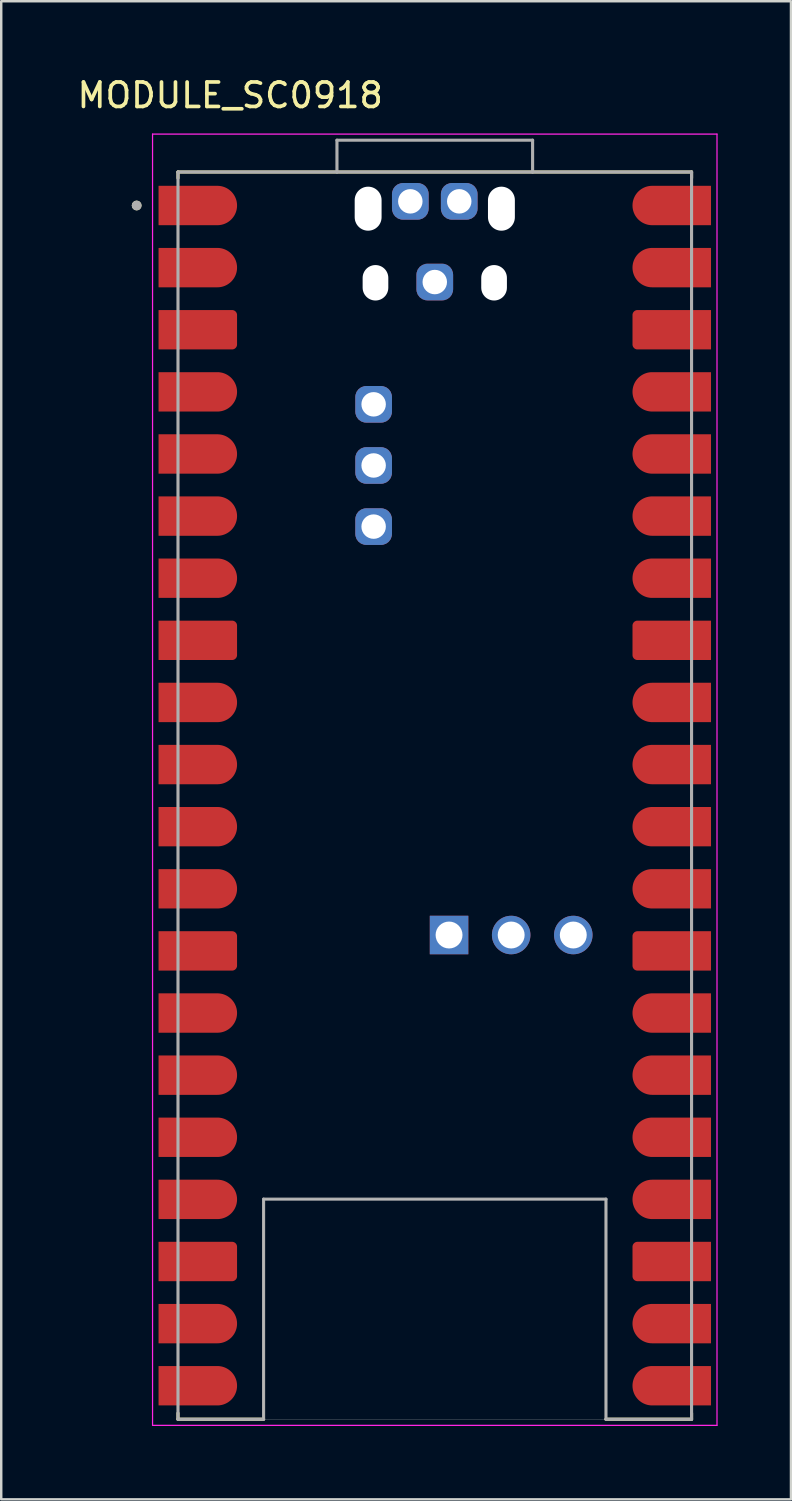
<source format=kicad_pcb>
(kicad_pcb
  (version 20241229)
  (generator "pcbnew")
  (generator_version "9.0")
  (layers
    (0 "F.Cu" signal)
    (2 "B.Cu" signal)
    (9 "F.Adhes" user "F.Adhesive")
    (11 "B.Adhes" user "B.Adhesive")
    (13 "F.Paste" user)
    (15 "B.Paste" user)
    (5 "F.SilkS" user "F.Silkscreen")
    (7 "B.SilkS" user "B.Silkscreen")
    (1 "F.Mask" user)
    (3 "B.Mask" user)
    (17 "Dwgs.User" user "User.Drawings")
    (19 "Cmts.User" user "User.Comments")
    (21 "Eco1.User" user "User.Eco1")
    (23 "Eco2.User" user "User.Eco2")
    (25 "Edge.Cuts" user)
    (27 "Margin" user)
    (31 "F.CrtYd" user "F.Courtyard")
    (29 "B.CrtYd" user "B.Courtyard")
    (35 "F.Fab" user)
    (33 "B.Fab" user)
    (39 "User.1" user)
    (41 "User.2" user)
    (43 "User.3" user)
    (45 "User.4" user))
  (footprint "MODULE_SC0918"
    (layer "F.Cu")
    (at 14.728 29.483)
    (property "Reference" "MODULE_SC0918" (at -8.365 -28.635 0) (layer "F.SilkS") (effects (font (size 1 1) (thickness 0.15))))
    (attr smd)
    (fp_poly (pts (xy -11.39 -23.23) (xy -11.39 -25.03) (xy -8.89 -25.03) (xy -8.843 -25.029) (xy -8.796 -25.025) (xy -8.749 -25.019) (xy -8.703 -25.01) (xy -8.657 -24.999) (xy -8.612 -24.986) (xy -8.567 -24.97) (xy -8.524 -24.952) (xy -8.481 -24.932) (xy -8.44 -24.909) (xy -8.4 -24.885) (xy -8.361 -24.858) (xy -8.324 -24.829) (xy -8.288 -24.799) (xy -8.254 -24.766) (xy -8.221 -24.732) (xy -8.191 -24.696) (xy -8.162 -24.659) (xy -8.135 -24.62) (xy -8.111 -24.58) (xy -8.088 -24.539) (xy -8.068 -24.496) (xy -8.05 -24.453) (xy -8.034 -24.408) (xy -8.021 -24.363) (xy -8.01 -24.317) (xy -8.001 -24.271) (xy -7.995 -24.224) (xy -7.991 -24.177) (xy -7.99 -24.13) (xy -7.991 -24.083) (xy -7.995 -24.036) (xy -8.001 -23.989) (xy -8.01 -23.943) (xy -8.021 -23.897) (xy -8.034 -23.852) (xy -8.05 -23.807) (xy -8.068 -23.764) (xy -8.088 -23.721) (xy -8.111 -23.68) (xy -8.135 -23.64) (xy -8.162 -23.601) (xy -8.191 -23.564) (xy -8.221 -23.528) (xy -8.254 -23.494) (xy -8.288 -23.461) (xy -8.324 -23.431) (xy -8.361 -23.402) (xy -8.4 -23.375) (xy -8.44 -23.351) (xy -8.481 -23.328) (xy -8.524 -23.308) (xy -8.567 -23.29) (xy -8.612 -23.274) (xy -8.657 -23.261) (xy -8.703 -23.25) (xy -8.749 -23.241) (xy -8.796 -23.235) (xy -8.843 -23.231) (xy -8.89 -23.23) (xy -11.39 -23.23)) (stroke (width 0.01) (type solid)) (fill yes) (layer "F.Mask"))
    (fp_poly (pts (xy -11.39 -20.69) (xy -11.39 -22.49) (xy -8.89 -22.49) (xy -8.843 -22.489) (xy -8.796 -22.485) (xy -8.749 -22.479) (xy -8.703 -22.47) (xy -8.657 -22.459) (xy -8.612 -22.446) (xy -8.567 -22.43) (xy -8.524 -22.412) (xy -8.481 -22.392) (xy -8.44 -22.369) (xy -8.4 -22.345) (xy -8.361 -22.318) (xy -8.324 -22.289) (xy -8.288 -22.259) (xy -8.254 -22.226) (xy -8.221 -22.192) (xy -8.191 -22.156) (xy -8.162 -22.119) (xy -8.135 -22.08) (xy -8.111 -22.04) (xy -8.088 -21.999) (xy -8.068 -21.956) (xy -8.05 -21.913) (xy -8.034 -21.868) (xy -8.021 -21.823) (xy -8.01 -21.777) (xy -8.001 -21.731) (xy -7.995 -21.684) (xy -7.991 -21.637) (xy -7.99 -21.59) (xy -7.991 -21.543) (xy -7.995 -21.496) (xy -8.001 -21.449) (xy -8.01 -21.403) (xy -8.021 -21.357) (xy -8.034 -21.312) (xy -8.05 -21.267) (xy -8.068 -21.224) (xy -8.088 -21.181) (xy -8.111 -21.14) (xy -8.135 -21.1) (xy -8.162 -21.061) (xy -8.191 -21.024) (xy -8.221 -20.988) (xy -8.254 -20.954) (xy -8.288 -20.921) (xy -8.324 -20.891) (xy -8.361 -20.862) (xy -8.4 -20.835) (xy -8.44 -20.811) (xy -8.481 -20.788) (xy -8.524 -20.768) (xy -8.567 -20.75) (xy -8.612 -20.734) (xy -8.657 -20.721) (xy -8.703 -20.71) (xy -8.749 -20.701) (xy -8.796 -20.695) (xy -8.843 -20.691) (xy -8.89 -20.69) (xy -11.39 -20.69)) (stroke (width 0.01) (type solid)) (fill yes) (layer "F.Mask"))
    (fp_poly (pts (xy -11.39 -15.61) (xy -11.39 -17.41) (xy -8.89 -17.41) (xy -8.843 -17.409) (xy -8.796 -17.405) (xy -8.749 -17.399) (xy -8.703 -17.39) (xy -8.657 -17.379) (xy -8.612 -17.366) (xy -8.567 -17.35) (xy -8.524 -17.332) (xy -8.481 -17.312) (xy -8.44 -17.289) (xy -8.4 -17.265) (xy -8.361 -17.238) (xy -8.324 -17.209) (xy -8.288 -17.179) (xy -8.254 -17.146) (xy -8.221 -17.112) (xy -8.191 -17.076) (xy -8.162 -17.039) (xy -8.135 -17) (xy -8.111 -16.96) (xy -8.088 -16.919) (xy -8.068 -16.876) (xy -8.05 -16.833) (xy -8.034 -16.788) (xy -8.021 -16.743) (xy -8.01 -16.697) (xy -8.001 -16.651) (xy -7.995 -16.604) (xy -7.991 -16.557) (xy -7.99 -16.51) (xy -7.991 -16.463) (xy -7.995 -16.416) (xy -8.001 -16.369) (xy -8.01 -16.323) (xy -8.021 -16.277) (xy -8.034 -16.232) (xy -8.05 -16.187) (xy -8.068 -16.144) (xy -8.088 -16.101) (xy -8.111 -16.06) (xy -8.135 -16.02) (xy -8.162 -15.981) (xy -8.191 -15.944) (xy -8.221 -15.908) (xy -8.254 -15.874) (xy -8.288 -15.841) (xy -8.324 -15.811) (xy -8.361 -15.782) (xy -8.4 -15.755) (xy -8.44 -15.731) (xy -8.481 -15.708) (xy -8.524 -15.688) (xy -8.567 -15.67) (xy -8.612 -15.654) (xy -8.657 -15.641) (xy -8.703 -15.63) (xy -8.749 -15.621) (xy -8.796 -15.615) (xy -8.843 -15.611) (xy -8.89 -15.61) (xy -11.39 -15.61)) (stroke (width 0.01) (type solid)) (fill yes) (layer "F.Mask"))
    (fp_poly (pts (xy -11.39 -13.07) (xy -11.39 -14.87) (xy -8.89 -14.87) (xy -8.843 -14.869) (xy -8.796 -14.865) (xy -8.749 -14.859) (xy -8.703 -14.85) (xy -8.657 -14.839) (xy -8.612 -14.826) (xy -8.567 -14.81) (xy -8.524 -14.792) (xy -8.481 -14.772) (xy -8.44 -14.749) (xy -8.4 -14.725) (xy -8.361 -14.698) (xy -8.324 -14.669) (xy -8.288 -14.639) (xy -8.254 -14.606) (xy -8.221 -14.572) (xy -8.191 -14.536) (xy -8.162 -14.499) (xy -8.135 -14.46) (xy -8.111 -14.42) (xy -8.088 -14.379) (xy -8.068 -14.336) (xy -8.05 -14.293) (xy -8.034 -14.248) (xy -8.021 -14.203) (xy -8.01 -14.157) (xy -8.001 -14.111) (xy -7.995 -14.064) (xy -7.991 -14.017) (xy -7.99 -13.97) (xy -7.991 -13.923) (xy -7.995 -13.876) (xy -8.001 -13.829) (xy -8.01 -13.783) (xy -8.021 -13.737) (xy -8.034 -13.692) (xy -8.05 -13.647) (xy -8.068 -13.604) (xy -8.088 -13.561) (xy -8.111 -13.52) (xy -8.135 -13.48) (xy -8.162 -13.441) (xy -8.191 -13.404) (xy -8.221 -13.368) (xy -8.254 -13.334) (xy -8.288 -13.301) (xy -8.324 -13.271) (xy -8.361 -13.242) (xy -8.4 -13.215) (xy -8.44 -13.191) (xy -8.481 -13.168) (xy -8.524 -13.148) (xy -8.567 -13.13) (xy -8.612 -13.114) (xy -8.657 -13.101) (xy -8.703 -13.09) (xy -8.749 -13.081) (xy -8.796 -13.075) (xy -8.843 -13.071) (xy -8.89 -13.07) (xy -11.39 -13.07)) (stroke (width 0.01) (type solid)) (fill yes) (layer "F.Mask"))
    (fp_poly (pts (xy -11.39 -10.53) (xy -11.39 -12.33) (xy -8.89 -12.33) (xy -8.843 -12.329) (xy -8.796 -12.325) (xy -8.749 -12.319) (xy -8.703 -12.31) (xy -8.657 -12.299) (xy -8.612 -12.286) (xy -8.567 -12.27) (xy -8.524 -12.252) (xy -8.481 -12.232) (xy -8.44 -12.209) (xy -8.4 -12.185) (xy -8.361 -12.158) (xy -8.324 -12.129) (xy -8.288 -12.099) (xy -8.254 -12.066) (xy -8.221 -12.032) (xy -8.191 -11.996) (xy -8.162 -11.959) (xy -8.135 -11.92) (xy -8.111 -11.88) (xy -8.088 -11.839) (xy -8.068 -11.796) (xy -8.05 -11.753) (xy -8.034 -11.708) (xy -8.021 -11.663) (xy -8.01 -11.617) (xy -8.001 -11.571) (xy -7.995 -11.524) (xy -7.991 -11.477) (xy -7.99 -11.43) (xy -7.991 -11.383) (xy -7.995 -11.336) (xy -8.001 -11.289) (xy -8.01 -11.243) (xy -8.021 -11.197) (xy -8.034 -11.152) (xy -8.05 -11.107) (xy -8.068 -11.064) (xy -8.088 -11.021) (xy -8.111 -10.98) (xy -8.135 -10.94) (xy -8.162 -10.901) (xy -8.191 -10.864) (xy -8.221 -10.828) (xy -8.254 -10.794) (xy -8.288 -10.761) (xy -8.324 -10.731) (xy -8.361 -10.702) (xy -8.4 -10.675) (xy -8.44 -10.651) (xy -8.481 -10.628) (xy -8.524 -10.608) (xy -8.567 -10.59) (xy -8.612 -10.574) (xy -8.657 -10.561) (xy -8.703 -10.55) (xy -8.749 -10.541) (xy -8.796 -10.535) (xy -8.843 -10.531) (xy -8.89 -10.53) (xy -11.39 -10.53)) (stroke (width 0.01) (type solid)) (fill yes) (layer "F.Mask"))
    (fp_poly (pts (xy -11.39 -7.99) (xy -11.39 -9.79) (xy -8.89 -9.79) (xy -8.843 -9.789) (xy -8.796 -9.785) (xy -8.749 -9.779) (xy -8.703 -9.77) (xy -8.657 -9.759) (xy -8.612 -9.746) (xy -8.567 -9.73) (xy -8.524 -9.712) (xy -8.481 -9.692) (xy -8.44 -9.669) (xy -8.4 -9.645) (xy -8.361 -9.618) (xy -8.324 -9.589) (xy -8.288 -9.559) (xy -8.254 -9.526) (xy -8.221 -9.492) (xy -8.191 -9.456) (xy -8.162 -9.419) (xy -8.135 -9.38) (xy -8.111 -9.34) (xy -8.088 -9.299) (xy -8.068 -9.256) (xy -8.05 -9.213) (xy -8.034 -9.168) (xy -8.021 -9.123) (xy -8.01 -9.077) (xy -8.001 -9.031) (xy -7.995 -8.984) (xy -7.991 -8.937) (xy -7.99 -8.89) (xy -7.991 -8.843) (xy -7.995 -8.796) (xy -8.001 -8.749) (xy -8.01 -8.703) (xy -8.021 -8.657) (xy -8.034 -8.612) (xy -8.05 -8.567) (xy -8.068 -8.524) (xy -8.088 -8.481) (xy -8.111 -8.44) (xy -8.135 -8.4) (xy -8.162 -8.361) (xy -8.191 -8.324) (xy -8.221 -8.288) (xy -8.254 -8.254) (xy -8.288 -8.221) (xy -8.324 -8.191) (xy -8.361 -8.162) (xy -8.4 -8.135) (xy -8.44 -8.111) (xy -8.481 -8.088) (xy -8.524 -8.068) (xy -8.567 -8.05) (xy -8.612 -8.034) (xy -8.657 -8.021) (xy -8.703 -8.01) (xy -8.749 -8.001) (xy -8.796 -7.995) (xy -8.843 -7.991) (xy -8.89 -7.99) (xy -11.39 -7.99)) (stroke (width 0.01) (type solid)) (fill yes) (layer "F.Mask"))
    (fp_poly (pts (xy -11.39 -2.91) (xy -11.39 -4.71) (xy -8.89 -4.71) (xy -8.843 -4.709) (xy -8.796 -4.705) (xy -8.749 -4.699) (xy -8.703 -4.69) (xy -8.657 -4.679) (xy -8.612 -4.666) (xy -8.567 -4.65) (xy -8.524 -4.632) (xy -8.481 -4.612) (xy -8.44 -4.589) (xy -8.4 -4.565) (xy -8.361 -4.538) (xy -8.324 -4.509) (xy -8.288 -4.479) (xy -8.254 -4.446) (xy -8.221 -4.412) (xy -8.191 -4.376) (xy -8.162 -4.339) (xy -8.135 -4.3) (xy -8.111 -4.26) (xy -8.088 -4.219) (xy -8.068 -4.176) (xy -8.05 -4.133) (xy -8.034 -4.088) (xy -8.021 -4.043) (xy -8.01 -3.997) (xy -8.001 -3.951) (xy -7.995 -3.904) (xy -7.991 -3.857) (xy -7.99 -3.81) (xy -7.991 -3.763) (xy -7.995 -3.716) (xy -8.001 -3.669) (xy -8.01 -3.623) (xy -8.021 -3.577) (xy -8.034 -3.532) (xy -8.05 -3.487) (xy -8.068 -3.444) (xy -8.088 -3.401) (xy -8.111 -3.36) (xy -8.135 -3.32) (xy -8.162 -3.281) (xy -8.191 -3.244) (xy -8.221 -3.208) (xy -8.254 -3.174) (xy -8.288 -3.141) (xy -8.324 -3.111) (xy -8.361 -3.082) (xy -8.4 -3.055) (xy -8.44 -3.031) (xy -8.481 -3.008) (xy -8.524 -2.988) (xy -8.567 -2.97) (xy -8.612 -2.954) (xy -8.657 -2.941) (xy -8.703 -2.93) (xy -8.749 -2.921) (xy -8.796 -2.915) (xy -8.843 -2.911) (xy -8.89 -2.91) (xy -11.39 -2.91)) (stroke (width 0.01) (type solid)) (fill yes) (layer "F.Mask"))
    (fp_poly (pts (xy -11.39 -0.37) (xy -11.39 -2.17) (xy -8.89 -2.17) (xy -8.843 -2.169) (xy -8.796 -2.165) (xy -8.749 -2.159) (xy -8.703 -2.15) (xy -8.657 -2.139) (xy -8.612 -2.126) (xy -8.567 -2.11) (xy -8.524 -2.092) (xy -8.481 -2.072) (xy -8.44 -2.049) (xy -8.4 -2.025) (xy -8.361 -1.998) (xy -8.324 -1.969) (xy -8.288 -1.939) (xy -8.254 -1.906) (xy -8.221 -1.872) (xy -8.191 -1.836) (xy -8.162 -1.799) (xy -8.135 -1.76) (xy -8.111 -1.72) (xy -8.088 -1.679) (xy -8.068 -1.636) (xy -8.05 -1.593) (xy -8.034 -1.548) (xy -8.021 -1.503) (xy -8.01 -1.457) (xy -8.001 -1.411) (xy -7.995 -1.364) (xy -7.991 -1.317) (xy -7.99 -1.27) (xy -7.991 -1.223) (xy -7.995 -1.176) (xy -8.001 -1.129) (xy -8.01 -1.083) (xy -8.021 -1.037) (xy -8.034 -0.992) (xy -8.05 -0.947) (xy -8.068 -0.904) (xy -8.088 -0.861) (xy -8.111 -0.82) (xy -8.135 -0.78) (xy -8.162 -0.741) (xy -8.191 -0.704) (xy -8.221 -0.668) (xy -8.254 -0.634) (xy -8.288 -0.601) (xy -8.324 -0.571) (xy -8.361 -0.542) (xy -8.4 -0.515) (xy -8.44 -0.491) (xy -8.481 -0.468) (xy -8.524 -0.448) (xy -8.567 -0.43) (xy -8.612 -0.414) (xy -8.657 -0.401) (xy -8.703 -0.39) (xy -8.749 -0.381) (xy -8.796 -0.375) (xy -8.843 -0.371) (xy -8.89 -0.37) (xy -11.39 -0.37)) (stroke (width 0.01) (type solid)) (fill yes) (layer "F.Mask"))
    (fp_poly (pts (xy -11.39 2.17) (xy -11.39 0.37) (xy -8.89 0.37) (xy -8.843 0.371) (xy -8.796 0.375) (xy -8.749 0.381) (xy -8.703 0.39) (xy -8.657 0.401) (xy -8.612 0.414) (xy -8.567 0.43) (xy -8.524 0.448) (xy -8.481 0.468) (xy -8.44 0.491) (xy -8.4 0.515) (xy -8.361 0.542) (xy -8.324 0.571) (xy -8.288 0.601) (xy -8.254 0.634) (xy -8.221 0.668) (xy -8.191 0.704) (xy -8.162 0.741) (xy -8.135 0.78) (xy -8.111 0.82) (xy -8.088 0.861) (xy -8.068 0.904) (xy -8.05 0.947) (xy -8.034 0.992) (xy -8.021 1.037) (xy -8.01 1.083) (xy -8.001 1.129) (xy -7.995 1.176) (xy -7.991 1.223) (xy -7.99 1.27) (xy -7.991 1.317) (xy -7.995 1.364) (xy -8.001 1.411) (xy -8.01 1.457) (xy -8.021 1.503) (xy -8.034 1.548) (xy -8.05 1.593) (xy -8.068 1.636) (xy -8.088 1.679) (xy -8.111 1.72) (xy -8.135 1.76) (xy -8.162 1.799) (xy -8.191 1.836) (xy -8.221 1.872) (xy -8.254 1.906) (xy -8.288 1.939) (xy -8.324 1.969) (xy -8.361 1.998) (xy -8.4 2.025) (xy -8.44 2.049) (xy -8.481 2.072) (xy -8.524 2.092) (xy -8.567 2.11) (xy -8.612 2.126) (xy -8.657 2.139) (xy -8.703 2.15) (xy -8.749 2.159) (xy -8.796 2.165) (xy -8.843 2.169) (xy -8.89 2.17) (xy -11.39 2.17)) (stroke (width 0.01) (type solid)) (fill yes) (layer "F.Mask"))
    (fp_poly (pts (xy -11.39 4.71) (xy -11.39 2.91) (xy -8.89 2.91) (xy -8.843 2.911) (xy -8.796 2.915) (xy -8.749 2.921) (xy -8.703 2.93) (xy -8.657 2.941) (xy -8.612 2.954) (xy -8.567 2.97) (xy -8.524 2.988) (xy -8.481 3.008) (xy -8.44 3.031) (xy -8.4 3.055) (xy -8.361 3.082) (xy -8.324 3.111) (xy -8.288 3.141) (xy -8.254 3.174) (xy -8.221 3.208) (xy -8.191 3.244) (xy -8.162 3.281) (xy -8.135 3.32) (xy -8.111 3.36) (xy -8.088 3.401) (xy -8.068 3.444) (xy -8.05 3.487) (xy -8.034 3.532) (xy -8.021 3.577) (xy -8.01 3.623) (xy -8.001 3.669) (xy -7.995 3.716) (xy -7.991 3.763) (xy -7.99 3.81) (xy -7.991 3.857) (xy -7.995 3.904) (xy -8.001 3.951) (xy -8.01 3.997) (xy -8.021 4.043) (xy -8.034 4.088) (xy -8.05 4.133) (xy -8.068 4.176) (xy -8.088 4.219) (xy -8.111 4.26) (xy -8.135 4.3) (xy -8.162 4.339) (xy -8.191 4.376) (xy -8.221 4.412) (xy -8.254 4.446) (xy -8.288 4.479) (xy -8.324 4.509) (xy -8.361 4.538) (xy -8.4 4.565) (xy -8.44 4.589) (xy -8.481 4.612) (xy -8.524 4.632) (xy -8.567 4.65) (xy -8.612 4.666) (xy -8.657 4.679) (xy -8.703 4.69) (xy -8.749 4.699) (xy -8.796 4.705) (xy -8.843 4.709) (xy -8.89 4.71) (xy -11.39 4.71)) (stroke (width 0.01) (type solid)) (fill yes) (layer "F.Mask"))
    (fp_poly (pts (xy -11.39 9.79) (xy -11.39 7.99) (xy -8.89 7.99) (xy -8.843 7.991) (xy -8.796 7.995) (xy -8.749 8.001) (xy -8.703 8.01) (xy -8.657 8.021) (xy -8.612 8.034) (xy -8.567 8.05) (xy -8.524 8.068) (xy -8.481 8.088) (xy -8.44 8.111) (xy -8.4 8.135) (xy -8.361 8.162) (xy -8.324 8.191) (xy -8.288 8.221) (xy -8.254 8.254) (xy -8.221 8.288) (xy -8.191 8.324) (xy -8.162 8.361) (xy -8.135 8.4) (xy -8.111 8.44) (xy -8.088 8.481) (xy -8.068 8.524) (xy -8.05 8.567) (xy -8.034 8.612) (xy -8.021 8.657) (xy -8.01 8.703) (xy -8.001 8.749) (xy -7.995 8.796) (xy -7.991 8.843) (xy -7.99 8.89) (xy -7.991 8.937) (xy -7.995 8.984) (xy -8.001 9.031) (xy -8.01 9.077) (xy -8.021 9.123) (xy -8.034 9.168) (xy -8.05 9.213) (xy -8.068 9.256) (xy -8.088 9.299) (xy -8.111 9.34) (xy -8.135 9.38) (xy -8.162 9.419) (xy -8.191 9.456) (xy -8.221 9.492) (xy -8.254 9.526) (xy -8.288 9.559) (xy -8.324 9.589) (xy -8.361 9.618) (xy -8.4 9.645) (xy -8.44 9.669) (xy -8.481 9.692) (xy -8.524 9.712) (xy -8.567 9.73) (xy -8.612 9.746) (xy -8.657 9.759) (xy -8.703 9.77) (xy -8.749 9.779) (xy -8.796 9.785) (xy -8.843 9.789) (xy -8.89 9.79) (xy -11.39 9.79)) (stroke (width 0.01) (type solid)) (fill yes) (layer "F.Mask"))
    (fp_poly (pts (xy -11.39 12.33) (xy -11.39 10.53) (xy -8.89 10.53) (xy -8.843 10.531) (xy -8.796 10.535) (xy -8.749 10.541) (xy -8.703 10.55) (xy -8.657 10.561) (xy -8.612 10.574) (xy -8.567 10.59) (xy -8.524 10.608) (xy -8.481 10.628) (xy -8.44 10.651) (xy -8.4 10.675) (xy -8.361 10.702) (xy -8.324 10.731) (xy -8.288 10.761) (xy -8.254 10.794) (xy -8.221 10.828) (xy -8.191 10.864) (xy -8.162 10.901) (xy -8.135 10.94) (xy -8.111 10.98) (xy -8.088 11.021) (xy -8.068 11.064) (xy -8.05 11.107) (xy -8.034 11.152) (xy -8.021 11.197) (xy -8.01 11.243) (xy -8.001 11.289) (xy -7.995 11.336) (xy -7.991 11.383) (xy -7.99 11.43) (xy -7.991 11.477) (xy -7.995 11.524) (xy -8.001 11.571) (xy -8.01 11.617) (xy -8.021 11.663) (xy -8.034 11.708) (xy -8.05 11.753) (xy -8.068 11.796) (xy -8.088 11.839) (xy -8.111 11.88) (xy -8.135 11.92) (xy -8.162 11.959) (xy -8.191 11.996) (xy -8.221 12.032) (xy -8.254 12.066) (xy -8.288 12.099) (xy -8.324 12.129) (xy -8.361 12.158) (xy -8.4 12.185) (xy -8.44 12.209) (xy -8.481 12.232) (xy -8.524 12.252) (xy -8.567 12.27) (xy -8.612 12.286) (xy -8.657 12.299) (xy -8.703 12.31) (xy -8.749 12.319) (xy -8.796 12.325) (xy -8.843 12.329) (xy -8.89 12.33) (xy -11.39 12.33)) (stroke (width 0.01) (type solid)) (fill yes) (layer "F.Mask"))
    (fp_poly (pts (xy -11.39 14.87) (xy -11.39 13.07) (xy -8.89 13.07) (xy -8.843 13.071) (xy -8.796 13.075) (xy -8.749 13.081) (xy -8.703 13.09) (xy -8.657 13.101) (xy -8.612 13.114) (xy -8.567 13.13) (xy -8.524 13.148) (xy -8.481 13.168) (xy -8.44 13.191) (xy -8.4 13.215) (xy -8.361 13.242) (xy -8.324 13.271) (xy -8.288 13.301) (xy -8.254 13.334) (xy -8.221 13.368) (xy -8.191 13.404) (xy -8.162 13.441) (xy -8.135 13.48) (xy -8.111 13.52) (xy -8.088 13.561) (xy -8.068 13.604) (xy -8.05 13.647) (xy -8.034 13.692) (xy -8.021 13.737) (xy -8.01 13.783) (xy -8.001 13.829) (xy -7.995 13.876) (xy -7.991 13.923) (xy -7.99 13.97) (xy -7.991 14.017) (xy -7.995 14.064) (xy -8.001 14.111) (xy -8.01 14.157) (xy -8.021 14.203) (xy -8.034 14.248) (xy -8.05 14.293) (xy -8.068 14.336) (xy -8.088 14.379) (xy -8.111 14.42) (xy -8.135 14.46) (xy -8.162 14.499) (xy -8.191 14.536) (xy -8.221 14.572) (xy -8.254 14.606) (xy -8.288 14.639) (xy -8.324 14.669) (xy -8.361 14.698) (xy -8.4 14.725) (xy -8.44 14.749) (xy -8.481 14.772) (xy -8.524 14.792) (xy -8.567 14.81) (xy -8.612 14.826) (xy -8.657 14.839) (xy -8.703 14.85) (xy -8.749 14.859) (xy -8.796 14.865) (xy -8.843 14.869) (xy -8.89 14.87) (xy -11.39 14.87)) (stroke (width 0.01) (type solid)) (fill yes) (layer "F.Mask"))
    (fp_poly (pts (xy -11.39 17.41) (xy -11.39 15.61) (xy -8.89 15.61) (xy -8.843 15.611) (xy -8.796 15.615) (xy -8.749 15.621) (xy -8.703 15.63) (xy -8.657 15.641) (xy -8.612 15.654) (xy -8.567 15.67) (xy -8.524 15.688) (xy -8.481 15.708) (xy -8.44 15.731) (xy -8.4 15.755) (xy -8.361 15.782) (xy -8.324 15.811) (xy -8.288 15.841) (xy -8.254 15.874) (xy -8.221 15.908) (xy -8.191 15.944) (xy -8.162 15.981) (xy -8.135 16.02) (xy -8.111 16.06) (xy -8.088 16.101) (xy -8.068 16.144) (xy -8.05 16.187) (xy -8.034 16.232) (xy -8.021 16.277) (xy -8.01 16.323) (xy -8.001 16.369) (xy -7.995 16.416) (xy -7.991 16.463) (xy -7.99 16.51) (xy -7.991 16.557) (xy -7.995 16.604) (xy -8.001 16.651) (xy -8.01 16.697) (xy -8.021 16.743) (xy -8.034 16.788) (xy -8.05 16.833) (xy -8.068 16.876) (xy -8.088 16.919) (xy -8.111 16.96) (xy -8.135 17) (xy -8.162 17.039) (xy -8.191 17.076) (xy -8.221 17.112) (xy -8.254 17.146) (xy -8.288 17.179) (xy -8.324 17.209) (xy -8.361 17.238) (xy -8.4 17.265) (xy -8.44 17.289) (xy -8.481 17.312) (xy -8.524 17.332) (xy -8.567 17.35) (xy -8.612 17.366) (xy -8.657 17.379) (xy -8.703 17.39) (xy -8.749 17.399) (xy -8.796 17.405) (xy -8.843 17.409) (xy -8.89 17.41) (xy -11.39 17.41)) (stroke (width 0.01) (type solid)) (fill yes) (layer "F.Mask"))
    (fp_poly (pts (xy -11.39 22.49) (xy -11.39 20.69) (xy -8.89 20.69) (xy -8.843 20.691) (xy -8.796 20.695) (xy -8.749 20.701) (xy -8.703 20.71) (xy -8.657 20.721) (xy -8.612 20.734) (xy -8.567 20.75) (xy -8.524 20.768) (xy -8.481 20.788) (xy -8.44 20.811) (xy -8.4 20.835) (xy -8.361 20.862) (xy -8.324 20.891) (xy -8.288 20.921) (xy -8.254 20.954) (xy -8.221 20.988) (xy -8.191 21.024) (xy -8.162 21.061) (xy -8.135 21.1) (xy -8.111 21.14) (xy -8.088 21.181) (xy -8.068 21.224) (xy -8.05 21.267) (xy -8.034 21.312) (xy -8.021 21.357) (xy -8.01 21.403) (xy -8.001 21.449) (xy -7.995 21.496) (xy -7.991 21.543) (xy -7.99 21.59) (xy -7.991 21.637) (xy -7.995 21.684) (xy -8.001 21.731) (xy -8.01 21.777) (xy -8.021 21.823) (xy -8.034 21.868) (xy -8.05 21.913) (xy -8.068 21.956) (xy -8.088 21.999) (xy -8.111 22.04) (xy -8.135 22.08) (xy -8.162 22.119) (xy -8.191 22.156) (xy -8.221 22.192) (xy -8.254 22.226) (xy -8.288 22.259) (xy -8.324 22.289) (xy -8.361 22.318) (xy -8.4 22.345) (xy -8.44 22.369) (xy -8.481 22.392) (xy -8.524 22.412) (xy -8.567 22.43) (xy -8.612 22.446) (xy -8.657 22.459) (xy -8.703 22.47) (xy -8.749 22.479) (xy -8.796 22.485) (xy -8.843 22.489) (xy -8.89 22.49) (xy -11.39 22.49)) (stroke (width 0.01) (type solid)) (fill yes) (layer "F.Mask"))
    (fp_poly (pts (xy -11.39 25.03) (xy -11.39 23.23) (xy -8.89 23.23) (xy -8.843 23.231) (xy -8.796 23.235) (xy -8.749 23.241) (xy -8.703 23.25) (xy -8.657 23.261) (xy -8.612 23.274) (xy -8.567 23.29) (xy -8.524 23.308) (xy -8.481 23.328) (xy -8.44 23.351) (xy -8.4 23.375) (xy -8.361 23.402) (xy -8.324 23.431) (xy -8.288 23.461) (xy -8.254 23.494) (xy -8.221 23.528) (xy -8.191 23.564) (xy -8.162 23.601) (xy -8.135 23.64) (xy -8.111 23.68) (xy -8.088 23.721) (xy -8.068 23.764) (xy -8.05 23.807) (xy -8.034 23.852) (xy -8.021 23.897) (xy -8.01 23.943) (xy -8.001 23.989) (xy -7.995 24.036) (xy -7.991 24.083) (xy -7.99 24.13) (xy -7.991 24.177) (xy -7.995 24.224) (xy -8.001 24.271) (xy -8.01 24.317) (xy -8.021 24.363) (xy -8.034 24.408) (xy -8.05 24.453) (xy -8.068 24.496) (xy -8.088 24.539) (xy -8.111 24.58) (xy -8.135 24.62) (xy -8.162 24.659) (xy -8.191 24.696) (xy -8.221 24.732) (xy -8.254 24.766) (xy -8.288 24.799) (xy -8.324 24.829) (xy -8.361 24.858) (xy -8.4 24.885) (xy -8.44 24.909) (xy -8.481 24.932) (xy -8.524 24.952) (xy -8.567 24.97) (xy -8.612 24.986) (xy -8.657 24.999) (xy -8.703 25.01) (xy -8.749 25.019) (xy -8.796 25.025) (xy -8.843 25.029) (xy -8.89 25.03) (xy -11.39 25.03)) (stroke (width 0.01) (type solid)) (fill yes) (layer "F.Mask"))
    (fp_poly (pts (xy 11.39 -23.23) (xy 11.39 -25.03) (xy 8.89 -25.03) (xy 8.843 -25.029) (xy 8.796 -25.025) (xy 8.749 -25.019) (xy 8.703 -25.01) (xy 8.657 -24.999) (xy 8.612 -24.986) (xy 8.567 -24.97) (xy 8.524 -24.952) (xy 8.481 -24.932) (xy 8.44 -24.909) (xy 8.4 -24.885) (xy 8.361 -24.858) (xy 8.324 -24.829) (xy 8.288 -24.799) (xy 8.254 -24.766) (xy 8.221 -24.732) (xy 8.191 -24.696) (xy 8.162 -24.659) (xy 8.135 -24.62) (xy 8.111 -24.58) (xy 8.088 -24.539) (xy 8.068 -24.496) (xy 8.05 -24.453) (xy 8.034 -24.408) (xy 8.021 -24.363) (xy 8.01 -24.317) (xy 8.001 -24.271) (xy 7.995 -24.224) (xy 7.991 -24.177) (xy 7.99 -24.13) (xy 7.991 -24.083) (xy 7.995 -24.036) (xy 8.001 -23.989) (xy 8.01 -23.943) (xy 8.021 -23.897) (xy 8.034 -23.852) (xy 8.05 -23.807) (xy 8.068 -23.764) (xy 8.088 -23.721) (xy 8.111 -23.68) (xy 8.135 -23.64) (xy 8.162 -23.601) (xy 8.191 -23.564) (xy 8.221 -23.528) (xy 8.254 -23.494) (xy 8.288 -23.461) (xy 8.324 -23.431) (xy 8.361 -23.402) (xy 8.4 -23.375) (xy 8.44 -23.351) (xy 8.481 -23.328) (xy 8.524 -23.308) (xy 8.567 -23.29) (xy 8.612 -23.274) (xy 8.657 -23.261) (xy 8.703 -23.25) (xy 8.749 -23.241) (xy 8.796 -23.235) (xy 8.843 -23.231) (xy 8.89 -23.23) (xy 11.39 -23.23)) (stroke (width 0.01) (type solid)) (fill yes) (layer "F.Mask"))
    (fp_poly (pts (xy 11.39 -20.69) (xy 11.39 -22.49) (xy 8.89 -22.49) (xy 8.843 -22.489) (xy 8.796 -22.485) (xy 8.749 -22.479) (xy 8.703 -22.47) (xy 8.657 -22.459) (xy 8.612 -22.446) (xy 8.567 -22.43) (xy 8.524 -22.412) (xy 8.481 -22.392) (xy 8.44 -22.369) (xy 8.4 -22.345) (xy 8.361 -22.318) (xy 8.324 -22.289) (xy 8.288 -22.259) (xy 8.254 -22.226) (xy 8.221 -22.192) (xy 8.191 -22.156) (xy 8.162 -22.119) (xy 8.135 -22.08) (xy 8.111 -22.04) (xy 8.088 -21.999) (xy 8.068 -21.956) (xy 8.05 -21.913) (xy 8.034 -21.868) (xy 8.021 -21.823) (xy 8.01 -21.777) (xy 8.001 -21.731) (xy 7.995 -21.684) (xy 7.991 -21.637) (xy 7.99 -21.59) (xy 7.991 -21.543) (xy 7.995 -21.496) (xy 8.001 -21.449) (xy 8.01 -21.403) (xy 8.021 -21.357) (xy 8.034 -21.312) (xy 8.05 -21.267) (xy 8.068 -21.224) (xy 8.088 -21.181) (xy 8.111 -21.14) (xy 8.135 -21.1) (xy 8.162 -21.061) (xy 8.191 -21.024) (xy 8.221 -20.988) (xy 8.254 -20.954) (xy 8.288 -20.921) (xy 8.324 -20.891) (xy 8.361 -20.862) (xy 8.4 -20.835) (xy 8.44 -20.811) (xy 8.481 -20.788) (xy 8.524 -20.768) (xy 8.567 -20.75) (xy 8.612 -20.734) (xy 8.657 -20.721) (xy 8.703 -20.71) (xy 8.749 -20.701) (xy 8.796 -20.695) (xy 8.843 -20.691) (xy 8.89 -20.69) (xy 11.39 -20.69)) (stroke (width 0.01) (type solid)) (fill yes) (layer "F.Mask"))
    (fp_poly (pts (xy 11.39 -15.61) (xy 11.39 -17.41) (xy 8.89 -17.41) (xy 8.843 -17.409) (xy 8.796 -17.405) (xy 8.749 -17.399) (xy 8.703 -17.39) (xy 8.657 -17.379) (xy 8.612 -17.366) (xy 8.567 -17.35) (xy 8.524 -17.332) (xy 8.481 -17.312) (xy 8.44 -17.289) (xy 8.4 -17.265) (xy 8.361 -17.238) (xy 8.324 -17.209) (xy 8.288 -17.179) (xy 8.254 -17.146) (xy 8.221 -17.112) (xy 8.191 -17.076) (xy 8.162 -17.039) (xy 8.135 -17) (xy 8.111 -16.96) (xy 8.088 -16.919) (xy 8.068 -16.876) (xy 8.05 -16.833) (xy 8.034 -16.788) (xy 8.021 -16.743) (xy 8.01 -16.697) (xy 8.001 -16.651) (xy 7.995 -16.604) (xy 7.991 -16.557) (xy 7.99 -16.51) (xy 7.991 -16.463) (xy 7.995 -16.416) (xy 8.001 -16.369) (xy 8.01 -16.323) (xy 8.021 -16.277) (xy 8.034 -16.232) (xy 8.05 -16.187) (xy 8.068 -16.144) (xy 8.088 -16.101) (xy 8.111 -16.06) (xy 8.135 -16.02) (xy 8.162 -15.981) (xy 8.191 -15.944) (xy 8.221 -15.908) (xy 8.254 -15.874) (xy 8.288 -15.841) (xy 8.324 -15.811) (xy 8.361 -15.782) (xy 8.4 -15.755) (xy 8.44 -15.731) (xy 8.481 -15.708) (xy 8.524 -15.688) (xy 8.567 -15.67) (xy 8.612 -15.654) (xy 8.657 -15.641) (xy 8.703 -15.63) (xy 8.749 -15.621) (xy 8.796 -15.615) (xy 8.843 -15.611) (xy 8.89 -15.61) (xy 11.39 -15.61)) (stroke (width 0.01) (type solid)) (fill yes) (layer "F.Mask"))
    (fp_poly (pts (xy 11.39 -13.07) (xy 11.39 -14.87) (xy 8.89 -14.87) (xy 8.843 -14.869) (xy 8.796 -14.865) (xy 8.749 -14.859) (xy 8.703 -14.85) (xy 8.657 -14.839) (xy 8.612 -14.826) (xy 8.567 -14.81) (xy 8.524 -14.792) (xy 8.481 -14.772) (xy 8.44 -14.749) (xy 8.4 -14.725) (xy 8.361 -14.698) (xy 8.324 -14.669) (xy 8.288 -14.639) (xy 8.254 -14.606) (xy 8.221 -14.572) (xy 8.191 -14.536) (xy 8.162 -14.499) (xy 8.135 -14.46) (xy 8.111 -14.42) (xy 8.088 -14.379) (xy 8.068 -14.336) (xy 8.05 -14.293) (xy 8.034 -14.248) (xy 8.021 -14.203) (xy 8.01 -14.157) (xy 8.001 -14.111) (xy 7.995 -14.064) (xy 7.991 -14.017) (xy 7.99 -13.97) (xy 7.991 -13.923) (xy 7.995 -13.876) (xy 8.001 -13.829) (xy 8.01 -13.783) (xy 8.021 -13.737) (xy 8.034 -13.692) (xy 8.05 -13.647) (xy 8.068 -13.604) (xy 8.088 -13.561) (xy 8.111 -13.52) (xy 8.135 -13.48) (xy 8.162 -13.441) (xy 8.191 -13.404) (xy 8.221 -13.368) (xy 8.254 -13.334) (xy 8.288 -13.301) (xy 8.324 -13.271) (xy 8.361 -13.242) (xy 8.4 -13.215) (xy 8.44 -13.191) (xy 8.481 -13.168) (xy 8.524 -13.148) (xy 8.567 -13.13) (xy 8.612 -13.114) (xy 8.657 -13.101) (xy 8.703 -13.09) (xy 8.749 -13.081) (xy 8.796 -13.075) (xy 8.843 -13.071) (xy 8.89 -13.07) (xy 11.39 -13.07)) (stroke (width 0.01) (type solid)) (fill yes) (layer "F.Mask"))
    (fp_poly (pts (xy 11.39 -10.53) (xy 11.39 -12.33) (xy 8.89 -12.33) (xy 8.843 -12.329) (xy 8.796 -12.325) (xy 8.749 -12.319) (xy 8.703 -12.31) (xy 8.657 -12.299) (xy 8.612 -12.286) (xy 8.567 -12.27) (xy 8.524 -12.252) (xy 8.481 -12.232) (xy 8.44 -12.209) (xy 8.4 -12.185) (xy 8.361 -12.158) (xy 8.324 -12.129) (xy 8.288 -12.099) (xy 8.254 -12.066) (xy 8.221 -12.032) (xy 8.191 -11.996) (xy 8.162 -11.959) (xy 8.135 -11.92) (xy 8.111 -11.88) (xy 8.088 -11.839) (xy 8.068 -11.796) (xy 8.05 -11.753) (xy 8.034 -11.708) (xy 8.021 -11.663) (xy 8.01 -11.617) (xy 8.001 -11.571) (xy 7.995 -11.524) (xy 7.991 -11.477) (xy 7.99 -11.43) (xy 7.991 -11.383) (xy 7.995 -11.336) (xy 8.001 -11.289) (xy 8.01 -11.243) (xy 8.021 -11.197) (xy 8.034 -11.152) (xy 8.05 -11.107) (xy 8.068 -11.064) (xy 8.088 -11.021) (xy 8.111 -10.98) (xy 8.135 -10.94) (xy 8.162 -10.901) (xy 8.191 -10.864) (xy 8.221 -10.828) (xy 8.254 -10.794) (xy 8.288 -10.761) (xy 8.324 -10.731) (xy 8.361 -10.702) (xy 8.4 -10.675) (xy 8.44 -10.651) (xy 8.481 -10.628) (xy 8.524 -10.608) (xy 8.567 -10.59) (xy 8.612 -10.574) (xy 8.657 -10.561) (xy 8.703 -10.55) (xy 8.749 -10.541) (xy 8.796 -10.535) (xy 8.843 -10.531) (xy 8.89 -10.53) (xy 11.39 -10.53)) (stroke (width 0.01) (type solid)) (fill yes) (layer "F.Mask"))
    (fp_poly (pts (xy 11.39 -7.99) (xy 11.39 -9.79) (xy 8.89 -9.79) (xy 8.843 -9.789) (xy 8.796 -9.785) (xy 8.749 -9.779) (xy 8.703 -9.77) (xy 8.657 -9.759) (xy 8.612 -9.746) (xy 8.567 -9.73) (xy 8.524 -9.712) (xy 8.481 -9.692) (xy 8.44 -9.669) (xy 8.4 -9.645) (xy 8.361 -9.618) (xy 8.324 -9.589) (xy 8.288 -9.559) (xy 8.254 -9.526) (xy 8.221 -9.492) (xy 8.191 -9.456) (xy 8.162 -9.419) (xy 8.135 -9.38) (xy 8.111 -9.34) (xy 8.088 -9.299) (xy 8.068 -9.256) (xy 8.05 -9.213) (xy 8.034 -9.168) (xy 8.021 -9.123) (xy 8.01 -9.077) (xy 8.001 -9.031) (xy 7.995 -8.984) (xy 7.991 -8.937) (xy 7.99 -8.89) (xy 7.991 -8.843) (xy 7.995 -8.796) (xy 8.001 -8.749) (xy 8.01 -8.703) (xy 8.021 -8.657) (xy 8.034 -8.612) (xy 8.05 -8.567) (xy 8.068 -8.524) (xy 8.088 -8.481) (xy 8.111 -8.44) (xy 8.135 -8.4) (xy 8.162 -8.361) (xy 8.191 -8.324) (xy 8.221 -8.288) (xy 8.254 -8.254) (xy 8.288 -8.221) (xy 8.324 -8.191) (xy 8.361 -8.162) (xy 8.4 -8.135) (xy 8.44 -8.111) (xy 8.481 -8.088) (xy 8.524 -8.068) (xy 8.567 -8.05) (xy 8.612 -8.034) (xy 8.657 -8.021) (xy 8.703 -8.01) (xy 8.749 -8.001) (xy 8.796 -7.995) (xy 8.843 -7.991) (xy 8.89 -7.99) (xy 11.39 -7.99)) (stroke (width 0.01) (type solid)) (fill yes) (layer "F.Mask"))
    (fp_poly (pts (xy 11.39 -2.91) (xy 11.39 -4.71) (xy 8.89 -4.71) (xy 8.843 -4.709) (xy 8.796 -4.705) (xy 8.749 -4.699) (xy 8.703 -4.69) (xy 8.657 -4.679) (xy 8.612 -4.666) (xy 8.567 -4.65) (xy 8.524 -4.632) (xy 8.481 -4.612) (xy 8.44 -4.589) (xy 8.4 -4.565) (xy 8.361 -4.538) (xy 8.324 -4.509) (xy 8.288 -4.479) (xy 8.254 -4.446) (xy 8.221 -4.412) (xy 8.191 -4.376) (xy 8.162 -4.339) (xy 8.135 -4.3) (xy 8.111 -4.26) (xy 8.088 -4.219) (xy 8.068 -4.176) (xy 8.05 -4.133) (xy 8.034 -4.088) (xy 8.021 -4.043) (xy 8.01 -3.997) (xy 8.001 -3.951) (xy 7.995 -3.904) (xy 7.991 -3.857) (xy 7.99 -3.81) (xy 7.991 -3.763) (xy 7.995 -3.716) (xy 8.001 -3.669) (xy 8.01 -3.623) (xy 8.021 -3.577) (xy 8.034 -3.532) (xy 8.05 -3.487) (xy 8.068 -3.444) (xy 8.088 -3.401) (xy 8.111 -3.36) (xy 8.135 -3.32) (xy 8.162 -3.281) (xy 8.191 -3.244) (xy 8.221 -3.208) (xy 8.254 -3.174) (xy 8.288 -3.141) (xy 8.324 -3.111) (xy 8.361 -3.082) (xy 8.4 -3.055) (xy 8.44 -3.031) (xy 8.481 -3.008) (xy 8.524 -2.988) (xy 8.567 -2.97) (xy 8.612 -2.954) (xy 8.657 -2.941) (xy 8.703 -2.93) (xy 8.749 -2.921) (xy 8.796 -2.915) (xy 8.843 -2.911) (xy 8.89 -2.91) (xy 11.39 -2.91)) (stroke (width 0.01) (type solid)) (fill yes) (layer "F.Mask"))
    (fp_poly (pts (xy 11.39 -0.37) (xy 11.39 -2.17) (xy 8.89 -2.17) (xy 8.843 -2.169) (xy 8.796 -2.165) (xy 8.749 -2.159) (xy 8.703 -2.15) (xy 8.657 -2.139) (xy 8.612 -2.126) (xy 8.567 -2.11) (xy 8.524 -2.092) (xy 8.481 -2.072) (xy 8.44 -2.049) (xy 8.4 -2.025) (xy 8.361 -1.998) (xy 8.324 -1.969) (xy 8.288 -1.939) (xy 8.254 -1.906) (xy 8.221 -1.872) (xy 8.191 -1.836) (xy 8.162 -1.799) (xy 8.135 -1.76) (xy 8.111 -1.72) (xy 8.088 -1.679) (xy 8.068 -1.636) (xy 8.05 -1.593) (xy 8.034 -1.548) (xy 8.021 -1.503) (xy 8.01 -1.457) (xy 8.001 -1.411) (xy 7.995 -1.364) (xy 7.991 -1.317) (xy 7.99 -1.27) (xy 7.991 -1.223) (xy 7.995 -1.176) (xy 8.001 -1.129) (xy 8.01 -1.083) (xy 8.021 -1.037) (xy 8.034 -0.992) (xy 8.05 -0.947) (xy 8.068 -0.904) (xy 8.088 -0.861) (xy 8.111 -0.82) (xy 8.135 -0.78) (xy 8.162 -0.741) (xy 8.191 -0.704) (xy 8.221 -0.668) (xy 8.254 -0.634) (xy 8.288 -0.601) (xy 8.324 -0.571) (xy 8.361 -0.542) (xy 8.4 -0.515) (xy 8.44 -0.491) (xy 8.481 -0.468) (xy 8.524 -0.448) (xy 8.567 -0.43) (xy 8.612 -0.414) (xy 8.657 -0.401) (xy 8.703 -0.39) (xy 8.749 -0.381) (xy 8.796 -0.375) (xy 8.843 -0.371) (xy 8.89 -0.37) (xy 11.39 -0.37)) (stroke (width 0.01) (type solid)) (fill yes) (layer "F.Mask"))
    (fp_poly (pts (xy 11.39 2.17) (xy 11.39 0.37) (xy 8.89 0.37) (xy 8.843 0.371) (xy 8.796 0.375) (xy 8.749 0.381) (xy 8.703 0.39) (xy 8.657 0.401) (xy 8.612 0.414) (xy 8.567 0.43) (xy 8.524 0.448) (xy 8.481 0.468) (xy 8.44 0.491) (xy 8.4 0.515) (xy 8.361 0.542) (xy 8.324 0.571) (xy 8.288 0.601) (xy 8.254 0.634) (xy 8.221 0.668) (xy 8.191 0.704) (xy 8.162 0.741) (xy 8.135 0.78) (xy 8.111 0.82) (xy 8.088 0.861) (xy 8.068 0.904) (xy 8.05 0.947) (xy 8.034 0.992) (xy 8.021 1.037) (xy 8.01 1.083) (xy 8.001 1.129) (xy 7.995 1.176) (xy 7.991 1.223) (xy 7.99 1.27) (xy 7.991 1.317) (xy 7.995 1.364) (xy 8.001 1.411) (xy 8.01 1.457) (xy 8.021 1.503) (xy 8.034 1.548) (xy 8.05 1.593) (xy 8.068 1.636) (xy 8.088 1.679) (xy 8.111 1.72) (xy 8.135 1.76) (xy 8.162 1.799) (xy 8.191 1.836) (xy 8.221 1.872) (xy 8.254 1.906) (xy 8.288 1.939) (xy 8.324 1.969) (xy 8.361 1.998) (xy 8.4 2.025) (xy 8.44 2.049) (xy 8.481 2.072) (xy 8.524 2.092) (xy 8.567 2.11) (xy 8.612 2.126) (xy 8.657 2.139) (xy 8.703 2.15) (xy 8.749 2.159) (xy 8.796 2.165) (xy 8.843 2.169) (xy 8.89 2.17) (xy 11.39 2.17)) (stroke (width 0.01) (type solid)) (fill yes) (layer "F.Mask"))
    (fp_poly (pts (xy 11.39 4.71) (xy 11.39 2.91) (xy 8.89 2.91) (xy 8.843 2.911) (xy 8.796 2.915) (xy 8.749 2.921) (xy 8.703 2.93) (xy 8.657 2.941) (xy 8.612 2.954) (xy 8.567 2.97) (xy 8.524 2.988) (xy 8.481 3.008) (xy 8.44 3.031) (xy 8.4 3.055) (xy 8.361 3.082) (xy 8.324 3.111) (xy 8.288 3.141) (xy 8.254 3.174) (xy 8.221 3.208) (xy 8.191 3.244) (xy 8.162 3.281) (xy 8.135 3.32) (xy 8.111 3.36) (xy 8.088 3.401) (xy 8.068 3.444) (xy 8.05 3.487) (xy 8.034 3.532) (xy 8.021 3.577) (xy 8.01 3.623) (xy 8.001 3.669) (xy 7.995 3.716) (xy 7.991 3.763) (xy 7.99 3.81) (xy 7.991 3.857) (xy 7.995 3.904) (xy 8.001 3.951) (xy 8.01 3.997) (xy 8.021 4.043) (xy 8.034 4.088) (xy 8.05 4.133) (xy 8.068 4.176) (xy 8.088 4.219) (xy 8.111 4.26) (xy 8.135 4.3) (xy 8.162 4.339) (xy 8.191 4.376) (xy 8.221 4.412) (xy 8.254 4.446) (xy 8.288 4.479) (xy 8.324 4.509) (xy 8.361 4.538) (xy 8.4 4.565) (xy 8.44 4.589) (xy 8.481 4.612) (xy 8.524 4.632) (xy 8.567 4.65) (xy 8.612 4.666) (xy 8.657 4.679) (xy 8.703 4.69) (xy 8.749 4.699) (xy 8.796 4.705) (xy 8.843 4.709) (xy 8.89 4.71) (xy 11.39 4.71)) (stroke (width 0.01) (type solid)) (fill yes) (layer "F.Mask"))
    (fp_poly (pts (xy 11.39 9.79) (xy 11.39 7.99) (xy 8.89 7.99) (xy 8.843 7.991) (xy 8.796 7.995) (xy 8.749 8.001) (xy 8.703 8.01) (xy 8.657 8.021) (xy 8.612 8.034) (xy 8.567 8.05) (xy 8.524 8.068) (xy 8.481 8.088) (xy 8.44 8.111) (xy 8.4 8.135) (xy 8.361 8.162) (xy 8.324 8.191) (xy 8.288 8.221) (xy 8.254 8.254) (xy 8.221 8.288) (xy 8.191 8.324) (xy 8.162 8.361) (xy 8.135 8.4) (xy 8.111 8.44) (xy 8.088 8.481) (xy 8.068 8.524) (xy 8.05 8.567) (xy 8.034 8.612) (xy 8.021 8.657) (xy 8.01 8.703) (xy 8.001 8.749) (xy 7.995 8.796) (xy 7.991 8.843) (xy 7.99 8.89) (xy 7.991 8.937) (xy 7.995 8.984) (xy 8.001 9.031) (xy 8.01 9.077) (xy 8.021 9.123) (xy 8.034 9.168) (xy 8.05 9.213) (xy 8.068 9.256) (xy 8.088 9.299) (xy 8.111 9.34) (xy 8.135 9.38) (xy 8.162 9.419) (xy 8.191 9.456) (xy 8.221 9.492) (xy 8.254 9.526) (xy 8.288 9.559) (xy 8.324 9.589) (xy 8.361 9.618) (xy 8.4 9.645) (xy 8.44 9.669) (xy 8.481 9.692) (xy 8.524 9.712) (xy 8.567 9.73) (xy 8.612 9.746) (xy 8.657 9.759) (xy 8.703 9.77) (xy 8.749 9.779) (xy 8.796 9.785) (xy 8.843 9.789) (xy 8.89 9.79) (xy 11.39 9.79)) (stroke (width 0.01) (type solid)) (fill yes) (layer "F.Mask"))
    (fp_poly (pts (xy 11.39 12.33) (xy 11.39 10.53) (xy 8.89 10.53) (xy 8.843 10.531) (xy 8.796 10.535) (xy 8.749 10.541) (xy 8.703 10.55) (xy 8.657 10.561) (xy 8.612 10.574) (xy 8.567 10.59) (xy 8.524 10.608) (xy 8.481 10.628) (xy 8.44 10.651) (xy 8.4 10.675) (xy 8.361 10.702) (xy 8.324 10.731) (xy 8.288 10.761) (xy 8.254 10.794) (xy 8.221 10.828) (xy 8.191 10.864) (xy 8.162 10.901) (xy 8.135 10.94) (xy 8.111 10.98) (xy 8.088 11.021) (xy 8.068 11.064) (xy 8.05 11.107) (xy 8.034 11.152) (xy 8.021 11.197) (xy 8.01 11.243) (xy 8.001 11.289) (xy 7.995 11.336) (xy 7.991 11.383) (xy 7.99 11.43) (xy 7.991 11.477) (xy 7.995 11.524) (xy 8.001 11.571) (xy 8.01 11.617) (xy 8.021 11.663) (xy 8.034 11.708) (xy 8.05 11.753) (xy 8.068 11.796) (xy 8.088 11.839) (xy 8.111 11.88) (xy 8.135 11.92) (xy 8.162 11.959) (xy 8.191 11.996) (xy 8.221 12.032) (xy 8.254 12.066) (xy 8.288 12.099) (xy 8.324 12.129) (xy 8.361 12.158) (xy 8.4 12.185) (xy 8.44 12.209) (xy 8.481 12.232) (xy 8.524 12.252) (xy 8.567 12.27) (xy 8.612 12.286) (xy 8.657 12.299) (xy 8.703 12.31) (xy 8.749 12.319) (xy 8.796 12.325) (xy 8.843 12.329) (xy 8.89 12.33) (xy 11.39 12.33)) (stroke (width 0.01) (type solid)) (fill yes) (layer "F.Mask"))
    (fp_poly (pts (xy 11.39 14.87) (xy 11.39 13.07) (xy 8.89 13.07) (xy 8.843 13.071) (xy 8.796 13.075) (xy 8.749 13.081) (xy 8.703 13.09) (xy 8.657 13.101) (xy 8.612 13.114) (xy 8.567 13.13) (xy 8.524 13.148) (xy 8.481 13.168) (xy 8.44 13.191) (xy 8.4 13.215) (xy 8.361 13.242) (xy 8.324 13.271) (xy 8.288 13.301) (xy 8.254 13.334) (xy 8.221 13.368) (xy 8.191 13.404) (xy 8.162 13.441) (xy 8.135 13.48) (xy 8.111 13.52) (xy 8.088 13.561) (xy 8.068 13.604) (xy 8.05 13.647) (xy 8.034 13.692) (xy 8.021 13.737) (xy 8.01 13.783) (xy 8.001 13.829) (xy 7.995 13.876) (xy 7.991 13.923) (xy 7.99 13.97) (xy 7.991 14.017) (xy 7.995 14.064) (xy 8.001 14.111) (xy 8.01 14.157) (xy 8.021 14.203) (xy 8.034 14.248) (xy 8.05 14.293) (xy 8.068 14.336) (xy 8.088 14.379) (xy 8.111 14.42) (xy 8.135 14.46) (xy 8.162 14.499) (xy 8.191 14.536) (xy 8.221 14.572) (xy 8.254 14.606) (xy 8.288 14.639) (xy 8.324 14.669) (xy 8.361 14.698) (xy 8.4 14.725) (xy 8.44 14.749) (xy 8.481 14.772) (xy 8.524 14.792) (xy 8.567 14.81) (xy 8.612 14.826) (xy 8.657 14.839) (xy 8.703 14.85) (xy 8.749 14.859) (xy 8.796 14.865) (xy 8.843 14.869) (xy 8.89 14.87) (xy 11.39 14.87)) (stroke (width 0.01) (type solid)) (fill yes) (layer "F.Mask"))
    (fp_poly (pts (xy 11.39 17.41) (xy 11.39 15.61) (xy 8.89 15.61) (xy 8.843 15.611) (xy 8.796 15.615) (xy 8.749 15.621) (xy 8.703 15.63) (xy 8.657 15.641) (xy 8.612 15.654) (xy 8.567 15.67) (xy 8.524 15.688) (xy 8.481 15.708) (xy 8.44 15.731) (xy 8.4 15.755) (xy 8.361 15.782) (xy 8.324 15.811) (xy 8.288 15.841) (xy 8.254 15.874) (xy 8.221 15.908) (xy 8.191 15.944) (xy 8.162 15.981) (xy 8.135 16.02) (xy 8.111 16.06) (xy 8.088 16.101) (xy 8.068 16.144) (xy 8.05 16.187) (xy 8.034 16.232) (xy 8.021 16.277) (xy 8.01 16.323) (xy 8.001 16.369) (xy 7.995 16.416) (xy 7.991 16.463) (xy 7.99 16.51) (xy 7.991 16.557) (xy 7.995 16.604) (xy 8.001 16.651) (xy 8.01 16.697) (xy 8.021 16.743) (xy 8.034 16.788) (xy 8.05 16.833) (xy 8.068 16.876) (xy 8.088 16.919) (xy 8.111 16.96) (xy 8.135 17) (xy 8.162 17.039) (xy 8.191 17.076) (xy 8.221 17.112) (xy 8.254 17.146) (xy 8.288 17.179) (xy 8.324 17.209) (xy 8.361 17.238) (xy 8.4 17.265) (xy 8.44 17.289) (xy 8.481 17.312) (xy 8.524 17.332) (xy 8.567 17.35) (xy 8.612 17.366) (xy 8.657 17.379) (xy 8.703 17.39) (xy 8.749 17.399) (xy 8.796 17.405) (xy 8.843 17.409) (xy 8.89 17.41) (xy 11.39 17.41)) (stroke (width 0.01) (type solid)) (fill yes) (layer "F.Mask"))
    (fp_poly (pts (xy 11.39 22.49) (xy 11.39 20.69) (xy 8.89 20.69) (xy 8.843 20.691) (xy 8.796 20.695) (xy 8.749 20.701) (xy 8.703 20.71) (xy 8.657 20.721) (xy 8.612 20.734) (xy 8.567 20.75) (xy 8.524 20.768) (xy 8.481 20.788) (xy 8.44 20.811) (xy 8.4 20.835) (xy 8.361 20.862) (xy 8.324 20.891) (xy 8.288 20.921) (xy 8.254 20.954) (xy 8.221 20.988) (xy 8.191 21.024) (xy 8.162 21.061) (xy 8.135 21.1) (xy 8.111 21.14) (xy 8.088 21.181) (xy 8.068 21.224) (xy 8.05 21.267) (xy 8.034 21.312) (xy 8.021 21.357) (xy 8.01 21.403) (xy 8.001 21.449) (xy 7.995 21.496) (xy 7.991 21.543) (xy 7.99 21.59) (xy 7.991 21.637) (xy 7.995 21.684) (xy 8.001 21.731) (xy 8.01 21.777) (xy 8.021 21.823) (xy 8.034 21.868) (xy 8.05 21.913) (xy 8.068 21.956) (xy 8.088 21.999) (xy 8.111 22.04) (xy 8.135 22.08) (xy 8.162 22.119) (xy 8.191 22.156) (xy 8.221 22.192) (xy 8.254 22.226) (xy 8.288 22.259) (xy 8.324 22.289) (xy 8.361 22.318) (xy 8.4 22.345) (xy 8.44 22.369) (xy 8.481 22.392) (xy 8.524 22.412) (xy 8.567 22.43) (xy 8.612 22.446) (xy 8.657 22.459) (xy 8.703 22.47) (xy 8.749 22.479) (xy 8.796 22.485) (xy 8.843 22.489) (xy 8.89 22.49) (xy 11.39 22.49)) (stroke (width 0.01) (type solid)) (fill yes) (layer "F.Mask"))
    (fp_poly (pts (xy 11.39 25.03) (xy 11.39 23.23) (xy 8.89 23.23) (xy 8.843 23.231) (xy 8.796 23.235) (xy 8.749 23.241) (xy 8.703 23.25) (xy 8.657 23.261) (xy 8.612 23.274) (xy 8.567 23.29) (xy 8.524 23.308) (xy 8.481 23.328) (xy 8.44 23.351) (xy 8.4 23.375) (xy 8.361 23.402) (xy 8.324 23.431) (xy 8.288 23.461) (xy 8.254 23.494) (xy 8.221 23.528) (xy 8.191 23.564) (xy 8.162 23.601) (xy 8.135 23.64) (xy 8.111 23.68) (xy 8.088 23.721) (xy 8.068 23.764) (xy 8.05 23.807) (xy 8.034 23.852) (xy 8.021 23.897) (xy 8.01 23.943) (xy 8.001 23.989) (xy 7.995 24.036) (xy 7.991 24.083) (xy 7.99 24.13) (xy 7.991 24.177) (xy 7.995 24.224) (xy 8.001 24.271) (xy 8.01 24.317) (xy 8.021 24.363) (xy 8.034 24.408) (xy 8.05 24.453) (xy 8.068 24.496) (xy 8.088 24.539) (xy 8.111 24.58) (xy 8.135 24.62) (xy 8.162 24.659) (xy 8.191 24.696) (xy 8.221 24.732) (xy 8.254 24.766) (xy 8.288 24.799) (xy 8.324 24.829) (xy 8.361 24.858) (xy 8.4 24.885) (xy 8.44 24.909) (xy 8.481 24.932) (xy 8.524 24.952) (xy 8.567 24.97) (xy 8.612 24.986) (xy 8.657 24.999) (xy 8.703 25.01) (xy 8.749 25.019) (xy 8.796 25.025) (xy 8.843 25.029) (xy 8.89 25.03) (xy 11.39 25.03)) (stroke (width 0.01) (type solid)) (fill yes) (layer "F.Mask"))
    (fp_poly (pts (xy -11.39 -18.15) (xy -11.39 -19.95) (xy -8.29 -19.95) (xy -8.274 -19.95) (xy -8.259 -19.948) (xy -8.243 -19.946) (xy -8.228 -19.943) (xy -8.212 -19.94) (xy -8.197 -19.935) (xy -8.182 -19.93) (xy -8.168 -19.924) (xy -8.154 -19.917) (xy -8.14 -19.91) (xy -8.127 -19.902) (xy -8.114 -19.893) (xy -8.101 -19.883) (xy -8.089 -19.873) (xy -8.078 -19.862) (xy -8.067 -19.851) (xy -8.057 -19.839) (xy -8.047 -19.826) (xy -8.038 -19.813) (xy -8.03 -19.8) (xy -8.023 -19.786) (xy -8.016 -19.772) (xy -8.01 -19.758) (xy -8.005 -19.743) (xy -8 -19.728) (xy -7.997 -19.712) (xy -7.994 -19.697) (xy -7.992 -19.681) (xy -7.99 -19.666) (xy -7.99 -19.65) (xy -7.99 -18.45) (xy -7.99 -18.434) (xy -7.992 -18.419) (xy -7.994 -18.403) (xy -7.997 -18.388) (xy -8 -18.372) (xy -8.005 -18.357) (xy -8.01 -18.342) (xy -8.016 -18.328) (xy -8.023 -18.314) (xy -8.03 -18.3) (xy -8.038 -18.287) (xy -8.047 -18.274) (xy -8.057 -18.261) (xy -8.067 -18.249) (xy -8.078 -18.238) (xy -8.089 -18.227) (xy -8.101 -18.217) (xy -8.114 -18.207) (xy -8.127 -18.198) (xy -8.14 -18.19) (xy -8.154 -18.183) (xy -8.168 -18.176) (xy -8.182 -18.17) (xy -8.197 -18.165) (xy -8.212 -18.16) (xy -8.228 -18.157) (xy -8.243 -18.154) (xy -8.259 -18.152) (xy -8.274 -18.15) (xy -8.29 -18.15) (xy -11.39 -18.15)) (stroke (width 0.01) (type solid)) (fill yes) (layer "F.Mask"))
    (fp_poly (pts (xy -11.39 -5.45) (xy -11.39 -7.25) (xy -8.29 -7.25) (xy -8.274 -7.25) (xy -8.259 -7.248) (xy -8.243 -7.246) (xy -8.228 -7.243) (xy -8.212 -7.24) (xy -8.197 -7.235) (xy -8.182 -7.23) (xy -8.168 -7.224) (xy -8.154 -7.217) (xy -8.14 -7.21) (xy -8.127 -7.202) (xy -8.114 -7.193) (xy -8.101 -7.183) (xy -8.089 -7.173) (xy -8.078 -7.162) (xy -8.067 -7.151) (xy -8.057 -7.139) (xy -8.047 -7.126) (xy -8.038 -7.113) (xy -8.03 -7.1) (xy -8.023 -7.086) (xy -8.016 -7.072) (xy -8.01 -7.058) (xy -8.005 -7.043) (xy -8 -7.028) (xy -7.997 -7.012) (xy -7.994 -6.997) (xy -7.992 -6.981) (xy -7.99 -6.966) (xy -7.99 -6.95) (xy -7.99 -5.75) (xy -7.99 -5.734) (xy -7.992 -5.719) (xy -7.994 -5.703) (xy -7.997 -5.688) (xy -8 -5.672) (xy -8.005 -5.657) (xy -8.01 -5.642) (xy -8.016 -5.628) (xy -8.023 -5.614) (xy -8.03 -5.6) (xy -8.038 -5.587) (xy -8.047 -5.574) (xy -8.057 -5.561) (xy -8.067 -5.549) (xy -8.078 -5.538) (xy -8.089 -5.527) (xy -8.101 -5.517) (xy -8.114 -5.507) (xy -8.127 -5.498) (xy -8.14 -5.49) (xy -8.154 -5.483) (xy -8.168 -5.476) (xy -8.182 -5.47) (xy -8.197 -5.465) (xy -8.212 -5.46) (xy -8.228 -5.457) (xy -8.243 -5.454) (xy -8.259 -5.452) (xy -8.274 -5.45) (xy -8.29 -5.45) (xy -11.39 -5.45)) (stroke (width 0.01) (type solid)) (fill yes) (layer "F.Mask"))
    (fp_poly (pts (xy -11.39 7.25) (xy -11.39 5.45) (xy -8.29 5.45) (xy -8.274 5.45) (xy -8.259 5.452) (xy -8.243 5.454) (xy -8.228 5.457) (xy -8.212 5.46) (xy -8.197 5.465) (xy -8.182 5.47) (xy -8.168 5.476) (xy -8.154 5.483) (xy -8.14 5.49) (xy -8.127 5.498) (xy -8.114 5.507) (xy -8.101 5.517) (xy -8.089 5.527) (xy -8.078 5.538) (xy -8.067 5.549) (xy -8.057 5.561) (xy -8.047 5.574) (xy -8.038 5.587) (xy -8.03 5.6) (xy -8.023 5.614) (xy -8.016 5.628) (xy -8.01 5.642) (xy -8.005 5.657) (xy -8 5.672) (xy -7.997 5.688) (xy -7.994 5.703) (xy -7.992 5.719) (xy -7.99 5.734) (xy -7.99 5.75) (xy -7.99 6.95) (xy -7.99 6.966) (xy -7.992 6.981) (xy -7.994 6.997) (xy -7.997 7.012) (xy -8 7.028) (xy -8.005 7.043) (xy -8.01 7.058) (xy -8.016 7.072) (xy -8.023 7.086) (xy -8.03 7.1) (xy -8.038 7.113) (xy -8.047 7.126) (xy -8.057 7.139) (xy -8.067 7.151) (xy -8.078 7.162) (xy -8.089 7.173) (xy -8.101 7.183) (xy -8.114 7.193) (xy -8.127 7.202) (xy -8.14 7.21) (xy -8.154 7.217) (xy -8.168 7.224) (xy -8.182 7.23) (xy -8.197 7.235) (xy -8.212 7.24) (xy -8.228 7.243) (xy -8.243 7.246) (xy -8.259 7.248) (xy -8.274 7.25) (xy -8.29 7.25) (xy -11.39 7.25)) (stroke (width 0.01) (type solid)) (fill yes) (layer "F.Mask"))
    (fp_poly (pts (xy -11.39 19.95) (xy -11.39 18.15) (xy -8.29 18.15) (xy -8.274 18.15) (xy -8.259 18.152) (xy -8.243 18.154) (xy -8.228 18.157) (xy -8.212 18.16) (xy -8.197 18.165) (xy -8.182 18.17) (xy -8.168 18.176) (xy -8.154 18.183) (xy -8.14 18.19) (xy -8.127 18.198) (xy -8.114 18.207) (xy -8.101 18.217) (xy -8.089 18.227) (xy -8.078 18.238) (xy -8.067 18.249) (xy -8.057 18.261) (xy -8.047 18.274) (xy -8.038 18.287) (xy -8.03 18.3) (xy -8.023 18.314) (xy -8.016 18.328) (xy -8.01 18.342) (xy -8.005 18.357) (xy -8 18.372) (xy -7.997 18.388) (xy -7.994 18.403) (xy -7.992 18.419) (xy -7.99 18.434) (xy -7.99 18.45) (xy -7.99 19.65) (xy -7.99 19.666) (xy -7.992 19.681) (xy -7.994 19.697) (xy -7.997 19.712) (xy -8 19.728) (xy -8.005 19.743) (xy -8.01 19.758) (xy -8.016 19.772) (xy -8.023 19.786) (xy -8.03 19.8) (xy -8.038 19.813) (xy -8.047 19.826) (xy -8.057 19.839) (xy -8.067 19.851) (xy -8.078 19.862) (xy -8.089 19.873) (xy -8.101 19.883) (xy -8.114 19.893) (xy -8.127 19.902) (xy -8.14 19.91) (xy -8.154 19.917) (xy -8.168 19.924) (xy -8.182 19.93) (xy -8.197 19.935) (xy -8.212 19.94) (xy -8.228 19.943) (xy -8.243 19.946) (xy -8.259 19.948) (xy -8.274 19.95) (xy -8.29 19.95) (xy -11.39 19.95)) (stroke (width 0.01) (type solid)) (fill yes) (layer "F.Mask"))
    (fp_poly (pts (xy 11.39 -18.15) (xy 11.39 -19.95) (xy 8.29 -19.95) (xy 8.274 -19.95) (xy 8.259 -19.948) (xy 8.243 -19.946) (xy 8.228 -19.943) (xy 8.212 -19.94) (xy 8.197 -19.935) (xy 8.182 -19.93) (xy 8.168 -19.924) (xy 8.154 -19.917) (xy 8.14 -19.91) (xy 8.127 -19.902) (xy 8.114 -19.893) (xy 8.101 -19.883) (xy 8.089 -19.873) (xy 8.078 -19.862) (xy 8.067 -19.851) (xy 8.057 -19.839) (xy 8.047 -19.826) (xy 8.038 -19.813) (xy 8.03 -19.8) (xy 8.023 -19.786) (xy 8.016 -19.772) (xy 8.01 -19.758) (xy 8.005 -19.743) (xy 8 -19.728) (xy 7.997 -19.712) (xy 7.994 -19.697) (xy 7.992 -19.681) (xy 7.99 -19.666) (xy 7.99 -19.65) (xy 7.99 -18.45) (xy 7.99 -18.434) (xy 7.992 -18.419) (xy 7.994 -18.403) (xy 7.997 -18.388) (xy 8 -18.372) (xy 8.005 -18.357) (xy 8.01 -18.342) (xy 8.016 -18.328) (xy 8.023 -18.314) (xy 8.03 -18.3) (xy 8.038 -18.287) (xy 8.047 -18.274) (xy 8.057 -18.261) (xy 8.067 -18.249) (xy 8.078 -18.238) (xy 8.089 -18.227) (xy 8.101 -18.217) (xy 8.114 -18.207) (xy 8.127 -18.198) (xy 8.14 -18.19) (xy 8.154 -18.183) (xy 8.168 -18.176) (xy 8.182 -18.17) (xy 8.197 -18.165) (xy 8.212 -18.16) (xy 8.228 -18.157) (xy 8.243 -18.154) (xy 8.259 -18.152) (xy 8.274 -18.15) (xy 8.29 -18.15) (xy 11.39 -18.15)) (stroke (width 0.01) (type solid)) (fill yes) (layer "F.Mask"))
    (fp_poly (pts (xy 11.39 -5.45) (xy 11.39 -7.25) (xy 8.29 -7.25) (xy 8.274 -7.25) (xy 8.259 -7.248) (xy 8.243 -7.246) (xy 8.228 -7.243) (xy 8.212 -7.24) (xy 8.197 -7.235) (xy 8.182 -7.23) (xy 8.168 -7.224) (xy 8.154 -7.217) (xy 8.14 -7.21) (xy 8.127 -7.202) (xy 8.114 -7.193) (xy 8.101 -7.183) (xy 8.089 -7.173) (xy 8.078 -7.162) (xy 8.067 -7.151) (xy 8.057 -7.139) (xy 8.047 -7.126) (xy 8.038 -7.113) (xy 8.03 -7.1) (xy 8.023 -7.086) (xy 8.016 -7.072) (xy 8.01 -7.058) (xy 8.005 -7.043) (xy 8 -7.028) (xy 7.997 -7.012) (xy 7.994 -6.997) (xy 7.992 -6.981) (xy 7.99 -6.966) (xy 7.99 -6.95) (xy 7.99 -5.75) (xy 7.99 -5.734) (xy 7.992 -5.719) (xy 7.994 -5.703) (xy 7.997 -5.688) (xy 8 -5.672) (xy 8.005 -5.657) (xy 8.01 -5.642) (xy 8.016 -5.628) (xy 8.023 -5.614) (xy 8.03 -5.6) (xy 8.038 -5.587) (xy 8.047 -5.574) (xy 8.057 -5.561) (xy 8.067 -5.549) (xy 8.078 -5.538) (xy 8.089 -5.527) (xy 8.101 -5.517) (xy 8.114 -5.507) (xy 8.127 -5.498) (xy 8.14 -5.49) (xy 8.154 -5.483) (xy 8.168 -5.476) (xy 8.182 -5.47) (xy 8.197 -5.465) (xy 8.212 -5.46) (xy 8.228 -5.457) (xy 8.243 -5.454) (xy 8.259 -5.452) (xy 8.274 -5.45) (xy 8.29 -5.45) (xy 11.39 -5.45)) (stroke (width 0.01) (type solid)) (fill yes) (layer "F.Mask"))
    (fp_poly (pts (xy 11.39 7.25) (xy 11.39 5.45) (xy 8.29 5.45) (xy 8.274 5.45) (xy 8.259 5.452) (xy 8.243 5.454) (xy 8.228 5.457) (xy 8.212 5.46) (xy 8.197 5.465) (xy 8.182 5.47) (xy 8.168 5.476) (xy 8.154 5.483) (xy 8.14 5.49) (xy 8.127 5.498) (xy 8.114 5.507) (xy 8.101 5.517) (xy 8.089 5.527) (xy 8.078 5.538) (xy 8.067 5.549) (xy 8.057 5.561) (xy 8.047 5.574) (xy 8.038 5.587) (xy 8.03 5.6) (xy 8.023 5.614) (xy 8.016 5.628) (xy 8.01 5.642) (xy 8.005 5.657) (xy 8 5.672) (xy 7.997 5.688) (xy 7.994 5.703) (xy 7.992 5.719) (xy 7.99 5.734) (xy 7.99 5.75) (xy 7.99 6.95) (xy 7.99 6.966) (xy 7.992 6.981) (xy 7.994 6.997) (xy 7.997 7.012) (xy 8 7.028) (xy 8.005 7.043) (xy 8.01 7.058) (xy 8.016 7.072) (xy 8.023 7.086) (xy 8.03 7.1) (xy 8.038 7.113) (xy 8.047 7.126) (xy 8.057 7.139) (xy 8.067 7.151) (xy 8.078 7.162) (xy 8.089 7.173) (xy 8.101 7.183) (xy 8.114 7.193) (xy 8.127 7.202) (xy 8.14 7.21) (xy 8.154 7.217) (xy 8.168 7.224) (xy 8.182 7.23) (xy 8.197 7.235) (xy 8.212 7.24) (xy 8.228 7.243) (xy 8.243 7.246) (xy 8.259 7.248) (xy 8.274 7.25) (xy 8.29 7.25) (xy 11.39 7.25)) (stroke (width 0.01) (type solid)) (fill yes) (layer "F.Mask"))
    (fp_poly (pts (xy 11.39 19.95) (xy 11.39 18.15) (xy 8.29 18.15) (xy 8.274 18.15) (xy 8.259 18.152) (xy 8.243 18.154) (xy 8.228 18.157) (xy 8.212 18.16) (xy 8.197 18.165) (xy 8.182 18.17) (xy 8.168 18.176) (xy 8.154 18.183) (xy 8.14 18.19) (xy 8.127 18.198) (xy 8.114 18.207) (xy 8.101 18.217) (xy 8.089 18.227) (xy 8.078 18.238) (xy 8.067 18.249) (xy 8.057 18.261) (xy 8.047 18.274) (xy 8.038 18.287) (xy 8.03 18.3) (xy 8.023 18.314) (xy 8.016 18.328) (xy 8.01 18.342) (xy 8.005 18.357) (xy 8 18.372) (xy 7.997 18.388) (xy 7.994 18.403) (xy 7.992 18.419) (xy 7.99 18.434) (xy 7.99 18.45) (xy 7.99 19.65) (xy 7.99 19.666) (xy 7.992 19.681) (xy 7.994 19.697) (xy 7.997 19.712) (xy 8 19.728) (xy 8.005 19.743) (xy 8.01 19.758) (xy 8.016 19.772) (xy 8.023 19.786) (xy 8.03 19.8) (xy 8.038 19.813) (xy 8.047 19.826) (xy 8.057 19.839) (xy 8.067 19.851) (xy 8.078 19.862) (xy 8.089 19.873) (xy 8.101 19.883) (xy 8.114 19.893) (xy 8.127 19.902) (xy 8.14 19.91) (xy 8.154 19.917) (xy 8.168 19.924) (xy 8.182 19.93) (xy 8.197 19.935) (xy 8.212 19.94) (xy 8.228 19.943) (xy 8.243 19.946) (xy 8.259 19.948) (xy 8.274 19.95) (xy 8.29 19.95) (xy 11.39 19.95)) (stroke (width 0.01) (type solid)) (fill yes) (layer "F.Mask"))
    (fp_line (start -10.5 -25.5) (end 10.5 -25.5) (stroke (width 0.127) (type solid)) (layer "F.SilkS"))
    (fp_line (start -10.5 -25.25) (end -10.5 -25.5) (stroke (width 0.127) (type solid)) (layer "F.SilkS"))
    (fp_line (start -10.5 25.5) (end -10.5 25.25) (stroke (width 0.127) (type solid)) (layer "F.SilkS"))
    (fp_line (start -7 25.5) (end -10.5 25.5) (stroke (width 0.127) (type solid)) (layer "F.SilkS"))
    (fp_line (start 10.5 -25.5) (end 10.5 -25.25) (stroke (width 0.127) (type solid)) (layer "F.SilkS"))
    (fp_line (start 10.5 25.5) (end 7 25.5) (stroke (width 0.127) (type solid)) (layer "F.SilkS"))
    (fp_line (start 10.5 25.5) (end 10.5 25.25) (stroke (width 0.127) (type solid)) (layer "F.SilkS"))
    (fp_circle (center -12.19 -24.13) (end -12.09 -24.13) (stroke (width 0.2) (type solid)) (fill no) (layer "F.SilkS"))
    (fp_poly (pts (xy -11.29 -23.33) (xy -11.29 -24.93) (xy -8.89 -24.93) (xy -8.848 -24.929) (xy -8.806 -24.926) (xy -8.765 -24.92) (xy -8.724 -24.913) (xy -8.683 -24.903) (xy -8.643 -24.891) (xy -8.603 -24.877) (xy -8.565 -24.861) (xy -8.527 -24.843) (xy -8.49 -24.823) (xy -8.454 -24.801) (xy -8.42 -24.777) (xy -8.387 -24.752) (xy -8.355 -24.725) (xy -8.324 -24.696) (xy -8.295 -24.665) (xy -8.268 -24.633) (xy -8.243 -24.6) (xy -8.219 -24.566) (xy -8.197 -24.53) (xy -8.177 -24.493) (xy -8.159 -24.455) (xy -8.143 -24.417) (xy -8.129 -24.377) (xy -8.117 -24.337) (xy -8.107 -24.296) (xy -8.1 -24.255) (xy -8.094 -24.214) (xy -8.091 -24.172) (xy -8.09 -24.13) (xy -8.091 -24.088) (xy -8.094 -24.046) (xy -8.1 -24.005) (xy -8.107 -23.964) (xy -8.117 -23.923) (xy -8.129 -23.883) (xy -8.143 -23.843) (xy -8.159 -23.805) (xy -8.177 -23.767) (xy -8.197 -23.73) (xy -8.219 -23.694) (xy -8.243 -23.66) (xy -8.268 -23.627) (xy -8.295 -23.595) (xy -8.324 -23.564) (xy -8.355 -23.535) (xy -8.387 -23.508) (xy -8.42 -23.483) (xy -8.454 -23.459) (xy -8.49 -23.437) (xy -8.527 -23.417) (xy -8.565 -23.399) (xy -8.603 -23.383) (xy -8.643 -23.369) (xy -8.683 -23.357) (xy -8.724 -23.347) (xy -8.765 -23.34) (xy -8.806 -23.334) (xy -8.848 -23.331) (xy -8.89 -23.33) (xy -11.29 -23.33)) (stroke (width 0.01) (type solid)) (fill yes) (layer "F.Paste"))
    (fp_poly (pts (xy -11.29 -20.79) (xy -11.29 -22.39) (xy -8.89 -22.39) (xy -8.848 -22.389) (xy -8.806 -22.386) (xy -8.765 -22.38) (xy -8.724 -22.373) (xy -8.683 -22.363) (xy -8.643 -22.351) (xy -8.603 -22.337) (xy -8.565 -22.321) (xy -8.527 -22.303) (xy -8.49 -22.283) (xy -8.454 -22.261) (xy -8.42 -22.237) (xy -8.387 -22.212) (xy -8.355 -22.185) (xy -8.324 -22.156) (xy -8.295 -22.125) (xy -8.268 -22.093) (xy -8.243 -22.06) (xy -8.219 -22.026) (xy -8.197 -21.99) (xy -8.177 -21.953) (xy -8.159 -21.915) (xy -8.143 -21.877) (xy -8.129 -21.837) (xy -8.117 -21.797) (xy -8.107 -21.756) (xy -8.1 -21.715) (xy -8.094 -21.674) (xy -8.091 -21.632) (xy -8.09 -21.59) (xy -8.091 -21.548) (xy -8.094 -21.506) (xy -8.1 -21.465) (xy -8.107 -21.424) (xy -8.117 -21.383) (xy -8.129 -21.343) (xy -8.143 -21.303) (xy -8.159 -21.265) (xy -8.177 -21.227) (xy -8.197 -21.19) (xy -8.219 -21.154) (xy -8.243 -21.12) (xy -8.268 -21.087) (xy -8.295 -21.055) (xy -8.324 -21.024) (xy -8.355 -20.995) (xy -8.387 -20.968) (xy -8.42 -20.943) (xy -8.454 -20.919) (xy -8.49 -20.897) (xy -8.527 -20.877) (xy -8.565 -20.859) (xy -8.603 -20.843) (xy -8.643 -20.829) (xy -8.683 -20.817) (xy -8.724 -20.807) (xy -8.765 -20.8) (xy -8.806 -20.794) (xy -8.848 -20.791) (xy -8.89 -20.79) (xy -11.29 -20.79)) (stroke (width 0.01) (type solid)) (fill yes) (layer "F.Paste"))
    (fp_poly (pts (xy -11.29 -15.71) (xy -11.29 -17.31) (xy -8.89 -17.31) (xy -8.848 -17.309) (xy -8.806 -17.306) (xy -8.765 -17.3) (xy -8.724 -17.293) (xy -8.683 -17.283) (xy -8.643 -17.271) (xy -8.603 -17.257) (xy -8.565 -17.241) (xy -8.527 -17.223) (xy -8.49 -17.203) (xy -8.454 -17.181) (xy -8.42 -17.157) (xy -8.387 -17.132) (xy -8.355 -17.105) (xy -8.324 -17.076) (xy -8.295 -17.045) (xy -8.268 -17.013) (xy -8.243 -16.98) (xy -8.219 -16.946) (xy -8.197 -16.91) (xy -8.177 -16.873) (xy -8.159 -16.835) (xy -8.143 -16.797) (xy -8.129 -16.757) (xy -8.117 -16.717) (xy -8.107 -16.676) (xy -8.1 -16.635) (xy -8.094 -16.594) (xy -8.091 -16.552) (xy -8.09 -16.51) (xy -8.091 -16.468) (xy -8.094 -16.426) (xy -8.1 -16.385) (xy -8.107 -16.344) (xy -8.117 -16.303) (xy -8.129 -16.263) (xy -8.143 -16.223) (xy -8.159 -16.185) (xy -8.177 -16.147) (xy -8.197 -16.11) (xy -8.219 -16.074) (xy -8.243 -16.04) (xy -8.268 -16.007) (xy -8.295 -15.975) (xy -8.324 -15.944) (xy -8.355 -15.915) (xy -8.387 -15.888) (xy -8.42 -15.863) (xy -8.454 -15.839) (xy -8.49 -15.817) (xy -8.527 -15.797) (xy -8.565 -15.779) (xy -8.603 -15.763) (xy -8.643 -15.749) (xy -8.683 -15.737) (xy -8.724 -15.727) (xy -8.765 -15.72) (xy -8.806 -15.714) (xy -8.848 -15.711) (xy -8.89 -15.71) (xy -11.29 -15.71)) (stroke (width 0.01) (type solid)) (fill yes) (layer "F.Paste"))
    (fp_poly (pts (xy -11.29 -13.17) (xy -11.29 -14.77) (xy -8.89 -14.77) (xy -8.848 -14.769) (xy -8.806 -14.766) (xy -8.765 -14.76) (xy -8.724 -14.753) (xy -8.683 -14.743) (xy -8.643 -14.731) (xy -8.603 -14.717) (xy -8.565 -14.701) (xy -8.527 -14.683) (xy -8.49 -14.663) (xy -8.454 -14.641) (xy -8.42 -14.617) (xy -8.387 -14.592) (xy -8.355 -14.565) (xy -8.324 -14.536) (xy -8.295 -14.505) (xy -8.268 -14.473) (xy -8.243 -14.44) (xy -8.219 -14.406) (xy -8.197 -14.37) (xy -8.177 -14.333) (xy -8.159 -14.295) (xy -8.143 -14.257) (xy -8.129 -14.217) (xy -8.117 -14.177) (xy -8.107 -14.136) (xy -8.1 -14.095) (xy -8.094 -14.054) (xy -8.091 -14.012) (xy -8.09 -13.97) (xy -8.091 -13.928) (xy -8.094 -13.886) (xy -8.1 -13.845) (xy -8.107 -13.804) (xy -8.117 -13.763) (xy -8.129 -13.723) (xy -8.143 -13.683) (xy -8.159 -13.645) (xy -8.177 -13.607) (xy -8.197 -13.57) (xy -8.219 -13.534) (xy -8.243 -13.5) (xy -8.268 -13.467) (xy -8.295 -13.435) (xy -8.324 -13.404) (xy -8.355 -13.375) (xy -8.387 -13.348) (xy -8.42 -13.323) (xy -8.454 -13.299) (xy -8.49 -13.277) (xy -8.527 -13.257) (xy -8.565 -13.239) (xy -8.603 -13.223) (xy -8.643 -13.209) (xy -8.683 -13.197) (xy -8.724 -13.187) (xy -8.765 -13.18) (xy -8.806 -13.174) (xy -8.848 -13.171) (xy -8.89 -13.17) (xy -11.29 -13.17)) (stroke (width 0.01) (type solid)) (fill yes) (layer "F.Paste"))
    (fp_poly (pts (xy -11.29 -10.63) (xy -11.29 -12.23) (xy -8.89 -12.23) (xy -8.848 -12.229) (xy -8.806 -12.226) (xy -8.765 -12.22) (xy -8.724 -12.213) (xy -8.683 -12.203) (xy -8.643 -12.191) (xy -8.603 -12.177) (xy -8.565 -12.161) (xy -8.527 -12.143) (xy -8.49 -12.123) (xy -8.454 -12.101) (xy -8.42 -12.077) (xy -8.387 -12.052) (xy -8.355 -12.025) (xy -8.324 -11.996) (xy -8.295 -11.965) (xy -8.268 -11.933) (xy -8.243 -11.9) (xy -8.219 -11.866) (xy -8.197 -11.83) (xy -8.177 -11.793) (xy -8.159 -11.755) (xy -8.143 -11.717) (xy -8.129 -11.677) (xy -8.117 -11.637) (xy -8.107 -11.596) (xy -8.1 -11.555) (xy -8.094 -11.514) (xy -8.091 -11.472) (xy -8.09 -11.43) (xy -8.091 -11.388) (xy -8.094 -11.346) (xy -8.1 -11.305) (xy -8.107 -11.264) (xy -8.117 -11.223) (xy -8.129 -11.183) (xy -8.143 -11.143) (xy -8.159 -11.105) (xy -8.177 -11.067) (xy -8.197 -11.03) (xy -8.219 -10.994) (xy -8.243 -10.96) (xy -8.268 -10.927) (xy -8.295 -10.895) (xy -8.324 -10.864) (xy -8.355 -10.835) (xy -8.387 -10.808) (xy -8.42 -10.783) (xy -8.454 -10.759) (xy -8.49 -10.737) (xy -8.527 -10.717) (xy -8.565 -10.699) (xy -8.603 -10.683) (xy -8.643 -10.669) (xy -8.683 -10.657) (xy -8.724 -10.647) (xy -8.765 -10.64) (xy -8.806 -10.634) (xy -8.848 -10.631) (xy -8.89 -10.63) (xy -11.29 -10.63)) (stroke (width 0.01) (type solid)) (fill yes) (layer "F.Paste"))
    (fp_poly (pts (xy -11.29 -8.09) (xy -11.29 -9.69) (xy -8.89 -9.69) (xy -8.848 -9.689) (xy -8.806 -9.686) (xy -8.765 -9.68) (xy -8.724 -9.673) (xy -8.683 -9.663) (xy -8.643 -9.651) (xy -8.603 -9.637) (xy -8.565 -9.621) (xy -8.527 -9.603) (xy -8.49 -9.583) (xy -8.454 -9.561) (xy -8.42 -9.537) (xy -8.387 -9.512) (xy -8.355 -9.485) (xy -8.324 -9.456) (xy -8.295 -9.425) (xy -8.268 -9.393) (xy -8.243 -9.36) (xy -8.219 -9.326) (xy -8.197 -9.29) (xy -8.177 -9.253) (xy -8.159 -9.215) (xy -8.143 -9.177) (xy -8.129 -9.137) (xy -8.117 -9.097) (xy -8.107 -9.056) (xy -8.1 -9.015) (xy -8.094 -8.974) (xy -8.091 -8.932) (xy -8.09 -8.89) (xy -8.091 -8.848) (xy -8.094 -8.806) (xy -8.1 -8.765) (xy -8.107 -8.724) (xy -8.117 -8.683) (xy -8.129 -8.643) (xy -8.143 -8.603) (xy -8.159 -8.565) (xy -8.177 -8.527) (xy -8.197 -8.49) (xy -8.219 -8.454) (xy -8.243 -8.42) (xy -8.268 -8.387) (xy -8.295 -8.355) (xy -8.324 -8.324) (xy -8.355 -8.295) (xy -8.387 -8.268) (xy -8.42 -8.243) (xy -8.454 -8.219) (xy -8.49 -8.197) (xy -8.527 -8.177) (xy -8.565 -8.159) (xy -8.603 -8.143) (xy -8.643 -8.129) (xy -8.683 -8.117) (xy -8.724 -8.107) (xy -8.765 -8.1) (xy -8.806 -8.094) (xy -8.848 -8.091) (xy -8.89 -8.09) (xy -11.29 -8.09)) (stroke (width 0.01) (type solid)) (fill yes) (layer "F.Paste"))
    (fp_poly (pts (xy -11.29 -3.01) (xy -11.29 -4.61) (xy -8.89 -4.61) (xy -8.848 -4.609) (xy -8.806 -4.606) (xy -8.765 -4.6) (xy -8.724 -4.593) (xy -8.683 -4.583) (xy -8.643 -4.571) (xy -8.603 -4.557) (xy -8.565 -4.541) (xy -8.527 -4.523) (xy -8.49 -4.503) (xy -8.454 -4.481) (xy -8.42 -4.457) (xy -8.387 -4.432) (xy -8.355 -4.405) (xy -8.324 -4.376) (xy -8.295 -4.345) (xy -8.268 -4.313) (xy -8.243 -4.28) (xy -8.219 -4.246) (xy -8.197 -4.21) (xy -8.177 -4.173) (xy -8.159 -4.135) (xy -8.143 -4.097) (xy -8.129 -4.057) (xy -8.117 -4.017) (xy -8.107 -3.976) (xy -8.1 -3.935) (xy -8.094 -3.894) (xy -8.091 -3.852) (xy -8.09 -3.81) (xy -8.091 -3.768) (xy -8.094 -3.726) (xy -8.1 -3.685) (xy -8.107 -3.644) (xy -8.117 -3.603) (xy -8.129 -3.563) (xy -8.143 -3.523) (xy -8.159 -3.485) (xy -8.177 -3.447) (xy -8.197 -3.41) (xy -8.219 -3.374) (xy -8.243 -3.34) (xy -8.268 -3.307) (xy -8.295 -3.275) (xy -8.324 -3.244) (xy -8.355 -3.215) (xy -8.387 -3.188) (xy -8.42 -3.163) (xy -8.454 -3.139) (xy -8.49 -3.117) (xy -8.527 -3.097) (xy -8.565 -3.079) (xy -8.603 -3.063) (xy -8.643 -3.049) (xy -8.683 -3.037) (xy -8.724 -3.027) (xy -8.765 -3.02) (xy -8.806 -3.014) (xy -8.848 -3.011) (xy -8.89 -3.01) (xy -11.29 -3.01)) (stroke (width 0.01) (type solid)) (fill yes) (layer "F.Paste"))
    (fp_poly (pts (xy -11.29 -0.47) (xy -11.29 -2.07) (xy -8.89 -2.07) (xy -8.848 -2.069) (xy -8.806 -2.066) (xy -8.765 -2.06) (xy -8.724 -2.053) (xy -8.683 -2.043) (xy -8.643 -2.031) (xy -8.603 -2.017) (xy -8.565 -2.001) (xy -8.527 -1.983) (xy -8.49 -1.963) (xy -8.454 -1.941) (xy -8.42 -1.917) (xy -8.387 -1.892) (xy -8.355 -1.865) (xy -8.324 -1.836) (xy -8.295 -1.805) (xy -8.268 -1.773) (xy -8.243 -1.74) (xy -8.219 -1.706) (xy -8.197 -1.67) (xy -8.177 -1.633) (xy -8.159 -1.595) (xy -8.143 -1.557) (xy -8.129 -1.517) (xy -8.117 -1.477) (xy -8.107 -1.436) (xy -8.1 -1.395) (xy -8.094 -1.354) (xy -8.091 -1.312) (xy -8.09 -1.27) (xy -8.091 -1.228) (xy -8.094 -1.186) (xy -8.1 -1.145) (xy -8.107 -1.104) (xy -8.117 -1.063) (xy -8.129 -1.023) (xy -8.143 -0.983) (xy -8.159 -0.945) (xy -8.177 -0.907) (xy -8.197 -0.87) (xy -8.219 -0.834) (xy -8.243 -0.8) (xy -8.268 -0.767) (xy -8.295 -0.735) (xy -8.324 -0.704) (xy -8.355 -0.675) (xy -8.387 -0.648) (xy -8.42 -0.623) (xy -8.454 -0.599) (xy -8.49 -0.577) (xy -8.527 -0.557) (xy -8.565 -0.539) (xy -8.603 -0.523) (xy -8.643 -0.509) (xy -8.683 -0.497) (xy -8.724 -0.487) (xy -8.765 -0.48) (xy -8.806 -0.474) (xy -8.848 -0.471) (xy -8.89 -0.47) (xy -11.29 -0.47)) (stroke (width 0.01) (type solid)) (fill yes) (layer "F.Paste"))
    (fp_poly (pts (xy -11.29 2.07) (xy -11.29 0.47) (xy -8.89 0.47) (xy -8.848 0.471) (xy -8.806 0.474) (xy -8.765 0.48) (xy -8.724 0.487) (xy -8.683 0.497) (xy -8.643 0.509) (xy -8.603 0.523) (xy -8.565 0.539) (xy -8.527 0.557) (xy -8.49 0.577) (xy -8.454 0.599) (xy -8.42 0.623) (xy -8.387 0.648) (xy -8.355 0.675) (xy -8.324 0.704) (xy -8.295 0.735) (xy -8.268 0.767) (xy -8.243 0.8) (xy -8.219 0.834) (xy -8.197 0.87) (xy -8.177 0.907) (xy -8.159 0.945) (xy -8.143 0.983) (xy -8.129 1.023) (xy -8.117 1.063) (xy -8.107 1.104) (xy -8.1 1.145) (xy -8.094 1.186) (xy -8.091 1.228) (xy -8.09 1.27) (xy -8.091 1.312) (xy -8.094 1.354) (xy -8.1 1.395) (xy -8.107 1.436) (xy -8.117 1.477) (xy -8.129 1.517) (xy -8.143 1.557) (xy -8.159 1.595) (xy -8.177 1.633) (xy -8.197 1.67) (xy -8.219 1.706) (xy -8.243 1.74) (xy -8.268 1.773) (xy -8.295 1.805) (xy -8.324 1.836) (xy -8.355 1.865) (xy -8.387 1.892) (xy -8.42 1.917) (xy -8.454 1.941) (xy -8.49 1.963) (xy -8.527 1.983) (xy -8.565 2.001) (xy -8.603 2.017) (xy -8.643 2.031) (xy -8.683 2.043) (xy -8.724 2.053) (xy -8.765 2.06) (xy -8.806 2.066) (xy -8.848 2.069) (xy -8.89 2.07) (xy -11.29 2.07)) (stroke (width 0.01) (type solid)) (fill yes) (layer "F.Paste"))
    (fp_poly (pts (xy -11.29 4.61) (xy -11.29 3.01) (xy -8.89 3.01) (xy -8.848 3.011) (xy -8.806 3.014) (xy -8.765 3.02) (xy -8.724 3.027) (xy -8.683 3.037) (xy -8.643 3.049) (xy -8.603 3.063) (xy -8.565 3.079) (xy -8.527 3.097) (xy -8.49 3.117) (xy -8.454 3.139) (xy -8.42 3.163) (xy -8.387 3.188) (xy -8.355 3.215) (xy -8.324 3.244) (xy -8.295 3.275) (xy -8.268 3.307) (xy -8.243 3.34) (xy -8.219 3.374) (xy -8.197 3.41) (xy -8.177 3.447) (xy -8.159 3.485) (xy -8.143 3.523) (xy -8.129 3.563) (xy -8.117 3.603) (xy -8.107 3.644) (xy -8.1 3.685) (xy -8.094 3.726) (xy -8.091 3.768) (xy -8.09 3.81) (xy -8.091 3.852) (xy -8.094 3.894) (xy -8.1 3.935) (xy -8.107 3.976) (xy -8.117 4.017) (xy -8.129 4.057) (xy -8.143 4.097) (xy -8.159 4.135) (xy -8.177 4.173) (xy -8.197 4.21) (xy -8.219 4.246) (xy -8.243 4.28) (xy -8.268 4.313) (xy -8.295 4.345) (xy -8.324 4.376) (xy -8.355 4.405) (xy -8.387 4.432) (xy -8.42 4.457) (xy -8.454 4.481) (xy -8.49 4.503) (xy -8.527 4.523) (xy -8.565 4.541) (xy -8.603 4.557) (xy -8.643 4.571) (xy -8.683 4.583) (xy -8.724 4.593) (xy -8.765 4.6) (xy -8.806 4.606) (xy -8.848 4.609) (xy -8.89 4.61) (xy -11.29 4.61)) (stroke (width 0.01) (type solid)) (fill yes) (layer "F.Paste"))
    (fp_poly (pts (xy -11.29 9.69) (xy -11.29 8.09) (xy -8.89 8.09) (xy -8.848 8.091) (xy -8.806 8.094) (xy -8.765 8.1) (xy -8.724 8.107) (xy -8.683 8.117) (xy -8.643 8.129) (xy -8.603 8.143) (xy -8.565 8.159) (xy -8.527 8.177) (xy -8.49 8.197) (xy -8.454 8.219) (xy -8.42 8.243) (xy -8.387 8.268) (xy -8.355 8.295) (xy -8.324 8.324) (xy -8.295 8.355) (xy -8.268 8.387) (xy -8.243 8.42) (xy -8.219 8.454) (xy -8.197 8.49) (xy -8.177 8.527) (xy -8.159 8.565) (xy -8.143 8.603) (xy -8.129 8.643) (xy -8.117 8.683) (xy -8.107 8.724) (xy -8.1 8.765) (xy -8.094 8.806) (xy -8.091 8.848) (xy -8.09 8.89) (xy -8.091 8.932) (xy -8.094 8.974) (xy -8.1 9.015) (xy -8.107 9.056) (xy -8.117 9.097) (xy -8.129 9.137) (xy -8.143 9.177) (xy -8.159 9.215) (xy -8.177 9.253) (xy -8.197 9.29) (xy -8.219 9.326) (xy -8.243 9.36) (xy -8.268 9.393) (xy -8.295 9.425) (xy -8.324 9.456) (xy -8.355 9.485) (xy -8.387 9.512) (xy -8.42 9.537) (xy -8.454 9.561) (xy -8.49 9.583) (xy -8.527 9.603) (xy -8.565 9.621) (xy -8.603 9.637) (xy -8.643 9.651) (xy -8.683 9.663) (xy -8.724 9.673) (xy -8.765 9.68) (xy -8.806 9.686) (xy -8.848 9.689) (xy -8.89 9.69) (xy -11.29 9.69)) (stroke (width 0.01) (type solid)) (fill yes) (layer "F.Paste"))
    (fp_poly (pts (xy -11.29 12.23) (xy -11.29 10.63) (xy -8.89 10.63) (xy -8.848 10.631) (xy -8.806 10.634) (xy -8.765 10.64) (xy -8.724 10.647) (xy -8.683 10.657) (xy -8.643 10.669) (xy -8.603 10.683) (xy -8.565 10.699) (xy -8.527 10.717) (xy -8.49 10.737) (xy -8.454 10.759) (xy -8.42 10.783) (xy -8.387 10.808) (xy -8.355 10.835) (xy -8.324 10.864) (xy -8.295 10.895) (xy -8.268 10.927) (xy -8.243 10.96) (xy -8.219 10.994) (xy -8.197 11.03) (xy -8.177 11.067) (xy -8.159 11.105) (xy -8.143 11.143) (xy -8.129 11.183) (xy -8.117 11.223) (xy -8.107 11.264) (xy -8.1 11.305) (xy -8.094 11.346) (xy -8.091 11.388) (xy -8.09 11.43) (xy -8.091 11.472) (xy -8.094 11.514) (xy -8.1 11.555) (xy -8.107 11.596) (xy -8.117 11.637) (xy -8.129 11.677) (xy -8.143 11.717) (xy -8.159 11.755) (xy -8.177 11.793) (xy -8.197 11.83) (xy -8.219 11.866) (xy -8.243 11.9) (xy -8.268 11.933) (xy -8.295 11.965) (xy -8.324 11.996) (xy -8.355 12.025) (xy -8.387 12.052) (xy -8.42 12.077) (xy -8.454 12.101) (xy -8.49 12.123) (xy -8.527 12.143) (xy -8.565 12.161) (xy -8.603 12.177) (xy -8.643 12.191) (xy -8.683 12.203) (xy -8.724 12.213) (xy -8.765 12.22) (xy -8.806 12.226) (xy -8.848 12.229) (xy -8.89 12.23) (xy -11.29 12.23)) (stroke (width 0.01) (type solid)) (fill yes) (layer "F.Paste"))
    (fp_poly (pts (xy -11.29 14.77) (xy -11.29 13.17) (xy -8.89 13.17) (xy -8.848 13.171) (xy -8.806 13.174) (xy -8.765 13.18) (xy -8.724 13.187) (xy -8.683 13.197) (xy -8.643 13.209) (xy -8.603 13.223) (xy -8.565 13.239) (xy -8.527 13.257) (xy -8.49 13.277) (xy -8.454 13.299) (xy -8.42 13.323) (xy -8.387 13.348) (xy -8.355 13.375) (xy -8.324 13.404) (xy -8.295 13.435) (xy -8.268 13.467) (xy -8.243 13.5) (xy -8.219 13.534) (xy -8.197 13.57) (xy -8.177 13.607) (xy -8.159 13.645) (xy -8.143 13.683) (xy -8.129 13.723) (xy -8.117 13.763) (xy -8.107 13.804) (xy -8.1 13.845) (xy -8.094 13.886) (xy -8.091 13.928) (xy -8.09 13.97) (xy -8.091 14.012) (xy -8.094 14.054) (xy -8.1 14.095) (xy -8.107 14.136) (xy -8.117 14.177) (xy -8.129 14.217) (xy -8.143 14.257) (xy -8.159 14.295) (xy -8.177 14.333) (xy -8.197 14.37) (xy -8.219 14.406) (xy -8.243 14.44) (xy -8.268 14.473) (xy -8.295 14.505) (xy -8.324 14.536) (xy -8.355 14.565) (xy -8.387 14.592) (xy -8.42 14.617) (xy -8.454 14.641) (xy -8.49 14.663) (xy -8.527 14.683) (xy -8.565 14.701) (xy -8.603 14.717) (xy -8.643 14.731) (xy -8.683 14.743) (xy -8.724 14.753) (xy -8.765 14.76) (xy -8.806 14.766) (xy -8.848 14.769) (xy -8.89 14.77) (xy -11.29 14.77)) (stroke (width 0.01) (type solid)) (fill yes) (layer "F.Paste"))
    (fp_poly (pts (xy -11.29 17.31) (xy -11.29 15.71) (xy -8.89 15.71) (xy -8.848 15.711) (xy -8.806 15.714) (xy -8.765 15.72) (xy -8.724 15.727) (xy -8.683 15.737) (xy -8.643 15.749) (xy -8.603 15.763) (xy -8.565 15.779) (xy -8.527 15.797) (xy -8.49 15.817) (xy -8.454 15.839) (xy -8.42 15.863) (xy -8.387 15.888) (xy -8.355 15.915) (xy -8.324 15.944) (xy -8.295 15.975) (xy -8.268 16.007) (xy -8.243 16.04) (xy -8.219 16.074) (xy -8.197 16.11) (xy -8.177 16.147) (xy -8.159 16.185) (xy -8.143 16.223) (xy -8.129 16.263) (xy -8.117 16.303) (xy -8.107 16.344) (xy -8.1 16.385) (xy -8.094 16.426) (xy -8.091 16.468) (xy -8.09 16.51) (xy -8.091 16.552) (xy -8.094 16.594) (xy -8.1 16.635) (xy -8.107 16.676) (xy -8.117 16.717) (xy -8.129 16.757) (xy -8.143 16.797) (xy -8.159 16.835) (xy -8.177 16.873) (xy -8.197 16.91) (xy -8.219 16.946) (xy -8.243 16.98) (xy -8.268 17.013) (xy -8.295 17.045) (xy -8.324 17.076) (xy -8.355 17.105) (xy -8.387 17.132) (xy -8.42 17.157) (xy -8.454 17.181) (xy -8.49 17.203) (xy -8.527 17.223) (xy -8.565 17.241) (xy -8.603 17.257) (xy -8.643 17.271) (xy -8.683 17.283) (xy -8.724 17.293) (xy -8.765 17.3) (xy -8.806 17.306) (xy -8.848 17.309) (xy -8.89 17.31) (xy -11.29 17.31)) (stroke (width 0.01) (type solid)) (fill yes) (layer "F.Paste"))
    (fp_poly (pts (xy -11.29 22.39) (xy -11.29 20.79) (xy -8.89 20.79) (xy -8.848 20.791) (xy -8.806 20.794) (xy -8.765 20.8) (xy -8.724 20.807) (xy -8.683 20.817) (xy -8.643 20.829) (xy -8.603 20.843) (xy -8.565 20.859) (xy -8.527 20.877) (xy -8.49 20.897) (xy -8.454 20.919) (xy -8.42 20.943) (xy -8.387 20.968) (xy -8.355 20.995) (xy -8.324 21.024) (xy -8.295 21.055) (xy -8.268 21.087) (xy -8.243 21.12) (xy -8.219 21.154) (xy -8.197 21.19) (xy -8.177 21.227) (xy -8.159 21.265) (xy -8.143 21.303) (xy -8.129 21.343) (xy -8.117 21.383) (xy -8.107 21.424) (xy -8.1 21.465) (xy -8.094 21.506) (xy -8.091 21.548) (xy -8.09 21.59) (xy -8.091 21.632) (xy -8.094 21.674) (xy -8.1 21.715) (xy -8.107 21.756) (xy -8.117 21.797) (xy -8.129 21.837) (xy -8.143 21.877) (xy -8.159 21.915) (xy -8.177 21.953) (xy -8.197 21.99) (xy -8.219 22.026) (xy -8.243 22.06) (xy -8.268 22.093) (xy -8.295 22.125) (xy -8.324 22.156) (xy -8.355 22.185) (xy -8.387 22.212) (xy -8.42 22.237) (xy -8.454 22.261) (xy -8.49 22.283) (xy -8.527 22.303) (xy -8.565 22.321) (xy -8.603 22.337) (xy -8.643 22.351) (xy -8.683 22.363) (xy -8.724 22.373) (xy -8.765 22.38) (xy -8.806 22.386) (xy -8.848 22.389) (xy -8.89 22.39) (xy -11.29 22.39)) (stroke (width 0.01) (type solid)) (fill yes) (layer "F.Paste"))
    (fp_poly (pts (xy -11.29 24.93) (xy -11.29 23.33) (xy -8.89 23.33) (xy -8.848 23.331) (xy -8.806 23.334) (xy -8.765 23.34) (xy -8.724 23.347) (xy -8.683 23.357) (xy -8.643 23.369) (xy -8.603 23.383) (xy -8.565 23.399) (xy -8.527 23.417) (xy -8.49 23.437) (xy -8.454 23.459) (xy -8.42 23.483) (xy -8.387 23.508) (xy -8.355 23.535) (xy -8.324 23.564) (xy -8.295 23.595) (xy -8.268 23.627) (xy -8.243 23.66) (xy -8.219 23.694) (xy -8.197 23.73) (xy -8.177 23.767) (xy -8.159 23.805) (xy -8.143 23.843) (xy -8.129 23.883) (xy -8.117 23.923) (xy -8.107 23.964) (xy -8.1 24.005) (xy -8.094 24.046) (xy -8.091 24.088) (xy -8.09 24.13) (xy -8.091 24.172) (xy -8.094 24.214) (xy -8.1 24.255) (xy -8.107 24.296) (xy -8.117 24.337) (xy -8.129 24.377) (xy -8.143 24.417) (xy -8.159 24.455) (xy -8.177 24.493) (xy -8.197 24.53) (xy -8.219 24.566) (xy -8.243 24.6) (xy -8.268 24.633) (xy -8.295 24.665) (xy -8.324 24.696) (xy -8.355 24.725) (xy -8.387 24.752) (xy -8.42 24.777) (xy -8.454 24.801) (xy -8.49 24.823) (xy -8.527 24.843) (xy -8.565 24.861) (xy -8.603 24.877) (xy -8.643 24.891) (xy -8.683 24.903) (xy -8.724 24.913) (xy -8.765 24.92) (xy -8.806 24.926) (xy -8.848 24.929) (xy -8.89 24.93) (xy -11.29 24.93)) (stroke (width 0.01) (type solid)) (fill yes) (layer "F.Paste"))
    (fp_poly (pts (xy 11.29 -23.33) (xy 11.29 -24.93) (xy 8.89 -24.93) (xy 8.848 -24.929) (xy 8.806 -24.926) (xy 8.765 -24.92) (xy 8.724 -24.913) (xy 8.683 -24.903) (xy 8.643 -24.891) (xy 8.603 -24.877) (xy 8.565 -24.861) (xy 8.527 -24.843) (xy 8.49 -24.823) (xy 8.454 -24.801) (xy 8.42 -24.777) (xy 8.387 -24.752) (xy 8.355 -24.725) (xy 8.324 -24.696) (xy 8.295 -24.665) (xy 8.268 -24.633) (xy 8.243 -24.6) (xy 8.219 -24.566) (xy 8.197 -24.53) (xy 8.177 -24.493) (xy 8.159 -24.455) (xy 8.143 -24.417) (xy 8.129 -24.377) (xy 8.117 -24.337) (xy 8.107 -24.296) (xy 8.1 -24.255) (xy 8.094 -24.214) (xy 8.091 -24.172) (xy 8.09 -24.13) (xy 8.091 -24.088) (xy 8.094 -24.046) (xy 8.1 -24.005) (xy 8.107 -23.964) (xy 8.117 -23.923) (xy 8.129 -23.883) (xy 8.143 -23.843) (xy 8.159 -23.805) (xy 8.177 -23.767) (xy 8.197 -23.73) (xy 8.219 -23.694) (xy 8.243 -23.66) (xy 8.268 -23.627) (xy 8.295 -23.595) (xy 8.324 -23.564) (xy 8.355 -23.535) (xy 8.387 -23.508) (xy 8.42 -23.483) (xy 8.454 -23.459) (xy 8.49 -23.437) (xy 8.527 -23.417) (xy 8.565 -23.399) (xy 8.603 -23.383) (xy 8.643 -23.369) (xy 8.683 -23.357) (xy 8.724 -23.347) (xy 8.765 -23.34) (xy 8.806 -23.334) (xy 8.848 -23.331) (xy 8.89 -23.33) (xy 11.29 -23.33)) (stroke (width 0.01) (type solid)) (fill yes) (layer "F.Paste"))
    (fp_poly (pts (xy 11.29 -20.79) (xy 11.29 -22.39) (xy 8.89 -22.39) (xy 8.848 -22.389) (xy 8.806 -22.386) (xy 8.765 -22.38) (xy 8.724 -22.373) (xy 8.683 -22.363) (xy 8.643 -22.351) (xy 8.603 -22.337) (xy 8.565 -22.321) (xy 8.527 -22.303) (xy 8.49 -22.283) (xy 8.454 -22.261) (xy 8.42 -22.237) (xy 8.387 -22.212) (xy 8.355 -22.185) (xy 8.324 -22.156) (xy 8.295 -22.125) (xy 8.268 -22.093) (xy 8.243 -22.06) (xy 8.219 -22.026) (xy 8.197 -21.99) (xy 8.177 -21.953) (xy 8.159 -21.915) (xy 8.143 -21.877) (xy 8.129 -21.837) (xy 8.117 -21.797) (xy 8.107 -21.756) (xy 8.1 -21.715) (xy 8.094 -21.674) (xy 8.091 -21.632) (xy 8.09 -21.59) (xy 8.091 -21.548) (xy 8.094 -21.506) (xy 8.1 -21.465) (xy 8.107 -21.424) (xy 8.117 -21.383) (xy 8.129 -21.343) (xy 8.143 -21.303) (xy 8.159 -21.265) (xy 8.177 -21.227) (xy 8.197 -21.19) (xy 8.219 -21.154) (xy 8.243 -21.12) (xy 8.268 -21.087) (xy 8.295 -21.055) (xy 8.324 -21.024) (xy 8.355 -20.995) (xy 8.387 -20.968) (xy 8.42 -20.943) (xy 8.454 -20.919) (xy 8.49 -20.897) (xy 8.527 -20.877) (xy 8.565 -20.859) (xy 8.603 -20.843) (xy 8.643 -20.829) (xy 8.683 -20.817) (xy 8.724 -20.807) (xy 8.765 -20.8) (xy 8.806 -20.794) (xy 8.848 -20.791) (xy 8.89 -20.79) (xy 11.29 -20.79)) (stroke (width 0.01) (type solid)) (fill yes) (layer "F.Paste"))
    (fp_poly (pts (xy 11.29 -15.71) (xy 11.29 -17.31) (xy 8.89 -17.31) (xy 8.848 -17.309) (xy 8.806 -17.306) (xy 8.765 -17.3) (xy 8.724 -17.293) (xy 8.683 -17.283) (xy 8.643 -17.271) (xy 8.603 -17.257) (xy 8.565 -17.241) (xy 8.527 -17.223) (xy 8.49 -17.203) (xy 8.454 -17.181) (xy 8.42 -17.157) (xy 8.387 -17.132) (xy 8.355 -17.105) (xy 8.324 -17.076) (xy 8.295 -17.045) (xy 8.268 -17.013) (xy 8.243 -16.98) (xy 8.219 -16.946) (xy 8.197 -16.91) (xy 8.177 -16.873) (xy 8.159 -16.835) (xy 8.143 -16.797) (xy 8.129 -16.757) (xy 8.117 -16.717) (xy 8.107 -16.676) (xy 8.1 -16.635) (xy 8.094 -16.594) (xy 8.091 -16.552) (xy 8.09 -16.51) (xy 8.091 -16.468) (xy 8.094 -16.426) (xy 8.1 -16.385) (xy 8.107 -16.344) (xy 8.117 -16.303) (xy 8.129 -16.263) (xy 8.143 -16.223) (xy 8.159 -16.185) (xy 8.177 -16.147) (xy 8.197 -16.11) (xy 8.219 -16.074) (xy 8.243 -16.04) (xy 8.268 -16.007) (xy 8.295 -15.975) (xy 8.324 -15.944) (xy 8.355 -15.915) (xy 8.387 -15.888) (xy 8.42 -15.863) (xy 8.454 -15.839) (xy 8.49 -15.817) (xy 8.527 -15.797) (xy 8.565 -15.779) (xy 8.603 -15.763) (xy 8.643 -15.749) (xy 8.683 -15.737) (xy 8.724 -15.727) (xy 8.765 -15.72) (xy 8.806 -15.714) (xy 8.848 -15.711) (xy 8.89 -15.71) (xy 11.29 -15.71)) (stroke (width 0.01) (type solid)) (fill yes) (layer "F.Paste"))
    (fp_poly (pts (xy 11.29 -13.17) (xy 11.29 -14.77) (xy 8.89 -14.77) (xy 8.848 -14.769) (xy 8.806 -14.766) (xy 8.765 -14.76) (xy 8.724 -14.753) (xy 8.683 -14.743) (xy 8.643 -14.731) (xy 8.603 -14.717) (xy 8.565 -14.701) (xy 8.527 -14.683) (xy 8.49 -14.663) (xy 8.454 -14.641) (xy 8.42 -14.617) (xy 8.387 -14.592) (xy 8.355 -14.565) (xy 8.324 -14.536) (xy 8.295 -14.505) (xy 8.268 -14.473) (xy 8.243 -14.44) (xy 8.219 -14.406) (xy 8.197 -14.37) (xy 8.177 -14.333) (xy 8.159 -14.295) (xy 8.143 -14.257) (xy 8.129 -14.217) (xy 8.117 -14.177) (xy 8.107 -14.136) (xy 8.1 -14.095) (xy 8.094 -14.054) (xy 8.091 -14.012) (xy 8.09 -13.97) (xy 8.091 -13.928) (xy 8.094 -13.886) (xy 8.1 -13.845) (xy 8.107 -13.804) (xy 8.117 -13.763) (xy 8.129 -13.723) (xy 8.143 -13.683) (xy 8.159 -13.645) (xy 8.177 -13.607) (xy 8.197 -13.57) (xy 8.219 -13.534) (xy 8.243 -13.5) (xy 8.268 -13.467) (xy 8.295 -13.435) (xy 8.324 -13.404) (xy 8.355 -13.375) (xy 8.387 -13.348) (xy 8.42 -13.323) (xy 8.454 -13.299) (xy 8.49 -13.277) (xy 8.527 -13.257) (xy 8.565 -13.239) (xy 8.603 -13.223) (xy 8.643 -13.209) (xy 8.683 -13.197) (xy 8.724 -13.187) (xy 8.765 -13.18) (xy 8.806 -13.174) (xy 8.848 -13.171) (xy 8.89 -13.17) (xy 11.29 -13.17)) (stroke (width 0.01) (type solid)) (fill yes) (layer "F.Paste"))
    (fp_poly (pts (xy 11.29 -10.63) (xy 11.29 -12.23) (xy 8.89 -12.23) (xy 8.848 -12.229) (xy 8.806 -12.226) (xy 8.765 -12.22) (xy 8.724 -12.213) (xy 8.683 -12.203) (xy 8.643 -12.191) (xy 8.603 -12.177) (xy 8.565 -12.161) (xy 8.527 -12.143) (xy 8.49 -12.123) (xy 8.454 -12.101) (xy 8.42 -12.077) (xy 8.387 -12.052) (xy 8.355 -12.025) (xy 8.324 -11.996) (xy 8.295 -11.965) (xy 8.268 -11.933) (xy 8.243 -11.9) (xy 8.219 -11.866) (xy 8.197 -11.83) (xy 8.177 -11.793) (xy 8.159 -11.755) (xy 8.143 -11.717) (xy 8.129 -11.677) (xy 8.117 -11.637) (xy 8.107 -11.596) (xy 8.1 -11.555) (xy 8.094 -11.514) (xy 8.091 -11.472) (xy 8.09 -11.43) (xy 8.091 -11.388) (xy 8.094 -11.346) (xy 8.1 -11.305) (xy 8.107 -11.264) (xy 8.117 -11.223) (xy 8.129 -11.183) (xy 8.143 -11.143) (xy 8.159 -11.105) (xy 8.177 -11.067) (xy 8.197 -11.03) (xy 8.219 -10.994) (xy 8.243 -10.96) (xy 8.268 -10.927) (xy 8.295 -10.895) (xy 8.324 -10.864) (xy 8.355 -10.835) (xy 8.387 -10.808) (xy 8.42 -10.783) (xy 8.454 -10.759) (xy 8.49 -10.737) (xy 8.527 -10.717) (xy 8.565 -10.699) (xy 8.603 -10.683) (xy 8.643 -10.669) (xy 8.683 -10.657) (xy 8.724 -10.647) (xy 8.765 -10.64) (xy 8.806 -10.634) (xy 8.848 -10.631) (xy 8.89 -10.63) (xy 11.29 -10.63)) (stroke (width 0.01) (type solid)) (fill yes) (layer "F.Paste"))
    (fp_poly (pts (xy 11.29 -8.09) (xy 11.29 -9.69) (xy 8.89 -9.69) (xy 8.848 -9.689) (xy 8.806 -9.686) (xy 8.765 -9.68) (xy 8.724 -9.673) (xy 8.683 -9.663) (xy 8.643 -9.651) (xy 8.603 -9.637) (xy 8.565 -9.621) (xy 8.527 -9.603) (xy 8.49 -9.583) (xy 8.454 -9.561) (xy 8.42 -9.537) (xy 8.387 -9.512) (xy 8.355 -9.485) (xy 8.324 -9.456) (xy 8.295 -9.425) (xy 8.268 -9.393) (xy 8.243 -9.36) (xy 8.219 -9.326) (xy 8.197 -9.29) (xy 8.177 -9.253) (xy 8.159 -9.215) (xy 8.143 -9.177) (xy 8.129 -9.137) (xy 8.117 -9.097) (xy 8.107 -9.056) (xy 8.1 -9.015) (xy 8.094 -8.974) (xy 8.091 -8.932) (xy 8.09 -8.89) (xy 8.091 -8.848) (xy 8.094 -8.806) (xy 8.1 -8.765) (xy 8.107 -8.724) (xy 8.117 -8.683) (xy 8.129 -8.643) (xy 8.143 -8.603) (xy 8.159 -8.565) (xy 8.177 -8.527) (xy 8.197 -8.49) (xy 8.219 -8.454) (xy 8.243 -8.42) (xy 8.268 -8.387) (xy 8.295 -8.355) (xy 8.324 -8.324) (xy 8.355 -8.295) (xy 8.387 -8.268) (xy 8.42 -8.243) (xy 8.454 -8.219) (xy 8.49 -8.197) (xy 8.527 -8.177) (xy 8.565 -8.159) (xy 8.603 -8.143) (xy 8.643 -8.129) (xy 8.683 -8.117) (xy 8.724 -8.107) (xy 8.765 -8.1) (xy 8.806 -8.094) (xy 8.848 -8.091) (xy 8.89 -8.09) (xy 11.29 -8.09)) (stroke (width 0.01) (type solid)) (fill yes) (layer "F.Paste"))
    (fp_poly (pts (xy 11.29 -3.01) (xy 11.29 -4.61) (xy 8.89 -4.61) (xy 8.848 -4.609) (xy 8.806 -4.606) (xy 8.765 -4.6) (xy 8.724 -4.593) (xy 8.683 -4.583) (xy 8.643 -4.571) (xy 8.603 -4.557) (xy 8.565 -4.541) (xy 8.527 -4.523) (xy 8.49 -4.503) (xy 8.454 -4.481) (xy 8.42 -4.457) (xy 8.387 -4.432) (xy 8.355 -4.405) (xy 8.324 -4.376) (xy 8.295 -4.345) (xy 8.268 -4.313) (xy 8.243 -4.28) (xy 8.219 -4.246) (xy 8.197 -4.21) (xy 8.177 -4.173) (xy 8.159 -4.135) (xy 8.143 -4.097) (xy 8.129 -4.057) (xy 8.117 -4.017) (xy 8.107 -3.976) (xy 8.1 -3.935) (xy 8.094 -3.894) (xy 8.091 -3.852) (xy 8.09 -3.81) (xy 8.091 -3.768) (xy 8.094 -3.726) (xy 8.1 -3.685) (xy 8.107 -3.644) (xy 8.117 -3.603) (xy 8.129 -3.563) (xy 8.143 -3.523) (xy 8.159 -3.485) (xy 8.177 -3.447) (xy 8.197 -3.41) (xy 8.219 -3.374) (xy 8.243 -3.34) (xy 8.268 -3.307) (xy 8.295 -3.275) (xy 8.324 -3.244) (xy 8.355 -3.215) (xy 8.387 -3.188) (xy 8.42 -3.163) (xy 8.454 -3.139) (xy 8.49 -3.117) (xy 8.527 -3.097) (xy 8.565 -3.079) (xy 8.603 -3.063) (xy 8.643 -3.049) (xy 8.683 -3.037) (xy 8.724 -3.027) (xy 8.765 -3.02) (xy 8.806 -3.014) (xy 8.848 -3.011) (xy 8.89 -3.01) (xy 11.29 -3.01)) (stroke (width 0.01) (type solid)) (fill yes) (layer "F.Paste"))
    (fp_poly (pts (xy 11.29 -0.47) (xy 11.29 -2.07) (xy 8.89 -2.07) (xy 8.848 -2.069) (xy 8.806 -2.066) (xy 8.765 -2.06) (xy 8.724 -2.053) (xy 8.683 -2.043) (xy 8.643 -2.031) (xy 8.603 -2.017) (xy 8.565 -2.001) (xy 8.527 -1.983) (xy 8.49 -1.963) (xy 8.454 -1.941) (xy 8.42 -1.917) (xy 8.387 -1.892) (xy 8.355 -1.865) (xy 8.324 -1.836) (xy 8.295 -1.805) (xy 8.268 -1.773) (xy 8.243 -1.74) (xy 8.219 -1.706) (xy 8.197 -1.67) (xy 8.177 -1.633) (xy 8.159 -1.595) (xy 8.143 -1.557) (xy 8.129 -1.517) (xy 8.117 -1.477) (xy 8.107 -1.436) (xy 8.1 -1.395) (xy 8.094 -1.354) (xy 8.091 -1.312) (xy 8.09 -1.27) (xy 8.091 -1.228) (xy 8.094 -1.186) (xy 8.1 -1.145) (xy 8.107 -1.104) (xy 8.117 -1.063) (xy 8.129 -1.023) (xy 8.143 -0.983) (xy 8.159 -0.945) (xy 8.177 -0.907) (xy 8.197 -0.87) (xy 8.219 -0.834) (xy 8.243 -0.8) (xy 8.268 -0.767) (xy 8.295 -0.735) (xy 8.324 -0.704) (xy 8.355 -0.675) (xy 8.387 -0.648) (xy 8.42 -0.623) (xy 8.454 -0.599) (xy 8.49 -0.577) (xy 8.527 -0.557) (xy 8.565 -0.539) (xy 8.603 -0.523) (xy 8.643 -0.509) (xy 8.683 -0.497) (xy 8.724 -0.487) (xy 8.765 -0.48) (xy 8.806 -0.474) (xy 8.848 -0.471) (xy 8.89 -0.47) (xy 11.29 -0.47)) (stroke (width 0.01) (type solid)) (fill yes) (layer "F.Paste"))
    (fp_poly (pts (xy 11.29 2.07) (xy 11.29 0.47) (xy 8.89 0.47) (xy 8.848 0.471) (xy 8.806 0.474) (xy 8.765 0.48) (xy 8.724 0.487) (xy 8.683 0.497) (xy 8.643 0.509) (xy 8.603 0.523) (xy 8.565 0.539) (xy 8.527 0.557) (xy 8.49 0.577) (xy 8.454 0.599) (xy 8.42 0.623) (xy 8.387 0.648) (xy 8.355 0.675) (xy 8.324 0.704) (xy 8.295 0.735) (xy 8.268 0.767) (xy 8.243 0.8) (xy 8.219 0.834) (xy 8.197 0.87) (xy 8.177 0.907) (xy 8.159 0.945) (xy 8.143 0.983) (xy 8.129 1.023) (xy 8.117 1.063) (xy 8.107 1.104) (xy 8.1 1.145) (xy 8.094 1.186) (xy 8.091 1.228) (xy 8.09 1.27) (xy 8.091 1.312) (xy 8.094 1.354) (xy 8.1 1.395) (xy 8.107 1.436) (xy 8.117 1.477) (xy 8.129 1.517) (xy 8.143 1.557) (xy 8.159 1.595) (xy 8.177 1.633) (xy 8.197 1.67) (xy 8.219 1.706) (xy 8.243 1.74) (xy 8.268 1.773) (xy 8.295 1.805) (xy 8.324 1.836) (xy 8.355 1.865) (xy 8.387 1.892) (xy 8.42 1.917) (xy 8.454 1.941) (xy 8.49 1.963) (xy 8.527 1.983) (xy 8.565 2.001) (xy 8.603 2.017) (xy 8.643 2.031) (xy 8.683 2.043) (xy 8.724 2.053) (xy 8.765 2.06) (xy 8.806 2.066) (xy 8.848 2.069) (xy 8.89 2.07) (xy 11.29 2.07)) (stroke (width 0.01) (type solid)) (fill yes) (layer "F.Paste"))
    (fp_poly (pts (xy 11.29 4.61) (xy 11.29 3.01) (xy 8.89 3.01) (xy 8.848 3.011) (xy 8.806 3.014) (xy 8.765 3.02) (xy 8.724 3.027) (xy 8.683 3.037) (xy 8.643 3.049) (xy 8.603 3.063) (xy 8.565 3.079) (xy 8.527 3.097) (xy 8.49 3.117) (xy 8.454 3.139) (xy 8.42 3.163) (xy 8.387 3.188) (xy 8.355 3.215) (xy 8.324 3.244) (xy 8.295 3.275) (xy 8.268 3.307) (xy 8.243 3.34) (xy 8.219 3.374) (xy 8.197 3.41) (xy 8.177 3.447) (xy 8.159 3.485) (xy 8.143 3.523) (xy 8.129 3.563) (xy 8.117 3.603) (xy 8.107 3.644) (xy 8.1 3.685) (xy 8.094 3.726) (xy 8.091 3.768) (xy 8.09 3.81) (xy 8.091 3.852) (xy 8.094 3.894) (xy 8.1 3.935) (xy 8.107 3.976) (xy 8.117 4.017) (xy 8.129 4.057) (xy 8.143 4.097) (xy 8.159 4.135) (xy 8.177 4.173) (xy 8.197 4.21) (xy 8.219 4.246) (xy 8.243 4.28) (xy 8.268 4.313) (xy 8.295 4.345) (xy 8.324 4.376) (xy 8.355 4.405) (xy 8.387 4.432) (xy 8.42 4.457) (xy 8.454 4.481) (xy 8.49 4.503) (xy 8.527 4.523) (xy 8.565 4.541) (xy 8.603 4.557) (xy 8.643 4.571) (xy 8.683 4.583) (xy 8.724 4.593) (xy 8.765 4.6) (xy 8.806 4.606) (xy 8.848 4.609) (xy 8.89 4.61) (xy 11.29 4.61)) (stroke (width 0.01) (type solid)) (fill yes) (layer "F.Paste"))
    (fp_poly (pts (xy 11.29 9.69) (xy 11.29 8.09) (xy 8.89 8.09) (xy 8.848 8.091) (xy 8.806 8.094) (xy 8.765 8.1) (xy 8.724 8.107) (xy 8.683 8.117) (xy 8.643 8.129) (xy 8.603 8.143) (xy 8.565 8.159) (xy 8.527 8.177) (xy 8.49 8.197) (xy 8.454 8.219) (xy 8.42 8.243) (xy 8.387 8.268) (xy 8.355 8.295) (xy 8.324 8.324) (xy 8.295 8.355) (xy 8.268 8.387) (xy 8.243 8.42) (xy 8.219 8.454) (xy 8.197 8.49) (xy 8.177 8.527) (xy 8.159 8.565) (xy 8.143 8.603) (xy 8.129 8.643) (xy 8.117 8.683) (xy 8.107 8.724) (xy 8.1 8.765) (xy 8.094 8.806) (xy 8.091 8.848) (xy 8.09 8.89) (xy 8.091 8.932) (xy 8.094 8.974) (xy 8.1 9.015) (xy 8.107 9.056) (xy 8.117 9.097) (xy 8.129 9.137) (xy 8.143 9.177) (xy 8.159 9.215) (xy 8.177 9.253) (xy 8.197 9.29) (xy 8.219 9.326) (xy 8.243 9.36) (xy 8.268 9.393) (xy 8.295 9.425) (xy 8.324 9.456) (xy 8.355 9.485) (xy 8.387 9.512) (xy 8.42 9.537) (xy 8.454 9.561) (xy 8.49 9.583) (xy 8.527 9.603) (xy 8.565 9.621) (xy 8.603 9.637) (xy 8.643 9.651) (xy 8.683 9.663) (xy 8.724 9.673) (xy 8.765 9.68) (xy 8.806 9.686) (xy 8.848 9.689) (xy 8.89 9.69) (xy 11.29 9.69)) (stroke (width 0.01) (type solid)) (fill yes) (layer "F.Paste"))
    (fp_poly (pts (xy 11.29 12.23) (xy 11.29 10.63) (xy 8.89 10.63) (xy 8.848 10.631) (xy 8.806 10.634) (xy 8.765 10.64) (xy 8.724 10.647) (xy 8.683 10.657) (xy 8.643 10.669) (xy 8.603 10.683) (xy 8.565 10.699) (xy 8.527 10.717) (xy 8.49 10.737) (xy 8.454 10.759) (xy 8.42 10.783) (xy 8.387 10.808) (xy 8.355 10.835) (xy 8.324 10.864) (xy 8.295 10.895) (xy 8.268 10.927) (xy 8.243 10.96) (xy 8.219 10.994) (xy 8.197 11.03) (xy 8.177 11.067) (xy 8.159 11.105) (xy 8.143 11.143) (xy 8.129 11.183) (xy 8.117 11.223) (xy 8.107 11.264) (xy 8.1 11.305) (xy 8.094 11.346) (xy 8.091 11.388) (xy 8.09 11.43) (xy 8.091 11.472) (xy 8.094 11.514) (xy 8.1 11.555) (xy 8.107 11.596) (xy 8.117 11.637) (xy 8.129 11.677) (xy 8.143 11.717) (xy 8.159 11.755) (xy 8.177 11.793) (xy 8.197 11.83) (xy 8.219 11.866) (xy 8.243 11.9) (xy 8.268 11.933) (xy 8.295 11.965) (xy 8.324 11.996) (xy 8.355 12.025) (xy 8.387 12.052) (xy 8.42 12.077) (xy 8.454 12.101) (xy 8.49 12.123) (xy 8.527 12.143) (xy 8.565 12.161) (xy 8.603 12.177) (xy 8.643 12.191) (xy 8.683 12.203) (xy 8.724 12.213) (xy 8.765 12.22) (xy 8.806 12.226) (xy 8.848 12.229) (xy 8.89 12.23) (xy 11.29 12.23)) (stroke (width 0.01) (type solid)) (fill yes) (layer "F.Paste"))
    (fp_poly (pts (xy 11.29 14.77) (xy 11.29 13.17) (xy 8.89 13.17) (xy 8.848 13.171) (xy 8.806 13.174) (xy 8.765 13.18) (xy 8.724 13.187) (xy 8.683 13.197) (xy 8.643 13.209) (xy 8.603 13.223) (xy 8.565 13.239) (xy 8.527 13.257) (xy 8.49 13.277) (xy 8.454 13.299) (xy 8.42 13.323) (xy 8.387 13.348) (xy 8.355 13.375) (xy 8.324 13.404) (xy 8.295 13.435) (xy 8.268 13.467) (xy 8.243 13.5) (xy 8.219 13.534) (xy 8.197 13.57) (xy 8.177 13.607) (xy 8.159 13.645) (xy 8.143 13.683) (xy 8.129 13.723) (xy 8.117 13.763) (xy 8.107 13.804) (xy 8.1 13.845) (xy 8.094 13.886) (xy 8.091 13.928) (xy 8.09 13.97) (xy 8.091 14.012) (xy 8.094 14.054) (xy 8.1 14.095) (xy 8.107 14.136) (xy 8.117 14.177) (xy 8.129 14.217) (xy 8.143 14.257) (xy 8.159 14.295) (xy 8.177 14.333) (xy 8.197 14.37) (xy 8.219 14.406) (xy 8.243 14.44) (xy 8.268 14.473) (xy 8.295 14.505) (xy 8.324 14.536) (xy 8.355 14.565) (xy 8.387 14.592) (xy 8.42 14.617) (xy 8.454 14.641) (xy 8.49 14.663) (xy 8.527 14.683) (xy 8.565 14.701) (xy 8.603 14.717) (xy 8.643 14.731) (xy 8.683 14.743) (xy 8.724 14.753) (xy 8.765 14.76) (xy 8.806 14.766) (xy 8.848 14.769) (xy 8.89 14.77) (xy 11.29 14.77)) (stroke (width 0.01) (type solid)) (fill yes) (layer "F.Paste"))
    (fp_poly (pts (xy 11.29 17.31) (xy 11.29 15.71) (xy 8.89 15.71) (xy 8.848 15.711) (xy 8.806 15.714) (xy 8.765 15.72) (xy 8.724 15.727) (xy 8.683 15.737) (xy 8.643 15.749) (xy 8.603 15.763) (xy 8.565 15.779) (xy 8.527 15.797) (xy 8.49 15.817) (xy 8.454 15.839) (xy 8.42 15.863) (xy 8.387 15.888) (xy 8.355 15.915) (xy 8.324 15.944) (xy 8.295 15.975) (xy 8.268 16.007) (xy 8.243 16.04) (xy 8.219 16.074) (xy 8.197 16.11) (xy 8.177 16.147) (xy 8.159 16.185) (xy 8.143 16.223) (xy 8.129 16.263) (xy 8.117 16.303) (xy 8.107 16.344) (xy 8.1 16.385) (xy 8.094 16.426) (xy 8.091 16.468) (xy 8.09 16.51) (xy 8.091 16.552) (xy 8.094 16.594) (xy 8.1 16.635) (xy 8.107 16.676) (xy 8.117 16.717) (xy 8.129 16.757) (xy 8.143 16.797) (xy 8.159 16.835) (xy 8.177 16.873) (xy 8.197 16.91) (xy 8.219 16.946) (xy 8.243 16.98) (xy 8.268 17.013) (xy 8.295 17.045) (xy 8.324 17.076) (xy 8.355 17.105) (xy 8.387 17.132) (xy 8.42 17.157) (xy 8.454 17.181) (xy 8.49 17.203) (xy 8.527 17.223) (xy 8.565 17.241) (xy 8.603 17.257) (xy 8.643 17.271) (xy 8.683 17.283) (xy 8.724 17.293) (xy 8.765 17.3) (xy 8.806 17.306) (xy 8.848 17.309) (xy 8.89 17.31) (xy 11.29 17.31)) (stroke (width 0.01) (type solid)) (fill yes) (layer "F.Paste"))
    (fp_poly (pts (xy 11.29 22.39) (xy 11.29 20.79) (xy 8.89 20.79) (xy 8.848 20.791) (xy 8.806 20.794) (xy 8.765 20.8) (xy 8.724 20.807) (xy 8.683 20.817) (xy 8.643 20.829) (xy 8.603 20.843) (xy 8.565 20.859) (xy 8.527 20.877) (xy 8.49 20.897) (xy 8.454 20.919) (xy 8.42 20.943) (xy 8.387 20.968) (xy 8.355 20.995) (xy 8.324 21.024) (xy 8.295 21.055) (xy 8.268 21.087) (xy 8.243 21.12) (xy 8.219 21.154) (xy 8.197 21.19) (xy 8.177 21.227) (xy 8.159 21.265) (xy 8.143 21.303) (xy 8.129 21.343) (xy 8.117 21.383) (xy 8.107 21.424) (xy 8.1 21.465) (xy 8.094 21.506) (xy 8.091 21.548) (xy 8.09 21.59) (xy 8.091 21.632) (xy 8.094 21.674) (xy 8.1 21.715) (xy 8.107 21.756) (xy 8.117 21.797) (xy 8.129 21.837) (xy 8.143 21.877) (xy 8.159 21.915) (xy 8.177 21.953) (xy 8.197 21.99) (xy 8.219 22.026) (xy 8.243 22.06) (xy 8.268 22.093) (xy 8.295 22.125) (xy 8.324 22.156) (xy 8.355 22.185) (xy 8.387 22.212) (xy 8.42 22.237) (xy 8.454 22.261) (xy 8.49 22.283) (xy 8.527 22.303) (xy 8.565 22.321) (xy 8.603 22.337) (xy 8.643 22.351) (xy 8.683 22.363) (xy 8.724 22.373) (xy 8.765 22.38) (xy 8.806 22.386) (xy 8.848 22.389) (xy 8.89 22.39) (xy 11.29 22.39)) (stroke (width 0.01) (type solid)) (fill yes) (layer "F.Paste"))
    (fp_poly (pts (xy 11.29 24.93) (xy 11.29 23.33) (xy 8.89 23.33) (xy 8.848 23.331) (xy 8.806 23.334) (xy 8.765 23.34) (xy 8.724 23.347) (xy 8.683 23.357) (xy 8.643 23.369) (xy 8.603 23.383) (xy 8.565 23.399) (xy 8.527 23.417) (xy 8.49 23.437) (xy 8.454 23.459) (xy 8.42 23.483) (xy 8.387 23.508) (xy 8.355 23.535) (xy 8.324 23.564) (xy 8.295 23.595) (xy 8.268 23.627) (xy 8.243 23.66) (xy 8.219 23.694) (xy 8.197 23.73) (xy 8.177 23.767) (xy 8.159 23.805) (xy 8.143 23.843) (xy 8.129 23.883) (xy 8.117 23.923) (xy 8.107 23.964) (xy 8.1 24.005) (xy 8.094 24.046) (xy 8.091 24.088) (xy 8.09 24.13) (xy 8.091 24.172) (xy 8.094 24.214) (xy 8.1 24.255) (xy 8.107 24.296) (xy 8.117 24.337) (xy 8.129 24.377) (xy 8.143 24.417) (xy 8.159 24.455) (xy 8.177 24.493) (xy 8.197 24.53) (xy 8.219 24.566) (xy 8.243 24.6) (xy 8.268 24.633) (xy 8.295 24.665) (xy 8.324 24.696) (xy 8.355 24.725) (xy 8.387 24.752) (xy 8.42 24.777) (xy 8.454 24.801) (xy 8.49 24.823) (xy 8.527 24.843) (xy 8.565 24.861) (xy 8.603 24.877) (xy 8.643 24.891) (xy 8.683 24.903) (xy 8.724 24.913) (xy 8.765 24.92) (xy 8.806 24.926) (xy 8.848 24.929) (xy 8.89 24.93) (xy 11.29 24.93)) (stroke (width 0.01) (type solid)) (fill yes) (layer "F.Paste"))
    (fp_poly (pts (xy -11.29 -18.25) (xy -11.29 -19.85) (xy -8.29 -19.85) (xy -8.28 -19.85) (xy -8.269 -19.849) (xy -8.259 -19.848) (xy -8.248 -19.846) (xy -8.238 -19.843) (xy -8.228 -19.84) (xy -8.218 -19.837) (xy -8.209 -19.833) (xy -8.199 -19.828) (xy -8.19 -19.823) (xy -8.181 -19.818) (xy -8.172 -19.812) (xy -8.164 -19.805) (xy -8.156 -19.799) (xy -8.149 -19.791) (xy -8.141 -19.784) (xy -8.135 -19.776) (xy -8.128 -19.768) (xy -8.122 -19.759) (xy -8.117 -19.75) (xy -8.112 -19.741) (xy -8.107 -19.731) (xy -8.103 -19.722) (xy -8.1 -19.712) (xy -8.097 -19.702) (xy -8.094 -19.692) (xy -8.092 -19.681) (xy -8.091 -19.671) (xy -8.09 -19.66) (xy -8.09 -19.65) (xy -8.09 -18.45) (xy -8.09 -18.44) (xy -8.091 -18.429) (xy -8.092 -18.419) (xy -8.094 -18.408) (xy -8.097 -18.398) (xy -8.1 -18.388) (xy -8.103 -18.378) (xy -8.107 -18.369) (xy -8.112 -18.359) (xy -8.117 -18.35) (xy -8.122 -18.341) (xy -8.128 -18.332) (xy -8.135 -18.324) (xy -8.141 -18.316) (xy -8.149 -18.309) (xy -8.156 -18.301) (xy -8.164 -18.295) (xy -8.172 -18.288) (xy -8.181 -18.282) (xy -8.19 -18.277) (xy -8.199 -18.272) (xy -8.209 -18.267) (xy -8.218 -18.263) (xy -8.228 -18.26) (xy -8.238 -18.257) (xy -8.248 -18.254) (xy -8.259 -18.252) (xy -8.269 -18.251) (xy -8.28 -18.25) (xy -8.29 -18.25) (xy -11.29 -18.25)) (stroke (width 0.01) (type solid)) (fill yes) (layer "F.Paste"))
    (fp_poly (pts (xy -11.29 -5.55) (xy -11.29 -7.15) (xy -8.29 -7.15) (xy -8.28 -7.15) (xy -8.269 -7.149) (xy -8.259 -7.148) (xy -8.248 -7.146) (xy -8.238 -7.143) (xy -8.228 -7.14) (xy -8.218 -7.137) (xy -8.209 -7.133) (xy -8.199 -7.128) (xy -8.19 -7.123) (xy -8.181 -7.118) (xy -8.172 -7.112) (xy -8.164 -7.105) (xy -8.156 -7.099) (xy -8.149 -7.091) (xy -8.141 -7.084) (xy -8.135 -7.076) (xy -8.128 -7.068) (xy -8.122 -7.059) (xy -8.117 -7.05) (xy -8.112 -7.041) (xy -8.107 -7.031) (xy -8.103 -7.022) (xy -8.1 -7.012) (xy -8.097 -7.002) (xy -8.094 -6.992) (xy -8.092 -6.981) (xy -8.091 -6.971) (xy -8.09 -6.96) (xy -8.09 -6.95) (xy -8.09 -5.75) (xy -8.09 -5.74) (xy -8.091 -5.729) (xy -8.092 -5.719) (xy -8.094 -5.708) (xy -8.097 -5.698) (xy -8.1 -5.688) (xy -8.103 -5.678) (xy -8.107 -5.669) (xy -8.112 -5.659) (xy -8.117 -5.65) (xy -8.122 -5.641) (xy -8.128 -5.632) (xy -8.135 -5.624) (xy -8.141 -5.616) (xy -8.149 -5.609) (xy -8.156 -5.601) (xy -8.164 -5.595) (xy -8.172 -5.588) (xy -8.181 -5.582) (xy -8.19 -5.577) (xy -8.199 -5.572) (xy -8.209 -5.567) (xy -8.218 -5.563) (xy -8.228 -5.56) (xy -8.238 -5.557) (xy -8.248 -5.554) (xy -8.259 -5.552) (xy -8.269 -5.551) (xy -8.28 -5.55) (xy -8.29 -5.55) (xy -11.29 -5.55)) (stroke (width 0.01) (type solid)) (fill yes) (layer "F.Paste"))
    (fp_poly (pts (xy -11.29 7.15) (xy -11.29 5.55) (xy -8.29 5.55) (xy -8.28 5.55) (xy -8.269 5.551) (xy -8.259 5.552) (xy -8.248 5.554) (xy -8.238 5.557) (xy -8.228 5.56) (xy -8.218 5.563) (xy -8.209 5.567) (xy -8.199 5.572) (xy -8.19 5.577) (xy -8.181 5.582) (xy -8.172 5.588) (xy -8.164 5.595) (xy -8.156 5.601) (xy -8.149 5.609) (xy -8.141 5.616) (xy -8.135 5.624) (xy -8.128 5.632) (xy -8.122 5.641) (xy -8.117 5.65) (xy -8.112 5.659) (xy -8.107 5.669) (xy -8.103 5.678) (xy -8.1 5.688) (xy -8.097 5.698) (xy -8.094 5.708) (xy -8.092 5.719) (xy -8.091 5.729) (xy -8.09 5.74) (xy -8.09 5.75) (xy -8.09 6.95) (xy -8.09 6.96) (xy -8.091 6.971) (xy -8.092 6.981) (xy -8.094 6.992) (xy -8.097 7.002) (xy -8.1 7.012) (xy -8.103 7.022) (xy -8.107 7.031) (xy -8.112 7.041) (xy -8.117 7.05) (xy -8.122 7.059) (xy -8.128 7.068) (xy -8.135 7.076) (xy -8.141 7.084) (xy -8.149 7.091) (xy -8.156 7.099) (xy -8.164 7.105) (xy -8.172 7.112) (xy -8.181 7.118) (xy -8.19 7.123) (xy -8.199 7.128) (xy -8.209 7.133) (xy -8.218 7.137) (xy -8.228 7.14) (xy -8.238 7.143) (xy -8.248 7.146) (xy -8.259 7.148) (xy -8.269 7.149) (xy -8.28 7.15) (xy -8.29 7.15) (xy -11.29 7.15)) (stroke (width 0.01) (type solid)) (fill yes) (layer "F.Paste"))
    (fp_poly (pts (xy -11.29 19.85) (xy -11.29 18.25) (xy -8.29 18.25) (xy -8.28 18.25) (xy -8.269 18.251) (xy -8.259 18.252) (xy -8.248 18.254) (xy -8.238 18.257) (xy -8.228 18.26) (xy -8.218 18.263) (xy -8.209 18.267) (xy -8.199 18.272) (xy -8.19 18.277) (xy -8.181 18.282) (xy -8.172 18.288) (xy -8.164 18.295) (xy -8.156 18.301) (xy -8.149 18.309) (xy -8.141 18.316) (xy -8.135 18.324) (xy -8.128 18.332) (xy -8.122 18.341) (xy -8.117 18.35) (xy -8.112 18.359) (xy -8.107 18.369) (xy -8.103 18.378) (xy -8.1 18.388) (xy -8.097 18.398) (xy -8.094 18.408) (xy -8.092 18.419) (xy -8.091 18.429) (xy -8.09 18.44) (xy -8.09 18.45) (xy -8.09 19.65) (xy -8.09 19.66) (xy -8.091 19.671) (xy -8.092 19.681) (xy -8.094 19.692) (xy -8.097 19.702) (xy -8.1 19.712) (xy -8.103 19.722) (xy -8.107 19.731) (xy -8.112 19.741) (xy -8.117 19.75) (xy -8.122 19.759) (xy -8.128 19.768) (xy -8.135 19.776) (xy -8.141 19.784) (xy -8.149 19.791) (xy -8.156 19.799) (xy -8.164 19.805) (xy -8.172 19.812) (xy -8.181 19.818) (xy -8.19 19.823) (xy -8.199 19.828) (xy -8.209 19.833) (xy -8.218 19.837) (xy -8.228 19.84) (xy -8.238 19.843) (xy -8.248 19.846) (xy -8.259 19.848) (xy -8.269 19.849) (xy -8.28 19.85) (xy -8.29 19.85) (xy -11.29 19.85)) (stroke (width 0.01) (type solid)) (fill yes) (layer "F.Paste"))
    (fp_poly (pts (xy 11.29 -18.25) (xy 11.29 -19.85) (xy 8.29 -19.85) (xy 8.28 -19.85) (xy 8.269 -19.849) (xy 8.259 -19.848) (xy 8.248 -19.846) (xy 8.238 -19.843) (xy 8.228 -19.84) (xy 8.218 -19.837) (xy 8.209 -19.833) (xy 8.199 -19.828) (xy 8.19 -19.823) (xy 8.181 -19.818) (xy 8.172 -19.812) (xy 8.164 -19.805) (xy 8.156 -19.799) (xy 8.149 -19.791) (xy 8.141 -19.784) (xy 8.135 -19.776) (xy 8.128 -19.768) (xy 8.122 -19.759) (xy 8.117 -19.75) (xy 8.112 -19.741) (xy 8.107 -19.731) (xy 8.103 -19.722) (xy 8.1 -19.712) (xy 8.097 -19.702) (xy 8.094 -19.692) (xy 8.092 -19.681) (xy 8.091 -19.671) (xy 8.09 -19.66) (xy 8.09 -19.65) (xy 8.09 -18.45) (xy 8.09 -18.44) (xy 8.091 -18.429) (xy 8.092 -18.419) (xy 8.094 -18.408) (xy 8.097 -18.398) (xy 8.1 -18.388) (xy 8.103 -18.378) (xy 8.107 -18.369) (xy 8.112 -18.359) (xy 8.117 -18.35) (xy 8.122 -18.341) (xy 8.128 -18.332) (xy 8.135 -18.324) (xy 8.141 -18.316) (xy 8.149 -18.309) (xy 8.156 -18.301) (xy 8.164 -18.295) (xy 8.172 -18.288) (xy 8.181 -18.282) (xy 8.19 -18.277) (xy 8.199 -18.272) (xy 8.209 -18.267) (xy 8.218 -18.263) (xy 8.228 -18.26) (xy 8.238 -18.257) (xy 8.248 -18.254) (xy 8.259 -18.252) (xy 8.269 -18.251) (xy 8.28 -18.25) (xy 8.29 -18.25) (xy 11.29 -18.25)) (stroke (width 0.01) (type solid)) (fill yes) (layer "F.Paste"))
    (fp_poly (pts (xy 11.29 -5.55) (xy 11.29 -7.15) (xy 8.29 -7.15) (xy 8.28 -7.15) (xy 8.269 -7.149) (xy 8.259 -7.148) (xy 8.248 -7.146) (xy 8.238 -7.143) (xy 8.228 -7.14) (xy 8.218 -7.137) (xy 8.209 -7.133) (xy 8.199 -7.128) (xy 8.19 -7.123) (xy 8.181 -7.118) (xy 8.172 -7.112) (xy 8.164 -7.105) (xy 8.156 -7.099) (xy 8.149 -7.091) (xy 8.141 -7.084) (xy 8.135 -7.076) (xy 8.128 -7.068) (xy 8.122 -7.059) (xy 8.117 -7.05) (xy 8.112 -7.041) (xy 8.107 -7.031) (xy 8.103 -7.022) (xy 8.1 -7.012) (xy 8.097 -7.002) (xy 8.094 -6.992) (xy 8.092 -6.981) (xy 8.091 -6.971) (xy 8.09 -6.96) (xy 8.09 -6.95) (xy 8.09 -5.75) (xy 8.09 -5.74) (xy 8.091 -5.729) (xy 8.092 -5.719) (xy 8.094 -5.708) (xy 8.097 -5.698) (xy 8.1 -5.688) (xy 8.103 -5.678) (xy 8.107 -5.669) (xy 8.112 -5.659) (xy 8.117 -5.65) (xy 8.122 -5.641) (xy 8.128 -5.632) (xy 8.135 -5.624) (xy 8.141 -5.616) (xy 8.149 -5.609) (xy 8.156 -5.601) (xy 8.164 -5.595) (xy 8.172 -5.588) (xy 8.181 -5.582) (xy 8.19 -5.577) (xy 8.199 -5.572) (xy 8.209 -5.567) (xy 8.218 -5.563) (xy 8.228 -5.56) (xy 8.238 -5.557) (xy 8.248 -5.554) (xy 8.259 -5.552) (xy 8.269 -5.551) (xy 8.28 -5.55) (xy 8.29 -5.55) (xy 11.29 -5.55)) (stroke (width 0.01) (type solid)) (fill yes) (layer "F.Paste"))
    (fp_poly (pts (xy 11.29 7.15) (xy 11.29 5.55) (xy 8.29 5.55) (xy 8.28 5.55) (xy 8.269 5.551) (xy 8.259 5.552) (xy 8.248 5.554) (xy 8.238 5.557) (xy 8.228 5.56) (xy 8.218 5.563) (xy 8.209 5.567) (xy 8.199 5.572) (xy 8.19 5.577) (xy 8.181 5.582) (xy 8.172 5.588) (xy 8.164 5.595) (xy 8.156 5.601) (xy 8.149 5.609) (xy 8.141 5.616) (xy 8.135 5.624) (xy 8.128 5.632) (xy 8.122 5.641) (xy 8.117 5.65) (xy 8.112 5.659) (xy 8.107 5.669) (xy 8.103 5.678) (xy 8.1 5.688) (xy 8.097 5.698) (xy 8.094 5.708) (xy 8.092 5.719) (xy 8.091 5.729) (xy 8.09 5.74) (xy 8.09 5.75) (xy 8.09 6.95) (xy 8.09 6.96) (xy 8.091 6.971) (xy 8.092 6.981) (xy 8.094 6.992) (xy 8.097 7.002) (xy 8.1 7.012) (xy 8.103 7.022) (xy 8.107 7.031) (xy 8.112 7.041) (xy 8.117 7.05) (xy 8.122 7.059) (xy 8.128 7.068) (xy 8.135 7.076) (xy 8.141 7.084) (xy 8.149 7.091) (xy 8.156 7.099) (xy 8.164 7.105) (xy 8.172 7.112) (xy 8.181 7.118) (xy 8.19 7.123) (xy 8.199 7.128) (xy 8.209 7.133) (xy 8.218 7.137) (xy 8.228 7.14) (xy 8.238 7.143) (xy 8.248 7.146) (xy 8.259 7.148) (xy 8.269 7.149) (xy 8.28 7.15) (xy 8.29 7.15) (xy 11.29 7.15)) (stroke (width 0.01) (type solid)) (fill yes) (layer "F.Paste"))
    (fp_poly (pts (xy 11.29 19.85) (xy 11.29 18.25) (xy 8.29 18.25) (xy 8.28 18.25) (xy 8.269 18.251) (xy 8.259 18.252) (xy 8.248 18.254) (xy 8.238 18.257) (xy 8.228 18.26) (xy 8.218 18.263) (xy 8.209 18.267) (xy 8.199 18.272) (xy 8.19 18.277) (xy 8.181 18.282) (xy 8.172 18.288) (xy 8.164 18.295) (xy 8.156 18.301) (xy 8.149 18.309) (xy 8.141 18.316) (xy 8.135 18.324) (xy 8.128 18.332) (xy 8.122 18.341) (xy 8.117 18.35) (xy 8.112 18.359) (xy 8.107 18.369) (xy 8.103 18.378) (xy 8.1 18.388) (xy 8.097 18.398) (xy 8.094 18.408) (xy 8.092 18.419) (xy 8.091 18.429) (xy 8.09 18.44) (xy 8.09 18.45) (xy 8.09 19.65) (xy 8.09 19.66) (xy 8.091 19.671) (xy 8.092 19.681) (xy 8.094 19.692) (xy 8.097 19.702) (xy 8.1 19.712) (xy 8.103 19.722) (xy 8.107 19.731) (xy 8.112 19.741) (xy 8.117 19.75) (xy 8.122 19.759) (xy 8.128 19.768) (xy 8.135 19.776) (xy 8.141 19.784) (xy 8.149 19.791) (xy 8.156 19.799) (xy 8.164 19.805) (xy 8.172 19.812) (xy 8.181 19.818) (xy 8.19 19.823) (xy 8.199 19.828) (xy 8.209 19.833) (xy 8.218 19.837) (xy 8.228 19.84) (xy 8.238 19.843) (xy 8.248 19.846) (xy 8.259 19.848) (xy 8.269 19.849) (xy 8.28 19.85) (xy 8.29 19.85) (xy 11.29 19.85)) (stroke (width 0.01) (type solid)) (fill yes) (layer "F.Paste"))
    (fp_line (start -7 16.5) (end 7 16.5) (stroke (width 0.01) (type solid)) (layer "Edge.Cuts"))
    (fp_line (start -7 25.5) (end -7 16.5) (stroke (width 0.01) (type solid)) (layer "Edge.Cuts"))
    (fp_line (start 7 16.5) (end 7 25.5) (stroke (width 0.01) (type solid)) (layer "Edge.Cuts"))
    (fp_line (start 7 25.5) (end -7 25.5) (stroke (width 0.01) (type solid)) (layer "Edge.Cuts"))
    (fp_line (start -11.54 -27.05) (end -11.54 25.75) (stroke (width 0.05) (type solid)) (layer "F.CrtYd"))
    (fp_line (start -11.54 25.75) (end 11.54 25.75) (stroke (width 0.05) (type solid)) (layer "F.CrtYd"))
    (fp_line (start 11.54 -27.05) (end -11.54 -27.05) (stroke (width 0.05) (type solid)) (layer "F.CrtYd"))
    (fp_line (start 11.54 25.75) (end 11.54 -27.05) (stroke (width 0.05) (type solid)) (layer "F.CrtYd"))
    (fp_line (start -10.5 -25.5) (end -4 -25.5) (stroke (width 0.127) (type solid)) (layer "F.Fab"))
    (fp_line (start -10.5 25.5) (end -10.5 -25.5) (stroke (width 0.127) (type solid)) (layer "F.Fab"))
    (fp_line (start -7 16.5) (end -7 25.5) (stroke (width 0.127) (type solid)) (layer "F.Fab"))
    (fp_line (start -7 25.5) (end -10.5 25.5) (stroke (width 0.127) (type solid)) (layer "F.Fab"))
    (fp_line (start -4 -26.8) (end 4 -26.8) (stroke (width 0.127) (type solid)) (layer "F.Fab"))
    (fp_line (start -4 -25.5) (end -4 -26.8) (stroke (width 0.127) (type solid)) (layer "F.Fab"))
    (fp_line (start -4 -25.5) (end 4 -25.5) (stroke (width 0.127) (type solid)) (layer "F.Fab"))
    (fp_line (start 4 -26.8) (end 4 -25.5) (stroke (width 0.127) (type solid)) (layer "F.Fab"))
    (fp_line (start 4 -25.5) (end 10.5 -25.5) (stroke (width 0.127) (type solid)) (layer "F.Fab"))
    (fp_line (start 7 16.5) (end -7 16.5) (stroke (width 0.127) (type solid)) (layer "F.Fab"))
    (fp_line (start 7 25.5) (end 7 16.5) (stroke (width 0.127) (type solid)) (layer "F.Fab"))
    (fp_line (start 10.5 -25.5) (end 10.5 25.5) (stroke (width 0.127) (type solid)) (layer "F.Fab"))
    (fp_line (start 10.5 25.5) (end 7 25.5) (stroke (width 0.127) (type solid)) (layer "F.Fab"))
    (fp_circle (center -12.19 -24.13) (end -12.09 -24.13) (stroke (width 0.2) (type solid)) (fill no) (layer "F.Fab"))
    (pad "" np_thru_hole oval (at -2.725 -24) (size 1.1 1.8) (drill oval 1.1 1.8) (layers "*.Cu" "*.Mask"))
    (pad "" np_thru_hole oval (at -2.425 -20.97) (size 1.05 1.45) (drill oval 1.05 1.45) (layers "*.Cu" "*.Mask"))
    (pad "" np_thru_hole oval (at 2.425 -20.97) (size 1.05 1.45) (drill oval 1.05 1.45) (layers "*.Cu" "*.Mask"))
    (pad "" np_thru_hole oval (at 2.725 -24) (size 1.1 1.8) (drill oval 1.1 1.8) (layers "*.Cu" "*.Mask"))
    (pad "1" smd custom (at -9.69 -24.13) (size 1 1) (layers "F.Cu") (options (anchor rect)) (primitives (gr_poly (pts (xy -1.6 0.8) (xy -1.6 -0.8) (xy 0.8 -0.8) (xy 0.842 -0.799) (xy 0.884 -0.796) (xy 0.925 -0.79) (xy 0.966 -0.783) (xy 1.007 -0.773) (xy 1.047 -0.761) (xy 1.087 -0.747) (xy 1.125 -0.731) (xy 1.163 -0.713) (xy 1.2 -0.693) (xy 1.236 -0.671) (xy 1.27 -0.647) (xy 1.303 -0.622) (xy 1.335 -0.595) (xy 1.366 -0.566) (xy 1.395 -0.535) (xy 1.422 -0.503) (xy 1.447 -0.47) (xy 1.471 -0.436) (xy 1.493 -0.4) (xy 1.513 -0.363) (xy 1.531 -0.325) (xy 1.547 -0.287) (xy 1.561 -0.247) (xy 1.573 -0.207) (xy 1.583 -0.166) (xy 1.59 -0.125) (xy 1.596 -0.084) (xy 1.599 -0.042) (xy 1.6 0) (xy 1.599 0.042) (xy 1.596 0.084) (xy 1.59 0.125) (xy 1.583 0.166) (xy 1.573 0.207) (xy 1.561 0.247) (xy 1.547 0.287) (xy 1.531 0.325) (xy 1.513 0.363) (xy 1.493 0.4) (xy 1.471 0.436) (xy 1.447 0.47) (xy 1.422 0.503) (xy 1.395 0.535) (xy 1.366 0.566) (xy 1.335 0.595) (xy 1.303 0.622) (xy 1.27 0.647) (xy 1.236 0.671) (xy 1.2 0.693) (xy 1.163 0.713) (xy 1.125 0.731) (xy 1.087 0.747) (xy 1.047 0.761) (xy 1.007 0.773) (xy 0.966 0.783) (xy 0.925 0.79) (xy 0.884 0.796) (xy 0.842 0.799) (xy 0.8 0.8) (xy -1.6 0.8)) (width 0.01) (fill yes))))
    (pad "2" smd custom (at -9.69 -21.59) (size 1 1) (layers "F.Cu") (options (anchor rect)) (primitives (gr_poly (pts (xy -1.6 0.8) (xy -1.6 -0.8) (xy 0.8 -0.8) (xy 0.842 -0.799) (xy 0.884 -0.796) (xy 0.925 -0.79) (xy 0.966 -0.783) (xy 1.007 -0.773) (xy 1.047 -0.761) (xy 1.087 -0.747) (xy 1.125 -0.731) (xy 1.163 -0.713) (xy 1.2 -0.693) (xy 1.236 -0.671) (xy 1.27 -0.647) (xy 1.303 -0.622) (xy 1.335 -0.595) (xy 1.366 -0.566) (xy 1.395 -0.535) (xy 1.422 -0.503) (xy 1.447 -0.47) (xy 1.471 -0.436) (xy 1.493 -0.4) (xy 1.513 -0.363) (xy 1.531 -0.325) (xy 1.547 -0.287) (xy 1.561 -0.247) (xy 1.573 -0.207) (xy 1.583 -0.166) (xy 1.59 -0.125) (xy 1.596 -0.084) (xy 1.599 -0.042) (xy 1.6 0) (xy 1.599 0.042) (xy 1.596 0.084) (xy 1.59 0.125) (xy 1.583 0.166) (xy 1.573 0.207) (xy 1.561 0.247) (xy 1.547 0.287) (xy 1.531 0.325) (xy 1.513 0.363) (xy 1.493 0.4) (xy 1.471 0.436) (xy 1.447 0.47) (xy 1.422 0.503) (xy 1.395 0.535) (xy 1.366 0.566) (xy 1.335 0.595) (xy 1.303 0.622) (xy 1.27 0.647) (xy 1.236 0.671) (xy 1.2 0.693) (xy 1.163 0.713) (xy 1.125 0.731) (xy 1.087 0.747) (xy 1.047 0.761) (xy 1.007 0.773) (xy 0.966 0.783) (xy 0.925 0.79) (xy 0.884 0.796) (xy 0.842 0.799) (xy 0.8 0.8) (xy -1.6 0.8)) (width 0.01) (fill yes))))
    (pad "3" smd custom (at -9.69 -19.05) (size 1 1) (layers "F.Cu") (options (anchor rect)) (primitives (gr_poly (pts (xy -1.6 0.8) (xy -1.6 -0.8) (xy 1.4 -0.8) (xy 1.41 -0.8) (xy 1.421 -0.799) (xy 1.431 -0.798) (xy 1.442 -0.796) (xy 1.452 -0.793) (xy 1.462 -0.79) (xy 1.472 -0.787) (xy 1.481 -0.783) (xy 1.491 -0.778) (xy 1.5 -0.773) (xy 1.509 -0.768) (xy 1.518 -0.762) (xy 1.526 -0.755) (xy 1.534 -0.749) (xy 1.541 -0.741) (xy 1.549 -0.734) (xy 1.555 -0.726) (xy 1.562 -0.718) (xy 1.568 -0.709) (xy 1.573 -0.7) (xy 1.578 -0.691) (xy 1.583 -0.681) (xy 1.587 -0.672) (xy 1.59 -0.662) (xy 1.593 -0.652) (xy 1.596 -0.642) (xy 1.598 -0.631) (xy 1.599 -0.621) (xy 1.6 -0.61) (xy 1.6 -0.6) (xy 1.6 0.6) (xy 1.6 0.61) (xy 1.599 0.621) (xy 1.598 0.631) (xy 1.596 0.642) (xy 1.593 0.652) (xy 1.59 0.662) (xy 1.587 0.672) (xy 1.583 0.681) (xy 1.578 0.691) (xy 1.573 0.7) (xy 1.568 0.709) (xy 1.562 0.718) (xy 1.555 0.726) (xy 1.549 0.734) (xy 1.541 0.741) (xy 1.534 0.749) (xy 1.526 0.755) (xy 1.518 0.762) (xy 1.509 0.768) (xy 1.5 0.773) (xy 1.491 0.778) (xy 1.481 0.783) (xy 1.472 0.787) (xy 1.462 0.79) (xy 1.452 0.793) (xy 1.442 0.796) (xy 1.431 0.798) (xy 1.421 0.799) (xy 1.41 0.8) (xy 1.4 0.8) (xy -1.6 0.8)) (width 0.01) (fill yes))))
    (pad "4" smd custom (at -9.69 -16.51) (size 1 1) (layers "F.Cu") (options (anchor rect)) (primitives (gr_poly (pts (xy -1.6 0.8) (xy -1.6 -0.8) (xy 0.8 -0.8) (xy 0.842 -0.799) (xy 0.884 -0.796) (xy 0.925 -0.79) (xy 0.966 -0.783) (xy 1.007 -0.773) (xy 1.047 -0.761) (xy 1.087 -0.747) (xy 1.125 -0.731) (xy 1.163 -0.713) (xy 1.2 -0.693) (xy 1.236 -0.671) (xy 1.27 -0.647) (xy 1.303 -0.622) (xy 1.335 -0.595) (xy 1.366 -0.566) (xy 1.395 -0.535) (xy 1.422 -0.503) (xy 1.447 -0.47) (xy 1.471 -0.436) (xy 1.493 -0.4) (xy 1.513 -0.363) (xy 1.531 -0.325) (xy 1.547 -0.287) (xy 1.561 -0.247) (xy 1.573 -0.207) (xy 1.583 -0.166) (xy 1.59 -0.125) (xy 1.596 -0.084) (xy 1.599 -0.042) (xy 1.6 0) (xy 1.599 0.042) (xy 1.596 0.084) (xy 1.59 0.125) (xy 1.583 0.166) (xy 1.573 0.207) (xy 1.561 0.247) (xy 1.547 0.287) (xy 1.531 0.325) (xy 1.513 0.363) (xy 1.493 0.4) (xy 1.471 0.436) (xy 1.447 0.47) (xy 1.422 0.503) (xy 1.395 0.535) (xy 1.366 0.566) (xy 1.335 0.595) (xy 1.303 0.622) (xy 1.27 0.647) (xy 1.236 0.671) (xy 1.2 0.693) (xy 1.163 0.713) (xy 1.125 0.731) (xy 1.087 0.747) (xy 1.047 0.761) (xy 1.007 0.773) (xy 0.966 0.783) (xy 0.925 0.79) (xy 0.884 0.796) (xy 0.842 0.799) (xy 0.8 0.8) (xy -1.6 0.8)) (width 0.01) (fill yes))))
    (pad "5" smd custom (at -9.69 -13.97) (size 1 1) (layers "F.Cu") (options (anchor rect)) (primitives (gr_poly (pts (xy -1.6 0.8) (xy -1.6 -0.8) (xy 0.8 -0.8) (xy 0.842 -0.799) (xy 0.884 -0.796) (xy 0.925 -0.79) (xy 0.966 -0.783) (xy 1.007 -0.773) (xy 1.047 -0.761) (xy 1.087 -0.747) (xy 1.125 -0.731) (xy 1.163 -0.713) (xy 1.2 -0.693) (xy 1.236 -0.671) (xy 1.27 -0.647) (xy 1.303 -0.622) (xy 1.335 -0.595) (xy 1.366 -0.566) (xy 1.395 -0.535) (xy 1.422 -0.503) (xy 1.447 -0.47) (xy 1.471 -0.436) (xy 1.493 -0.4) (xy 1.513 -0.363) (xy 1.531 -0.325) (xy 1.547 -0.287) (xy 1.561 -0.247) (xy 1.573 -0.207) (xy 1.583 -0.166) (xy 1.59 -0.125) (xy 1.596 -0.084) (xy 1.599 -0.042) (xy 1.6 0) (xy 1.599 0.042) (xy 1.596 0.084) (xy 1.59 0.125) (xy 1.583 0.166) (xy 1.573 0.207) (xy 1.561 0.247) (xy 1.547 0.287) (xy 1.531 0.325) (xy 1.513 0.363) (xy 1.493 0.4) (xy 1.471 0.436) (xy 1.447 0.47) (xy 1.422 0.503) (xy 1.395 0.535) (xy 1.366 0.566) (xy 1.335 0.595) (xy 1.303 0.622) (xy 1.27 0.647) (xy 1.236 0.671) (xy 1.2 0.693) (xy 1.163 0.713) (xy 1.125 0.731) (xy 1.087 0.747) (xy 1.047 0.761) (xy 1.007 0.773) (xy 0.966 0.783) (xy 0.925 0.79) (xy 0.884 0.796) (xy 0.842 0.799) (xy 0.8 0.8) (xy -1.6 0.8)) (width 0.01) (fill yes))))
    (pad "6" smd custom (at -9.69 -11.43) (size 1 1) (layers "F.Cu") (options (anchor rect)) (primitives (gr_poly (pts (xy -1.6 0.8) (xy -1.6 -0.8) (xy 0.8 -0.8) (xy 0.842 -0.799) (xy 0.884 -0.796) (xy 0.925 -0.79) (xy 0.966 -0.783) (xy 1.007 -0.773) (xy 1.047 -0.761) (xy 1.087 -0.747) (xy 1.125 -0.731) (xy 1.163 -0.713) (xy 1.2 -0.693) (xy 1.236 -0.671) (xy 1.27 -0.647) (xy 1.303 -0.622) (xy 1.335 -0.595) (xy 1.366 -0.566) (xy 1.395 -0.535) (xy 1.422 -0.503) (xy 1.447 -0.47) (xy 1.471 -0.436) (xy 1.493 -0.4) (xy 1.513 -0.363) (xy 1.531 -0.325) (xy 1.547 -0.287) (xy 1.561 -0.247) (xy 1.573 -0.207) (xy 1.583 -0.166) (xy 1.59 -0.125) (xy 1.596 -0.084) (xy 1.599 -0.042) (xy 1.6 0) (xy 1.599 0.042) (xy 1.596 0.084) (xy 1.59 0.125) (xy 1.583 0.166) (xy 1.573 0.207) (xy 1.561 0.247) (xy 1.547 0.287) (xy 1.531 0.325) (xy 1.513 0.363) (xy 1.493 0.4) (xy 1.471 0.436) (xy 1.447 0.47) (xy 1.422 0.503) (xy 1.395 0.535) (xy 1.366 0.566) (xy 1.335 0.595) (xy 1.303 0.622) (xy 1.27 0.647) (xy 1.236 0.671) (xy 1.2 0.693) (xy 1.163 0.713) (xy 1.125 0.731) (xy 1.087 0.747) (xy 1.047 0.761) (xy 1.007 0.773) (xy 0.966 0.783) (xy 0.925 0.79) (xy 0.884 0.796) (xy 0.842 0.799) (xy 0.8 0.8) (xy -1.6 0.8)) (width 0.01) (fill yes))))
    (pad "7" smd custom (at -9.69 -8.89) (size 1 1) (layers "F.Cu") (options (anchor rect)) (primitives (gr_poly (pts (xy -1.6 0.8) (xy -1.6 -0.8) (xy 0.8 -0.8) (xy 0.842 -0.799) (xy 0.884 -0.796) (xy 0.925 -0.79) (xy 0.966 -0.783) (xy 1.007 -0.773) (xy 1.047 -0.761) (xy 1.087 -0.747) (xy 1.125 -0.731) (xy 1.163 -0.713) (xy 1.2 -0.693) (xy 1.236 -0.671) (xy 1.27 -0.647) (xy 1.303 -0.622) (xy 1.335 -0.595) (xy 1.366 -0.566) (xy 1.395 -0.535) (xy 1.422 -0.503) (xy 1.447 -0.47) (xy 1.471 -0.436) (xy 1.493 -0.4) (xy 1.513 -0.363) (xy 1.531 -0.325) (xy 1.547 -0.287) (xy 1.561 -0.247) (xy 1.573 -0.207) (xy 1.583 -0.166) (xy 1.59 -0.125) (xy 1.596 -0.084) (xy 1.599 -0.042) (xy 1.6 0) (xy 1.599 0.042) (xy 1.596 0.084) (xy 1.59 0.125) (xy 1.583 0.166) (xy 1.573 0.207) (xy 1.561 0.247) (xy 1.547 0.287) (xy 1.531 0.325) (xy 1.513 0.363) (xy 1.493 0.4) (xy 1.471 0.436) (xy 1.447 0.47) (xy 1.422 0.503) (xy 1.395 0.535) (xy 1.366 0.566) (xy 1.335 0.595) (xy 1.303 0.622) (xy 1.27 0.647) (xy 1.236 0.671) (xy 1.2 0.693) (xy 1.163 0.713) (xy 1.125 0.731) (xy 1.087 0.747) (xy 1.047 0.761) (xy 1.007 0.773) (xy 0.966 0.783) (xy 0.925 0.79) (xy 0.884 0.796) (xy 0.842 0.799) (xy 0.8 0.8) (xy -1.6 0.8)) (width 0.01) (fill yes))))
    (pad "8" smd custom (at -9.69 -6.35) (size 1 1) (layers "F.Cu") (options (anchor rect)) (primitives (gr_poly (pts (xy -1.6 0.8) (xy -1.6 -0.8) (xy 1.4 -0.8) (xy 1.41 -0.8) (xy 1.421 -0.799) (xy 1.431 -0.798) (xy 1.442 -0.796) (xy 1.452 -0.793) (xy 1.462 -0.79) (xy 1.472 -0.787) (xy 1.481 -0.783) (xy 1.491 -0.778) (xy 1.5 -0.773) (xy 1.509 -0.768) (xy 1.518 -0.762) (xy 1.526 -0.755) (xy 1.534 -0.749) (xy 1.541 -0.741) (xy 1.549 -0.734) (xy 1.555 -0.726) (xy 1.562 -0.718) (xy 1.568 -0.709) (xy 1.573 -0.7) (xy 1.578 -0.691) (xy 1.583 -0.681) (xy 1.587 -0.672) (xy 1.59 -0.662) (xy 1.593 -0.652) (xy 1.596 -0.642) (xy 1.598 -0.631) (xy 1.599 -0.621) (xy 1.6 -0.61) (xy 1.6 -0.6) (xy 1.6 0.6) (xy 1.6 0.61) (xy 1.599 0.621) (xy 1.598 0.631) (xy 1.596 0.642) (xy 1.593 0.652) (xy 1.59 0.662) (xy 1.587 0.672) (xy 1.583 0.681) (xy 1.578 0.691) (xy 1.573 0.7) (xy 1.568 0.709) (xy 1.562 0.718) (xy 1.555 0.726) (xy 1.549 0.734) (xy 1.541 0.741) (xy 1.534 0.749) (xy 1.526 0.755) (xy 1.518 0.762) (xy 1.509 0.768) (xy 1.5 0.773) (xy 1.491 0.778) (xy 1.481 0.783) (xy 1.472 0.787) (xy 1.462 0.79) (xy 1.452 0.793) (xy 1.442 0.796) (xy 1.431 0.798) (xy 1.421 0.799) (xy 1.41 0.8) (xy 1.4 0.8) (xy -1.6 0.8)) (width 0.01) (fill yes))))
    (pad "9" smd custom (at -9.69 -3.81) (size 1 1) (layers "F.Cu") (options (anchor rect)) (primitives (gr_poly (pts (xy -1.6 0.8) (xy -1.6 -0.8) (xy 0.8 -0.8) (xy 0.842 -0.799) (xy 0.884 -0.796) (xy 0.925 -0.79) (xy 0.966 -0.783) (xy 1.007 -0.773) (xy 1.047 -0.761) (xy 1.087 -0.747) (xy 1.125 -0.731) (xy 1.163 -0.713) (xy 1.2 -0.693) (xy 1.236 -0.671) (xy 1.27 -0.647) (xy 1.303 -0.622) (xy 1.335 -0.595) (xy 1.366 -0.566) (xy 1.395 -0.535) (xy 1.422 -0.503) (xy 1.447 -0.47) (xy 1.471 -0.436) (xy 1.493 -0.4) (xy 1.513 -0.363) (xy 1.531 -0.325) (xy 1.547 -0.287) (xy 1.561 -0.247) (xy 1.573 -0.207) (xy 1.583 -0.166) (xy 1.59 -0.125) (xy 1.596 -0.084) (xy 1.599 -0.042) (xy 1.6 0) (xy 1.599 0.042) (xy 1.596 0.084) (xy 1.59 0.125) (xy 1.583 0.166) (xy 1.573 0.207) (xy 1.561 0.247) (xy 1.547 0.287) (xy 1.531 0.325) (xy 1.513 0.363) (xy 1.493 0.4) (xy 1.471 0.436) (xy 1.447 0.47) (xy 1.422 0.503) (xy 1.395 0.535) (xy 1.366 0.566) (xy 1.335 0.595) (xy 1.303 0.622) (xy 1.27 0.647) (xy 1.236 0.671) (xy 1.2 0.693) (xy 1.163 0.713) (xy 1.125 0.731) (xy 1.087 0.747) (xy 1.047 0.761) (xy 1.007 0.773) (xy 0.966 0.783) (xy 0.925 0.79) (xy 0.884 0.796) (xy 0.842 0.799) (xy 0.8 0.8) (xy -1.6 0.8)) (width 0.01) (fill yes))))
    (pad "10" smd custom (at -9.69 -1.27) (size 1 1) (layers "F.Cu") (options (anchor rect)) (primitives (gr_poly (pts (xy -1.6 0.8) (xy -1.6 -0.8) (xy 0.8 -0.8) (xy 0.842 -0.799) (xy 0.884 -0.796) (xy 0.925 -0.79) (xy 0.966 -0.783) (xy 1.007 -0.773) (xy 1.047 -0.761) (xy 1.087 -0.747) (xy 1.125 -0.731) (xy 1.163 -0.713) (xy 1.2 -0.693) (xy 1.236 -0.671) (xy 1.27 -0.647) (xy 1.303 -0.622) (xy 1.335 -0.595) (xy 1.366 -0.566) (xy 1.395 -0.535) (xy 1.422 -0.503) (xy 1.447 -0.47) (xy 1.471 -0.436) (xy 1.493 -0.4) (xy 1.513 -0.363) (xy 1.531 -0.325) (xy 1.547 -0.287) (xy 1.561 -0.247) (xy 1.573 -0.207) (xy 1.583 -0.166) (xy 1.59 -0.125) (xy 1.596 -0.084) (xy 1.599 -0.042) (xy 1.6 0) (xy 1.599 0.042) (xy 1.596 0.084) (xy 1.59 0.125) (xy 1.583 0.166) (xy 1.573 0.207) (xy 1.561 0.247) (xy 1.547 0.287) (xy 1.531 0.325) (xy 1.513 0.363) (xy 1.493 0.4) (xy 1.471 0.436) (xy 1.447 0.47) (xy 1.422 0.503) (xy 1.395 0.535) (xy 1.366 0.566) (xy 1.335 0.595) (xy 1.303 0.622) (xy 1.27 0.647) (xy 1.236 0.671) (xy 1.2 0.693) (xy 1.163 0.713) (xy 1.125 0.731) (xy 1.087 0.747) (xy 1.047 0.761) (xy 1.007 0.773) (xy 0.966 0.783) (xy 0.925 0.79) (xy 0.884 0.796) (xy 0.842 0.799) (xy 0.8 0.8) (xy -1.6 0.8)) (width 0.01) (fill yes))))
    (pad "11" smd custom (at -9.69 1.27) (size 1 1) (layers "F.Cu") (options (anchor rect)) (primitives (gr_poly (pts (xy -1.6 0.8) (xy -1.6 -0.8) (xy 0.8 -0.8) (xy 0.842 -0.799) (xy 0.884 -0.796) (xy 0.925 -0.79) (xy 0.966 -0.783) (xy 1.007 -0.773) (xy 1.047 -0.761) (xy 1.087 -0.747) (xy 1.125 -0.731) (xy 1.163 -0.713) (xy 1.2 -0.693) (xy 1.236 -0.671) (xy 1.27 -0.647) (xy 1.303 -0.622) (xy 1.335 -0.595) (xy 1.366 -0.566) (xy 1.395 -0.535) (xy 1.422 -0.503) (xy 1.447 -0.47) (xy 1.471 -0.436) (xy 1.493 -0.4) (xy 1.513 -0.363) (xy 1.531 -0.325) (xy 1.547 -0.287) (xy 1.561 -0.247) (xy 1.573 -0.207) (xy 1.583 -0.166) (xy 1.59 -0.125) (xy 1.596 -0.084) (xy 1.599 -0.042) (xy 1.6 0) (xy 1.599 0.042) (xy 1.596 0.084) (xy 1.59 0.125) (xy 1.583 0.166) (xy 1.573 0.207) (xy 1.561 0.247) (xy 1.547 0.287) (xy 1.531 0.325) (xy 1.513 0.363) (xy 1.493 0.4) (xy 1.471 0.436) (xy 1.447 0.47) (xy 1.422 0.503) (xy 1.395 0.535) (xy 1.366 0.566) (xy 1.335 0.595) (xy 1.303 0.622) (xy 1.27 0.647) (xy 1.236 0.671) (xy 1.2 0.693) (xy 1.163 0.713) (xy 1.125 0.731) (xy 1.087 0.747) (xy 1.047 0.761) (xy 1.007 0.773) (xy 0.966 0.783) (xy 0.925 0.79) (xy 0.884 0.796) (xy 0.842 0.799) (xy 0.8 0.8) (xy -1.6 0.8)) (width 0.01) (fill yes))))
    (pad "12" smd custom (at -9.69 3.81) (size 1 1) (layers "F.Cu") (options (anchor rect)) (primitives (gr_poly (pts (xy -1.6 0.8) (xy -1.6 -0.8) (xy 0.8 -0.8) (xy 0.842 -0.799) (xy 0.884 -0.796) (xy 0.925 -0.79) (xy 0.966 -0.783) (xy 1.007 -0.773) (xy 1.047 -0.761) (xy 1.087 -0.747) (xy 1.125 -0.731) (xy 1.163 -0.713) (xy 1.2 -0.693) (xy 1.236 -0.671) (xy 1.27 -0.647) (xy 1.303 -0.622) (xy 1.335 -0.595) (xy 1.366 -0.566) (xy 1.395 -0.535) (xy 1.422 -0.503) (xy 1.447 -0.47) (xy 1.471 -0.436) (xy 1.493 -0.4) (xy 1.513 -0.363) (xy 1.531 -0.325) (xy 1.547 -0.287) (xy 1.561 -0.247) (xy 1.573 -0.207) (xy 1.583 -0.166) (xy 1.59 -0.125) (xy 1.596 -0.084) (xy 1.599 -0.042) (xy 1.6 0) (xy 1.599 0.042) (xy 1.596 0.084) (xy 1.59 0.125) (xy 1.583 0.166) (xy 1.573 0.207) (xy 1.561 0.247) (xy 1.547 0.287) (xy 1.531 0.325) (xy 1.513 0.363) (xy 1.493 0.4) (xy 1.471 0.436) (xy 1.447 0.47) (xy 1.422 0.503) (xy 1.395 0.535) (xy 1.366 0.566) (xy 1.335 0.595) (xy 1.303 0.622) (xy 1.27 0.647) (xy 1.236 0.671) (xy 1.2 0.693) (xy 1.163 0.713) (xy 1.125 0.731) (xy 1.087 0.747) (xy 1.047 0.761) (xy 1.007 0.773) (xy 0.966 0.783) (xy 0.925 0.79) (xy 0.884 0.796) (xy 0.842 0.799) (xy 0.8 0.8) (xy -1.6 0.8)) (width 0.01) (fill yes))))
    (pad "13" smd custom (at -9.69 6.35) (size 1 1) (layers "F.Cu") (options (anchor rect)) (primitives (gr_poly (pts (xy -1.6 0.8) (xy -1.6 -0.8) (xy 1.4 -0.8) (xy 1.41 -0.8) (xy 1.421 -0.799) (xy 1.431 -0.798) (xy 1.442 -0.796) (xy 1.452 -0.793) (xy 1.462 -0.79) (xy 1.472 -0.787) (xy 1.481 -0.783) (xy 1.491 -0.778) (xy 1.5 -0.773) (xy 1.509 -0.768) (xy 1.518 -0.762) (xy 1.526 -0.755) (xy 1.534 -0.749) (xy 1.541 -0.741) (xy 1.549 -0.734) (xy 1.555 -0.726) (xy 1.562 -0.718) (xy 1.568 -0.709) (xy 1.573 -0.7) (xy 1.578 -0.691) (xy 1.583 -0.681) (xy 1.587 -0.672) (xy 1.59 -0.662) (xy 1.593 -0.652) (xy 1.596 -0.642) (xy 1.598 -0.631) (xy 1.599 -0.621) (xy 1.6 -0.61) (xy 1.6 -0.6) (xy 1.6 0.6) (xy 1.6 0.61) (xy 1.599 0.621) (xy 1.598 0.631) (xy 1.596 0.642) (xy 1.593 0.652) (xy 1.59 0.662) (xy 1.587 0.672) (xy 1.583 0.681) (xy 1.578 0.691) (xy 1.573 0.7) (xy 1.568 0.709) (xy 1.562 0.718) (xy 1.555 0.726) (xy 1.549 0.734) (xy 1.541 0.741) (xy 1.534 0.749) (xy 1.526 0.755) (xy 1.518 0.762) (xy 1.509 0.768) (xy 1.5 0.773) (xy 1.491 0.778) (xy 1.481 0.783) (xy 1.472 0.787) (xy 1.462 0.79) (xy 1.452 0.793) (xy 1.442 0.796) (xy 1.431 0.798) (xy 1.421 0.799) (xy 1.41 0.8) (xy 1.4 0.8) (xy -1.6 0.8)) (width 0.01) (fill yes))))
    (pad "14" smd custom (at -9.69 8.89) (size 1 1) (layers "F.Cu") (options (anchor rect)) (primitives (gr_poly (pts (xy -1.6 0.8) (xy -1.6 -0.8) (xy 0.8 -0.8) (xy 0.842 -0.799) (xy 0.884 -0.796) (xy 0.925 -0.79) (xy 0.966 -0.783) (xy 1.007 -0.773) (xy 1.047 -0.761) (xy 1.087 -0.747) (xy 1.125 -0.731) (xy 1.163 -0.713) (xy 1.2 -0.693) (xy 1.236 -0.671) (xy 1.27 -0.647) (xy 1.303 -0.622) (xy 1.335 -0.595) (xy 1.366 -0.566) (xy 1.395 -0.535) (xy 1.422 -0.503) (xy 1.447 -0.47) (xy 1.471 -0.436) (xy 1.493 -0.4) (xy 1.513 -0.363) (xy 1.531 -0.325) (xy 1.547 -0.287) (xy 1.561 -0.247) (xy 1.573 -0.207) (xy 1.583 -0.166) (xy 1.59 -0.125) (xy 1.596 -0.084) (xy 1.599 -0.042) (xy 1.6 0) (xy 1.599 0.042) (xy 1.596 0.084) (xy 1.59 0.125) (xy 1.583 0.166) (xy 1.573 0.207) (xy 1.561 0.247) (xy 1.547 0.287) (xy 1.531 0.325) (xy 1.513 0.363) (xy 1.493 0.4) (xy 1.471 0.436) (xy 1.447 0.47) (xy 1.422 0.503) (xy 1.395 0.535) (xy 1.366 0.566) (xy 1.335 0.595) (xy 1.303 0.622) (xy 1.27 0.647) (xy 1.236 0.671) (xy 1.2 0.693) (xy 1.163 0.713) (xy 1.125 0.731) (xy 1.087 0.747) (xy 1.047 0.761) (xy 1.007 0.773) (xy 0.966 0.783) (xy 0.925 0.79) (xy 0.884 0.796) (xy 0.842 0.799) (xy 0.8 0.8) (xy -1.6 0.8)) (width 0.01) (fill yes))))
    (pad "15" smd custom (at -9.69 11.43) (size 1 1) (layers "F.Cu") (options (anchor rect)) (primitives (gr_poly (pts (xy -1.6 0.8) (xy -1.6 -0.8) (xy 0.8 -0.8) (xy 0.842 -0.799) (xy 0.884 -0.796) (xy 0.925 -0.79) (xy 0.966 -0.783) (xy 1.007 -0.773) (xy 1.047 -0.761) (xy 1.087 -0.747) (xy 1.125 -0.731) (xy 1.163 -0.713) (xy 1.2 -0.693) (xy 1.236 -0.671) (xy 1.27 -0.647) (xy 1.303 -0.622) (xy 1.335 -0.595) (xy 1.366 -0.566) (xy 1.395 -0.535) (xy 1.422 -0.503) (xy 1.447 -0.47) (xy 1.471 -0.436) (xy 1.493 -0.4) (xy 1.513 -0.363) (xy 1.531 -0.325) (xy 1.547 -0.287) (xy 1.561 -0.247) (xy 1.573 -0.207) (xy 1.583 -0.166) (xy 1.59 -0.125) (xy 1.596 -0.084) (xy 1.599 -0.042) (xy 1.6 0) (xy 1.599 0.042) (xy 1.596 0.084) (xy 1.59 0.125) (xy 1.583 0.166) (xy 1.573 0.207) (xy 1.561 0.247) (xy 1.547 0.287) (xy 1.531 0.325) (xy 1.513 0.363) (xy 1.493 0.4) (xy 1.471 0.436) (xy 1.447 0.47) (xy 1.422 0.503) (xy 1.395 0.535) (xy 1.366 0.566) (xy 1.335 0.595) (xy 1.303 0.622) (xy 1.27 0.647) (xy 1.236 0.671) (xy 1.2 0.693) (xy 1.163 0.713) (xy 1.125 0.731) (xy 1.087 0.747) (xy 1.047 0.761) (xy 1.007 0.773) (xy 0.966 0.783) (xy 0.925 0.79) (xy 0.884 0.796) (xy 0.842 0.799) (xy 0.8 0.8) (xy -1.6 0.8)) (width 0.01) (fill yes))))
    (pad "16" smd custom (at -9.69 13.97) (size 1 1) (layers "F.Cu") (options (anchor rect)) (primitives (gr_poly (pts (xy -1.6 0.8) (xy -1.6 -0.8) (xy 0.8 -0.8) (xy 0.842 -0.799) (xy 0.884 -0.796) (xy 0.925 -0.79) (xy 0.966 -0.783) (xy 1.007 -0.773) (xy 1.047 -0.761) (xy 1.087 -0.747) (xy 1.125 -0.731) (xy 1.163 -0.713) (xy 1.2 -0.693) (xy 1.236 -0.671) (xy 1.27 -0.647) (xy 1.303 -0.622) (xy 1.335 -0.595) (xy 1.366 -0.566) (xy 1.395 -0.535) (xy 1.422 -0.503) (xy 1.447 -0.47) (xy 1.471 -0.436) (xy 1.493 -0.4) (xy 1.513 -0.363) (xy 1.531 -0.325) (xy 1.547 -0.287) (xy 1.561 -0.247) (xy 1.573 -0.207) (xy 1.583 -0.166) (xy 1.59 -0.125) (xy 1.596 -0.084) (xy 1.599 -0.042) (xy 1.6 0) (xy 1.599 0.042) (xy 1.596 0.084) (xy 1.59 0.125) (xy 1.583 0.166) (xy 1.573 0.207) (xy 1.561 0.247) (xy 1.547 0.287) (xy 1.531 0.325) (xy 1.513 0.363) (xy 1.493 0.4) (xy 1.471 0.436) (xy 1.447 0.47) (xy 1.422 0.503) (xy 1.395 0.535) (xy 1.366 0.566) (xy 1.335 0.595) (xy 1.303 0.622) (xy 1.27 0.647) (xy 1.236 0.671) (xy 1.2 0.693) (xy 1.163 0.713) (xy 1.125 0.731) (xy 1.087 0.747) (xy 1.047 0.761) (xy 1.007 0.773) (xy 0.966 0.783) (xy 0.925 0.79) (xy 0.884 0.796) (xy 0.842 0.799) (xy 0.8 0.8) (xy -1.6 0.8)) (width 0.01) (fill yes))))
    (pad "17" smd custom (at -9.69 16.51) (size 1 1) (layers "F.Cu") (options (anchor rect)) (primitives (gr_poly (pts (xy -1.6 0.8) (xy -1.6 -0.8) (xy 0.8 -0.8) (xy 0.842 -0.799) (xy 0.884 -0.796) (xy 0.925 -0.79) (xy 0.966 -0.783) (xy 1.007 -0.773) (xy 1.047 -0.761) (xy 1.087 -0.747) (xy 1.125 -0.731) (xy 1.163 -0.713) (xy 1.2 -0.693) (xy 1.236 -0.671) (xy 1.27 -0.647) (xy 1.303 -0.622) (xy 1.335 -0.595) (xy 1.366 -0.566) (xy 1.395 -0.535) (xy 1.422 -0.503) (xy 1.447 -0.47) (xy 1.471 -0.436) (xy 1.493 -0.4) (xy 1.513 -0.363) (xy 1.531 -0.325) (xy 1.547 -0.287) (xy 1.561 -0.247) (xy 1.573 -0.207) (xy 1.583 -0.166) (xy 1.59 -0.125) (xy 1.596 -0.084) (xy 1.599 -0.042) (xy 1.6 0) (xy 1.599 0.042) (xy 1.596 0.084) (xy 1.59 0.125) (xy 1.583 0.166) (xy 1.573 0.207) (xy 1.561 0.247) (xy 1.547 0.287) (xy 1.531 0.325) (xy 1.513 0.363) (xy 1.493 0.4) (xy 1.471 0.436) (xy 1.447 0.47) (xy 1.422 0.503) (xy 1.395 0.535) (xy 1.366 0.566) (xy 1.335 0.595) (xy 1.303 0.622) (xy 1.27 0.647) (xy 1.236 0.671) (xy 1.2 0.693) (xy 1.163 0.713) (xy 1.125 0.731) (xy 1.087 0.747) (xy 1.047 0.761) (xy 1.007 0.773) (xy 0.966 0.783) (xy 0.925 0.79) (xy 0.884 0.796) (xy 0.842 0.799) (xy 0.8 0.8) (xy -1.6 0.8)) (width 0.01) (fill yes))))
    (pad "18" smd custom (at -9.69 19.05) (size 1 1) (layers "F.Cu") (options (anchor rect)) (primitives (gr_poly (pts (xy -1.6 0.8) (xy -1.6 -0.8) (xy 1.4 -0.8) (xy 1.41 -0.8) (xy 1.421 -0.799) (xy 1.431 -0.798) (xy 1.442 -0.796) (xy 1.452 -0.793) (xy 1.462 -0.79) (xy 1.472 -0.787) (xy 1.481 -0.783) (xy 1.491 -0.778) (xy 1.5 -0.773) (xy 1.509 -0.768) (xy 1.518 -0.762) (xy 1.526 -0.755) (xy 1.534 -0.749) (xy 1.541 -0.741) (xy 1.549 -0.734) (xy 1.555 -0.726) (xy 1.562 -0.718) (xy 1.568 -0.709) (xy 1.573 -0.7) (xy 1.578 -0.691) (xy 1.583 -0.681) (xy 1.587 -0.672) (xy 1.59 -0.662) (xy 1.593 -0.652) (xy 1.596 -0.642) (xy 1.598 -0.631) (xy 1.599 -0.621) (xy 1.6 -0.61) (xy 1.6 -0.6) (xy 1.6 0.6) (xy 1.6 0.61) (xy 1.599 0.621) (xy 1.598 0.631) (xy 1.596 0.642) (xy 1.593 0.652) (xy 1.59 0.662) (xy 1.587 0.672) (xy 1.583 0.681) (xy 1.578 0.691) (xy 1.573 0.7) (xy 1.568 0.709) (xy 1.562 0.718) (xy 1.555 0.726) (xy 1.549 0.734) (xy 1.541 0.741) (xy 1.534 0.749) (xy 1.526 0.755) (xy 1.518 0.762) (xy 1.509 0.768) (xy 1.5 0.773) (xy 1.491 0.778) (xy 1.481 0.783) (xy 1.472 0.787) (xy 1.462 0.79) (xy 1.452 0.793) (xy 1.442 0.796) (xy 1.431 0.798) (xy 1.421 0.799) (xy 1.41 0.8) (xy 1.4 0.8) (xy -1.6 0.8)) (width 0.01) (fill yes))))
    (pad "19" smd custom (at -9.69 21.59) (size 1 1) (layers "F.Cu") (options (anchor rect)) (primitives (gr_poly (pts (xy -1.6 0.8) (xy -1.6 -0.8) (xy 0.8 -0.8) (xy 0.842 -0.799) (xy 0.884 -0.796) (xy 0.925 -0.79) (xy 0.966 -0.783) (xy 1.007 -0.773) (xy 1.047 -0.761) (xy 1.087 -0.747) (xy 1.125 -0.731) (xy 1.163 -0.713) (xy 1.2 -0.693) (xy 1.236 -0.671) (xy 1.27 -0.647) (xy 1.303 -0.622) (xy 1.335 -0.595) (xy 1.366 -0.566) (xy 1.395 -0.535) (xy 1.422 -0.503) (xy 1.447 -0.47) (xy 1.471 -0.436) (xy 1.493 -0.4) (xy 1.513 -0.363) (xy 1.531 -0.325) (xy 1.547 -0.287) (xy 1.561 -0.247) (xy 1.573 -0.207) (xy 1.583 -0.166) (xy 1.59 -0.125) (xy 1.596 -0.084) (xy 1.599 -0.042) (xy 1.6 0) (xy 1.599 0.042) (xy 1.596 0.084) (xy 1.59 0.125) (xy 1.583 0.166) (xy 1.573 0.207) (xy 1.561 0.247) (xy 1.547 0.287) (xy 1.531 0.325) (xy 1.513 0.363) (xy 1.493 0.4) (xy 1.471 0.436) (xy 1.447 0.47) (xy 1.422 0.503) (xy 1.395 0.535) (xy 1.366 0.566) (xy 1.335 0.595) (xy 1.303 0.622) (xy 1.27 0.647) (xy 1.236 0.671) (xy 1.2 0.693) (xy 1.163 0.713) (xy 1.125 0.731) (xy 1.087 0.747) (xy 1.047 0.761) (xy 1.007 0.773) (xy 0.966 0.783) (xy 0.925 0.79) (xy 0.884 0.796) (xy 0.842 0.799) (xy 0.8 0.8) (xy -1.6 0.8)) (width 0.01) (fill yes))))
    (pad "20" smd custom (at -9.69 24.13) (size 1 1) (layers "F.Cu") (options (anchor rect)) (primitives (gr_poly (pts (xy -1.6 0.8) (xy -1.6 -0.8) (xy 0.8 -0.8) (xy 0.842 -0.799) (xy 0.884 -0.796) (xy 0.925 -0.79) (xy 0.966 -0.783) (xy 1.007 -0.773) (xy 1.047 -0.761) (xy 1.087 -0.747) (xy 1.125 -0.731) (xy 1.163 -0.713) (xy 1.2 -0.693) (xy 1.236 -0.671) (xy 1.27 -0.647) (xy 1.303 -0.622) (xy 1.335 -0.595) (xy 1.366 -0.566) (xy 1.395 -0.535) (xy 1.422 -0.503) (xy 1.447 -0.47) (xy 1.471 -0.436) (xy 1.493 -0.4) (xy 1.513 -0.363) (xy 1.531 -0.325) (xy 1.547 -0.287) (xy 1.561 -0.247) (xy 1.573 -0.207) (xy 1.583 -0.166) (xy 1.59 -0.125) (xy 1.596 -0.084) (xy 1.599 -0.042) (xy 1.6 0) (xy 1.599 0.042) (xy 1.596 0.084) (xy 1.59 0.125) (xy 1.583 0.166) (xy 1.573 0.207) (xy 1.561 0.247) (xy 1.547 0.287) (xy 1.531 0.325) (xy 1.513 0.363) (xy 1.493 0.4) (xy 1.471 0.436) (xy 1.447 0.47) (xy 1.422 0.503) (xy 1.395 0.535) (xy 1.366 0.566) (xy 1.335 0.595) (xy 1.303 0.622) (xy 1.27 0.647) (xy 1.236 0.671) (xy 1.2 0.693) (xy 1.163 0.713) (xy 1.125 0.731) (xy 1.087 0.747) (xy 1.047 0.761) (xy 1.007 0.773) (xy 0.966 0.783) (xy 0.925 0.79) (xy 0.884 0.796) (xy 0.842 0.799) (xy 0.8 0.8) (xy -1.6 0.8)) (width 0.01) (fill yes))))
    (pad "21" smd custom (at 9.69 24.13) (size 1 1) (layers "F.Cu") (options (anchor rect)) (primitives (gr_poly (pts (xy 1.6 0.8) (xy 1.6 -0.8) (xy -0.8 -0.8) (xy -0.842 -0.799) (xy -0.884 -0.796) (xy -0.925 -0.79) (xy -0.966 -0.783) (xy -1.007 -0.773) (xy -1.047 -0.761) (xy -1.087 -0.747) (xy -1.125 -0.731) (xy -1.163 -0.713) (xy -1.2 -0.693) (xy -1.236 -0.671) (xy -1.27 -0.647) (xy -1.303 -0.622) (xy -1.335 -0.595) (xy -1.366 -0.566) (xy -1.395 -0.535) (xy -1.422 -0.503) (xy -1.447 -0.47) (xy -1.471 -0.436) (xy -1.493 -0.4) (xy -1.513 -0.363) (xy -1.531 -0.325) (xy -1.547 -0.287) (xy -1.561 -0.247) (xy -1.573 -0.207) (xy -1.583 -0.166) (xy -1.59 -0.125) (xy -1.596 -0.084) (xy -1.599 -0.042) (xy -1.6 0) (xy -1.599 0.042) (xy -1.596 0.084) (xy -1.59 0.125) (xy -1.583 0.166) (xy -1.573 0.207) (xy -1.561 0.247) (xy -1.547 0.287) (xy -1.531 0.325) (xy -1.513 0.363) (xy -1.493 0.4) (xy -1.471 0.436) (xy -1.447 0.47) (xy -1.422 0.503) (xy -1.395 0.535) (xy -1.366 0.566) (xy -1.335 0.595) (xy -1.303 0.622) (xy -1.27 0.647) (xy -1.236 0.671) (xy -1.2 0.693) (xy -1.163 0.713) (xy -1.125 0.731) (xy -1.087 0.747) (xy -1.047 0.761) (xy -1.007 0.773) (xy -0.966 0.783) (xy -0.925 0.79) (xy -0.884 0.796) (xy -0.842 0.799) (xy -0.8 0.8) (xy 1.6 0.8)) (width 0.01) (fill yes))))
    (pad "22" smd custom (at 9.69 21.59) (size 1 1) (layers "F.Cu") (options (anchor rect)) (primitives (gr_poly (pts (xy 1.6 0.8) (xy 1.6 -0.8) (xy -0.8 -0.8) (xy -0.842 -0.799) (xy -0.884 -0.796) (xy -0.925 -0.79) (xy -0.966 -0.783) (xy -1.007 -0.773) (xy -1.047 -0.761) (xy -1.087 -0.747) (xy -1.125 -0.731) (xy -1.163 -0.713) (xy -1.2 -0.693) (xy -1.236 -0.671) (xy -1.27 -0.647) (xy -1.303 -0.622) (xy -1.335 -0.595) (xy -1.366 -0.566) (xy -1.395 -0.535) (xy -1.422 -0.503) (xy -1.447 -0.47) (xy -1.471 -0.436) (xy -1.493 -0.4) (xy -1.513 -0.363) (xy -1.531 -0.325) (xy -1.547 -0.287) (xy -1.561 -0.247) (xy -1.573 -0.207) (xy -1.583 -0.166) (xy -1.59 -0.125) (xy -1.596 -0.084) (xy -1.599 -0.042) (xy -1.6 0) (xy -1.599 0.042) (xy -1.596 0.084) (xy -1.59 0.125) (xy -1.583 0.166) (xy -1.573 0.207) (xy -1.561 0.247) (xy -1.547 0.287) (xy -1.531 0.325) (xy -1.513 0.363) (xy -1.493 0.4) (xy -1.471 0.436) (xy -1.447 0.47) (xy -1.422 0.503) (xy -1.395 0.535) (xy -1.366 0.566) (xy -1.335 0.595) (xy -1.303 0.622) (xy -1.27 0.647) (xy -1.236 0.671) (xy -1.2 0.693) (xy -1.163 0.713) (xy -1.125 0.731) (xy -1.087 0.747) (xy -1.047 0.761) (xy -1.007 0.773) (xy -0.966 0.783) (xy -0.925 0.79) (xy -0.884 0.796) (xy -0.842 0.799) (xy -0.8 0.8) (xy 1.6 0.8)) (width 0.01) (fill yes))))
    (pad "23" smd custom (at 9.69 19.05) (size 1 1) (layers "F.Cu") (options (anchor rect)) (primitives (gr_poly (pts (xy 1.6 0.8) (xy 1.6 -0.8) (xy -1.4 -0.8) (xy -1.41 -0.8) (xy -1.421 -0.799) (xy -1.431 -0.798) (xy -1.442 -0.796) (xy -1.452 -0.793) (xy -1.462 -0.79) (xy -1.472 -0.787) (xy -1.481 -0.783) (xy -1.491 -0.778) (xy -1.5 -0.773) (xy -1.509 -0.768) (xy -1.518 -0.762) (xy -1.526 -0.755) (xy -1.534 -0.749) (xy -1.541 -0.741) (xy -1.549 -0.734) (xy -1.555 -0.726) (xy -1.562 -0.718) (xy -1.568 -0.709) (xy -1.573 -0.7) (xy -1.578 -0.691) (xy -1.583 -0.681) (xy -1.587 -0.672) (xy -1.59 -0.662) (xy -1.593 -0.652) (xy -1.596 -0.642) (xy -1.598 -0.631) (xy -1.599 -0.621) (xy -1.6 -0.61) (xy -1.6 -0.6) (xy -1.6 0.6) (xy -1.6 0.61) (xy -1.599 0.621) (xy -1.598 0.631) (xy -1.596 0.642) (xy -1.593 0.652) (xy -1.59 0.662) (xy -1.587 0.672) (xy -1.583 0.681) (xy -1.578 0.691) (xy -1.573 0.7) (xy -1.568 0.709) (xy -1.562 0.718) (xy -1.555 0.726) (xy -1.549 0.734) (xy -1.541 0.741) (xy -1.534 0.749) (xy -1.526 0.755) (xy -1.518 0.762) (xy -1.509 0.768) (xy -1.5 0.773) (xy -1.491 0.778) (xy -1.481 0.783) (xy -1.472 0.787) (xy -1.462 0.79) (xy -1.452 0.793) (xy -1.442 0.796) (xy -1.431 0.798) (xy -1.421 0.799) (xy -1.41 0.8) (xy -1.4 0.8) (xy 1.6 0.8)) (width 0.01) (fill yes))))
    (pad "24" smd custom (at 9.69 16.51) (size 1 1) (layers "F.Cu") (options (anchor rect)) (primitives (gr_poly (pts (xy 1.6 0.8) (xy 1.6 -0.8) (xy -0.8 -0.8) (xy -0.842 -0.799) (xy -0.884 -0.796) (xy -0.925 -0.79) (xy -0.966 -0.783) (xy -1.007 -0.773) (xy -1.047 -0.761) (xy -1.087 -0.747) (xy -1.125 -0.731) (xy -1.163 -0.713) (xy -1.2 -0.693) (xy -1.236 -0.671) (xy -1.27 -0.647) (xy -1.303 -0.622) (xy -1.335 -0.595) (xy -1.366 -0.566) (xy -1.395 -0.535) (xy -1.422 -0.503) (xy -1.447 -0.47) (xy -1.471 -0.436) (xy -1.493 -0.4) (xy -1.513 -0.363) (xy -1.531 -0.325) (xy -1.547 -0.287) (xy -1.561 -0.247) (xy -1.573 -0.207) (xy -1.583 -0.166) (xy -1.59 -0.125) (xy -1.596 -0.084) (xy -1.599 -0.042) (xy -1.6 0) (xy -1.599 0.042) (xy -1.596 0.084) (xy -1.59 0.125) (xy -1.583 0.166) (xy -1.573 0.207) (xy -1.561 0.247) (xy -1.547 0.287) (xy -1.531 0.325) (xy -1.513 0.363) (xy -1.493 0.4) (xy -1.471 0.436) (xy -1.447 0.47) (xy -1.422 0.503) (xy -1.395 0.535) (xy -1.366 0.566) (xy -1.335 0.595) (xy -1.303 0.622) (xy -1.27 0.647) (xy -1.236 0.671) (xy -1.2 0.693) (xy -1.163 0.713) (xy -1.125 0.731) (xy -1.087 0.747) (xy -1.047 0.761) (xy -1.007 0.773) (xy -0.966 0.783) (xy -0.925 0.79) (xy -0.884 0.796) (xy -0.842 0.799) (xy -0.8 0.8) (xy 1.6 0.8)) (width 0.01) (fill yes))))
    (pad "25" smd custom (at 9.69 13.97) (size 1 1) (layers "F.Cu") (options (anchor rect)) (primitives (gr_poly (pts (xy 1.6 0.8) (xy 1.6 -0.8) (xy -0.8 -0.8) (xy -0.842 -0.799) (xy -0.884 -0.796) (xy -0.925 -0.79) (xy -0.966 -0.783) (xy -1.007 -0.773) (xy -1.047 -0.761) (xy -1.087 -0.747) (xy -1.125 -0.731) (xy -1.163 -0.713) (xy -1.2 -0.693) (xy -1.236 -0.671) (xy -1.27 -0.647) (xy -1.303 -0.622) (xy -1.335 -0.595) (xy -1.366 -0.566) (xy -1.395 -0.535) (xy -1.422 -0.503) (xy -1.447 -0.47) (xy -1.471 -0.436) (xy -1.493 -0.4) (xy -1.513 -0.363) (xy -1.531 -0.325) (xy -1.547 -0.287) (xy -1.561 -0.247) (xy -1.573 -0.207) (xy -1.583 -0.166) (xy -1.59 -0.125) (xy -1.596 -0.084) (xy -1.599 -0.042) (xy -1.6 0) (xy -1.599 0.042) (xy -1.596 0.084) (xy -1.59 0.125) (xy -1.583 0.166) (xy -1.573 0.207) (xy -1.561 0.247) (xy -1.547 0.287) (xy -1.531 0.325) (xy -1.513 0.363) (xy -1.493 0.4) (xy -1.471 0.436) (xy -1.447 0.47) (xy -1.422 0.503) (xy -1.395 0.535) (xy -1.366 0.566) (xy -1.335 0.595) (xy -1.303 0.622) (xy -1.27 0.647) (xy -1.236 0.671) (xy -1.2 0.693) (xy -1.163 0.713) (xy -1.125 0.731) (xy -1.087 0.747) (xy -1.047 0.761) (xy -1.007 0.773) (xy -0.966 0.783) (xy -0.925 0.79) (xy -0.884 0.796) (xy -0.842 0.799) (xy -0.8 0.8) (xy 1.6 0.8)) (width 0.01) (fill yes))))
    (pad "26" smd custom (at 9.69 11.43) (size 1 1) (layers "F.Cu") (options (anchor rect)) (primitives (gr_poly (pts (xy 1.6 0.8) (xy 1.6 -0.8) (xy -0.8 -0.8) (xy -0.842 -0.799) (xy -0.884 -0.796) (xy -0.925 -0.79) (xy -0.966 -0.783) (xy -1.007 -0.773) (xy -1.047 -0.761) (xy -1.087 -0.747) (xy -1.125 -0.731) (xy -1.163 -0.713) (xy -1.2 -0.693) (xy -1.236 -0.671) (xy -1.27 -0.647) (xy -1.303 -0.622) (xy -1.335 -0.595) (xy -1.366 -0.566) (xy -1.395 -0.535) (xy -1.422 -0.503) (xy -1.447 -0.47) (xy -1.471 -0.436) (xy -1.493 -0.4) (xy -1.513 -0.363) (xy -1.531 -0.325) (xy -1.547 -0.287) (xy -1.561 -0.247) (xy -1.573 -0.207) (xy -1.583 -0.166) (xy -1.59 -0.125) (xy -1.596 -0.084) (xy -1.599 -0.042) (xy -1.6 0) (xy -1.599 0.042) (xy -1.596 0.084) (xy -1.59 0.125) (xy -1.583 0.166) (xy -1.573 0.207) (xy -1.561 0.247) (xy -1.547 0.287) (xy -1.531 0.325) (xy -1.513 0.363) (xy -1.493 0.4) (xy -1.471 0.436) (xy -1.447 0.47) (xy -1.422 0.503) (xy -1.395 0.535) (xy -1.366 0.566) (xy -1.335 0.595) (xy -1.303 0.622) (xy -1.27 0.647) (xy -1.236 0.671) (xy -1.2 0.693) (xy -1.163 0.713) (xy -1.125 0.731) (xy -1.087 0.747) (xy -1.047 0.761) (xy -1.007 0.773) (xy -0.966 0.783) (xy -0.925 0.79) (xy -0.884 0.796) (xy -0.842 0.799) (xy -0.8 0.8) (xy 1.6 0.8)) (width 0.01) (fill yes))))
    (pad "27" smd custom (at 9.69 8.89) (size 1 1) (layers "F.Cu") (options (anchor rect)) (primitives (gr_poly (pts (xy 1.6 0.8) (xy 1.6 -0.8) (xy -0.8 -0.8) (xy -0.842 -0.799) (xy -0.884 -0.796) (xy -0.925 -0.79) (xy -0.966 -0.783) (xy -1.007 -0.773) (xy -1.047 -0.761) (xy -1.087 -0.747) (xy -1.125 -0.731) (xy -1.163 -0.713) (xy -1.2 -0.693) (xy -1.236 -0.671) (xy -1.27 -0.647) (xy -1.303 -0.622) (xy -1.335 -0.595) (xy -1.366 -0.566) (xy -1.395 -0.535) (xy -1.422 -0.503) (xy -1.447 -0.47) (xy -1.471 -0.436) (xy -1.493 -0.4) (xy -1.513 -0.363) (xy -1.531 -0.325) (xy -1.547 -0.287) (xy -1.561 -0.247) (xy -1.573 -0.207) (xy -1.583 -0.166) (xy -1.59 -0.125) (xy -1.596 -0.084) (xy -1.599 -0.042) (xy -1.6 0) (xy -1.599 0.042) (xy -1.596 0.084) (xy -1.59 0.125) (xy -1.583 0.166) (xy -1.573 0.207) (xy -1.561 0.247) (xy -1.547 0.287) (xy -1.531 0.325) (xy -1.513 0.363) (xy -1.493 0.4) (xy -1.471 0.436) (xy -1.447 0.47) (xy -1.422 0.503) (xy -1.395 0.535) (xy -1.366 0.566) (xy -1.335 0.595) (xy -1.303 0.622) (xy -1.27 0.647) (xy -1.236 0.671) (xy -1.2 0.693) (xy -1.163 0.713) (xy -1.125 0.731) (xy -1.087 0.747) (xy -1.047 0.761) (xy -1.007 0.773) (xy -0.966 0.783) (xy -0.925 0.79) (xy -0.884 0.796) (xy -0.842 0.799) (xy -0.8 0.8) (xy 1.6 0.8)) (width 0.01) (fill yes))))
    (pad "28" smd custom (at 9.69 6.35) (size 1 1) (layers "F.Cu") (options (anchor rect)) (primitives (gr_poly (pts (xy 1.6 0.8) (xy 1.6 -0.8) (xy -1.4 -0.8) (xy -1.41 -0.8) (xy -1.421 -0.799) (xy -1.431 -0.798) (xy -1.442 -0.796) (xy -1.452 -0.793) (xy -1.462 -0.79) (xy -1.472 -0.787) (xy -1.481 -0.783) (xy -1.491 -0.778) (xy -1.5 -0.773) (xy -1.509 -0.768) (xy -1.518 -0.762) (xy -1.526 -0.755) (xy -1.534 -0.749) (xy -1.541 -0.741) (xy -1.549 -0.734) (xy -1.555 -0.726) (xy -1.562 -0.718) (xy -1.568 -0.709) (xy -1.573 -0.7) (xy -1.578 -0.691) (xy -1.583 -0.681) (xy -1.587 -0.672) (xy -1.59 -0.662) (xy -1.593 -0.652) (xy -1.596 -0.642) (xy -1.598 -0.631) (xy -1.599 -0.621) (xy -1.6 -0.61) (xy -1.6 -0.6) (xy -1.6 0.6) (xy -1.6 0.61) (xy -1.599 0.621) (xy -1.598 0.631) (xy -1.596 0.642) (xy -1.593 0.652) (xy -1.59 0.662) (xy -1.587 0.672) (xy -1.583 0.681) (xy -1.578 0.691) (xy -1.573 0.7) (xy -1.568 0.709) (xy -1.562 0.718) (xy -1.555 0.726) (xy -1.549 0.734) (xy -1.541 0.741) (xy -1.534 0.749) (xy -1.526 0.755) (xy -1.518 0.762) (xy -1.509 0.768) (xy -1.5 0.773) (xy -1.491 0.778) (xy -1.481 0.783) (xy -1.472 0.787) (xy -1.462 0.79) (xy -1.452 0.793) (xy -1.442 0.796) (xy -1.431 0.798) (xy -1.421 0.799) (xy -1.41 0.8) (xy -1.4 0.8) (xy 1.6 0.8)) (width 0.01) (fill yes))))
    (pad "29" smd custom (at 9.69 3.81) (size 1 1) (layers "F.Cu") (options (anchor rect)) (primitives (gr_poly (pts (xy 1.6 0.8) (xy 1.6 -0.8) (xy -0.8 -0.8) (xy -0.842 -0.799) (xy -0.884 -0.796) (xy -0.925 -0.79) (xy -0.966 -0.783) (xy -1.007 -0.773) (xy -1.047 -0.761) (xy -1.087 -0.747) (xy -1.125 -0.731) (xy -1.163 -0.713) (xy -1.2 -0.693) (xy -1.236 -0.671) (xy -1.27 -0.647) (xy -1.303 -0.622) (xy -1.335 -0.595) (xy -1.366 -0.566) (xy -1.395 -0.535) (xy -1.422 -0.503) (xy -1.447 -0.47) (xy -1.471 -0.436) (xy -1.493 -0.4) (xy -1.513 -0.363) (xy -1.531 -0.325) (xy -1.547 -0.287) (xy -1.561 -0.247) (xy -1.573 -0.207) (xy -1.583 -0.166) (xy -1.59 -0.125) (xy -1.596 -0.084) (xy -1.599 -0.042) (xy -1.6 0) (xy -1.599 0.042) (xy -1.596 0.084) (xy -1.59 0.125) (xy -1.583 0.166) (xy -1.573 0.207) (xy -1.561 0.247) (xy -1.547 0.287) (xy -1.531 0.325) (xy -1.513 0.363) (xy -1.493 0.4) (xy -1.471 0.436) (xy -1.447 0.47) (xy -1.422 0.503) (xy -1.395 0.535) (xy -1.366 0.566) (xy -1.335 0.595) (xy -1.303 0.622) (xy -1.27 0.647) (xy -1.236 0.671) (xy -1.2 0.693) (xy -1.163 0.713) (xy -1.125 0.731) (xy -1.087 0.747) (xy -1.047 0.761) (xy -1.007 0.773) (xy -0.966 0.783) (xy -0.925 0.79) (xy -0.884 0.796) (xy -0.842 0.799) (xy -0.8 0.8) (xy 1.6 0.8)) (width 0.01) (fill yes))))
    (pad "30" smd custom (at 9.69 1.27) (size 1 1) (layers "F.Cu") (options (anchor rect)) (primitives (gr_poly (pts (xy 1.6 0.8) (xy 1.6 -0.8) (xy -0.8 -0.8) (xy -0.842 -0.799) (xy -0.884 -0.796) (xy -0.925 -0.79) (xy -0.966 -0.783) (xy -1.007 -0.773) (xy -1.047 -0.761) (xy -1.087 -0.747) (xy -1.125 -0.731) (xy -1.163 -0.713) (xy -1.2 -0.693) (xy -1.236 -0.671) (xy -1.27 -0.647) (xy -1.303 -0.622) (xy -1.335 -0.595) (xy -1.366 -0.566) (xy -1.395 -0.535) (xy -1.422 -0.503) (xy -1.447 -0.47) (xy -1.471 -0.436) (xy -1.493 -0.4) (xy -1.513 -0.363) (xy -1.531 -0.325) (xy -1.547 -0.287) (xy -1.561 -0.247) (xy -1.573 -0.207) (xy -1.583 -0.166) (xy -1.59 -0.125) (xy -1.596 -0.084) (xy -1.599 -0.042) (xy -1.6 0) (xy -1.599 0.042) (xy -1.596 0.084) (xy -1.59 0.125) (xy -1.583 0.166) (xy -1.573 0.207) (xy -1.561 0.247) (xy -1.547 0.287) (xy -1.531 0.325) (xy -1.513 0.363) (xy -1.493 0.4) (xy -1.471 0.436) (xy -1.447 0.47) (xy -1.422 0.503) (xy -1.395 0.535) (xy -1.366 0.566) (xy -1.335 0.595) (xy -1.303 0.622) (xy -1.27 0.647) (xy -1.236 0.671) (xy -1.2 0.693) (xy -1.163 0.713) (xy -1.125 0.731) (xy -1.087 0.747) (xy -1.047 0.761) (xy -1.007 0.773) (xy -0.966 0.783) (xy -0.925 0.79) (xy -0.884 0.796) (xy -0.842 0.799) (xy -0.8 0.8) (xy 1.6 0.8)) (width 0.01) (fill yes))))
    (pad "31" smd custom (at 9.69 -1.27) (size 1 1) (layers "F.Cu") (options (anchor rect)) (primitives (gr_poly (pts (xy 1.6 0.8) (xy 1.6 -0.8) (xy -0.8 -0.8) (xy -0.842 -0.799) (xy -0.884 -0.796) (xy -0.925 -0.79) (xy -0.966 -0.783) (xy -1.007 -0.773) (xy -1.047 -0.761) (xy -1.087 -0.747) (xy -1.125 -0.731) (xy -1.163 -0.713) (xy -1.2 -0.693) (xy -1.236 -0.671) (xy -1.27 -0.647) (xy -1.303 -0.622) (xy -1.335 -0.595) (xy -1.366 -0.566) (xy -1.395 -0.535) (xy -1.422 -0.503) (xy -1.447 -0.47) (xy -1.471 -0.436) (xy -1.493 -0.4) (xy -1.513 -0.363) (xy -1.531 -0.325) (xy -1.547 -0.287) (xy -1.561 -0.247) (xy -1.573 -0.207) (xy -1.583 -0.166) (xy -1.59 -0.125) (xy -1.596 -0.084) (xy -1.599 -0.042) (xy -1.6 0) (xy -1.599 0.042) (xy -1.596 0.084) (xy -1.59 0.125) (xy -1.583 0.166) (xy -1.573 0.207) (xy -1.561 0.247) (xy -1.547 0.287) (xy -1.531 0.325) (xy -1.513 0.363) (xy -1.493 0.4) (xy -1.471 0.436) (xy -1.447 0.47) (xy -1.422 0.503) (xy -1.395 0.535) (xy -1.366 0.566) (xy -1.335 0.595) (xy -1.303 0.622) (xy -1.27 0.647) (xy -1.236 0.671) (xy -1.2 0.693) (xy -1.163 0.713) (xy -1.125 0.731) (xy -1.087 0.747) (xy -1.047 0.761) (xy -1.007 0.773) (xy -0.966 0.783) (xy -0.925 0.79) (xy -0.884 0.796) (xy -0.842 0.799) (xy -0.8 0.8) (xy 1.6 0.8)) (width 0.01) (fill yes))))
    (pad "32" smd custom (at 9.69 -3.81) (size 1 1) (layers "F.Cu") (options (anchor rect)) (primitives (gr_poly (pts (xy 1.6 0.8) (xy 1.6 -0.8) (xy -0.8 -0.8) (xy -0.842 -0.799) (xy -0.884 -0.796) (xy -0.925 -0.79) (xy -0.966 -0.783) (xy -1.007 -0.773) (xy -1.047 -0.761) (xy -1.087 -0.747) (xy -1.125 -0.731) (xy -1.163 -0.713) (xy -1.2 -0.693) (xy -1.236 -0.671) (xy -1.27 -0.647) (xy -1.303 -0.622) (xy -1.335 -0.595) (xy -1.366 -0.566) (xy -1.395 -0.535) (xy -1.422 -0.503) (xy -1.447 -0.47) (xy -1.471 -0.436) (xy -1.493 -0.4) (xy -1.513 -0.363) (xy -1.531 -0.325) (xy -1.547 -0.287) (xy -1.561 -0.247) (xy -1.573 -0.207) (xy -1.583 -0.166) (xy -1.59 -0.125) (xy -1.596 -0.084) (xy -1.599 -0.042) (xy -1.6 0) (xy -1.599 0.042) (xy -1.596 0.084) (xy -1.59 0.125) (xy -1.583 0.166) (xy -1.573 0.207) (xy -1.561 0.247) (xy -1.547 0.287) (xy -1.531 0.325) (xy -1.513 0.363) (xy -1.493 0.4) (xy -1.471 0.436) (xy -1.447 0.47) (xy -1.422 0.503) (xy -1.395 0.535) (xy -1.366 0.566) (xy -1.335 0.595) (xy -1.303 0.622) (xy -1.27 0.647) (xy -1.236 0.671) (xy -1.2 0.693) (xy -1.163 0.713) (xy -1.125 0.731) (xy -1.087 0.747) (xy -1.047 0.761) (xy -1.007 0.773) (xy -0.966 0.783) (xy -0.925 0.79) (xy -0.884 0.796) (xy -0.842 0.799) (xy -0.8 0.8) (xy 1.6 0.8)) (width 0.01) (fill yes))))
    (pad "33" smd custom (at 9.69 -6.35) (size 1 1) (layers "F.Cu") (options (anchor rect)) (primitives (gr_poly (pts (xy 1.6 0.8) (xy 1.6 -0.8) (xy -1.4 -0.8) (xy -1.41 -0.8) (xy -1.421 -0.799) (xy -1.431 -0.798) (xy -1.442 -0.796) (xy -1.452 -0.793) (xy -1.462 -0.79) (xy -1.472 -0.787) (xy -1.481 -0.783) (xy -1.491 -0.778) (xy -1.5 -0.773) (xy -1.509 -0.768) (xy -1.518 -0.762) (xy -1.526 -0.755) (xy -1.534 -0.749) (xy -1.541 -0.741) (xy -1.549 -0.734) (xy -1.555 -0.726) (xy -1.562 -0.718) (xy -1.568 -0.709) (xy -1.573 -0.7) (xy -1.578 -0.691) (xy -1.583 -0.681) (xy -1.587 -0.672) (xy -1.59 -0.662) (xy -1.593 -0.652) (xy -1.596 -0.642) (xy -1.598 -0.631) (xy -1.599 -0.621) (xy -1.6 -0.61) (xy -1.6 -0.6) (xy -1.6 0.6) (xy -1.6 0.61) (xy -1.599 0.621) (xy -1.598 0.631) (xy -1.596 0.642) (xy -1.593 0.652) (xy -1.59 0.662) (xy -1.587 0.672) (xy -1.583 0.681) (xy -1.578 0.691) (xy -1.573 0.7) (xy -1.568 0.709) (xy -1.562 0.718) (xy -1.555 0.726) (xy -1.549 0.734) (xy -1.541 0.741) (xy -1.534 0.749) (xy -1.526 0.755) (xy -1.518 0.762) (xy -1.509 0.768) (xy -1.5 0.773) (xy -1.491 0.778) (xy -1.481 0.783) (xy -1.472 0.787) (xy -1.462 0.79) (xy -1.452 0.793) (xy -1.442 0.796) (xy -1.431 0.798) (xy -1.421 0.799) (xy -1.41 0.8) (xy -1.4 0.8) (xy 1.6 0.8)) (width 0.01) (fill yes))))
    (pad "34" smd custom (at 9.69 -8.89) (size 1 1) (layers "F.Cu") (options (anchor rect)) (primitives (gr_poly (pts (xy 1.6 0.8) (xy 1.6 -0.8) (xy -0.8 -0.8) (xy -0.842 -0.799) (xy -0.884 -0.796) (xy -0.925 -0.79) (xy -0.966 -0.783) (xy -1.007 -0.773) (xy -1.047 -0.761) (xy -1.087 -0.747) (xy -1.125 -0.731) (xy -1.163 -0.713) (xy -1.2 -0.693) (xy -1.236 -0.671) (xy -1.27 -0.647) (xy -1.303 -0.622) (xy -1.335 -0.595) (xy -1.366 -0.566) (xy -1.395 -0.535) (xy -1.422 -0.503) (xy -1.447 -0.47) (xy -1.471 -0.436) (xy -1.493 -0.4) (xy -1.513 -0.363) (xy -1.531 -0.325) (xy -1.547 -0.287) (xy -1.561 -0.247) (xy -1.573 -0.207) (xy -1.583 -0.166) (xy -1.59 -0.125) (xy -1.596 -0.084) (xy -1.599 -0.042) (xy -1.6 0) (xy -1.599 0.042) (xy -1.596 0.084) (xy -1.59 0.125) (xy -1.583 0.166) (xy -1.573 0.207) (xy -1.561 0.247) (xy -1.547 0.287) (xy -1.531 0.325) (xy -1.513 0.363) (xy -1.493 0.4) (xy -1.471 0.436) (xy -1.447 0.47) (xy -1.422 0.503) (xy -1.395 0.535) (xy -1.366 0.566) (xy -1.335 0.595) (xy -1.303 0.622) (xy -1.27 0.647) (xy -1.236 0.671) (xy -1.2 0.693) (xy -1.163 0.713) (xy -1.125 0.731) (xy -1.087 0.747) (xy -1.047 0.761) (xy -1.007 0.773) (xy -0.966 0.783) (xy -0.925 0.79) (xy -0.884 0.796) (xy -0.842 0.799) (xy -0.8 0.8) (xy 1.6 0.8)) (width 0.01) (fill yes))))
    (pad "35" smd custom (at 9.69 -11.43) (size 1 1) (layers "F.Cu") (options (anchor rect)) (primitives (gr_poly (pts (xy 1.6 0.8) (xy 1.6 -0.8) (xy -0.8 -0.8) (xy -0.842 -0.799) (xy -0.884 -0.796) (xy -0.925 -0.79) (xy -0.966 -0.783) (xy -1.007 -0.773) (xy -1.047 -0.761) (xy -1.087 -0.747) (xy -1.125 -0.731) (xy -1.163 -0.713) (xy -1.2 -0.693) (xy -1.236 -0.671) (xy -1.27 -0.647) (xy -1.303 -0.622) (xy -1.335 -0.595) (xy -1.366 -0.566) (xy -1.395 -0.535) (xy -1.422 -0.503) (xy -1.447 -0.47) (xy -1.471 -0.436) (xy -1.493 -0.4) (xy -1.513 -0.363) (xy -1.531 -0.325) (xy -1.547 -0.287) (xy -1.561 -0.247) (xy -1.573 -0.207) (xy -1.583 -0.166) (xy -1.59 -0.125) (xy -1.596 -0.084) (xy -1.599 -0.042) (xy -1.6 0) (xy -1.599 0.042) (xy -1.596 0.084) (xy -1.59 0.125) (xy -1.583 0.166) (xy -1.573 0.207) (xy -1.561 0.247) (xy -1.547 0.287) (xy -1.531 0.325) (xy -1.513 0.363) (xy -1.493 0.4) (xy -1.471 0.436) (xy -1.447 0.47) (xy -1.422 0.503) (xy -1.395 0.535) (xy -1.366 0.566) (xy -1.335 0.595) (xy -1.303 0.622) (xy -1.27 0.647) (xy -1.236 0.671) (xy -1.2 0.693) (xy -1.163 0.713) (xy -1.125 0.731) (xy -1.087 0.747) (xy -1.047 0.761) (xy -1.007 0.773) (xy -0.966 0.783) (xy -0.925 0.79) (xy -0.884 0.796) (xy -0.842 0.799) (xy -0.8 0.8) (xy 1.6 0.8)) (width 0.01) (fill yes))))
    (pad "36" smd custom (at 9.69 -13.97) (size 1 1) (layers "F.Cu") (options (anchor rect)) (primitives (gr_poly (pts (xy 1.6 0.8) (xy 1.6 -0.8) (xy -0.8 -0.8) (xy -0.842 -0.799) (xy -0.884 -0.796) (xy -0.925 -0.79) (xy -0.966 -0.783) (xy -1.007 -0.773) (xy -1.047 -0.761) (xy -1.087 -0.747) (xy -1.125 -0.731) (xy -1.163 -0.713) (xy -1.2 -0.693) (xy -1.236 -0.671) (xy -1.27 -0.647) (xy -1.303 -0.622) (xy -1.335 -0.595) (xy -1.366 -0.566) (xy -1.395 -0.535) (xy -1.422 -0.503) (xy -1.447 -0.47) (xy -1.471 -0.436) (xy -1.493 -0.4) (xy -1.513 -0.363) (xy -1.531 -0.325) (xy -1.547 -0.287) (xy -1.561 -0.247) (xy -1.573 -0.207) (xy -1.583 -0.166) (xy -1.59 -0.125) (xy -1.596 -0.084) (xy -1.599 -0.042) (xy -1.6 0) (xy -1.599 0.042) (xy -1.596 0.084) (xy -1.59 0.125) (xy -1.583 0.166) (xy -1.573 0.207) (xy -1.561 0.247) (xy -1.547 0.287) (xy -1.531 0.325) (xy -1.513 0.363) (xy -1.493 0.4) (xy -1.471 0.436) (xy -1.447 0.47) (xy -1.422 0.503) (xy -1.395 0.535) (xy -1.366 0.566) (xy -1.335 0.595) (xy -1.303 0.622) (xy -1.27 0.647) (xy -1.236 0.671) (xy -1.2 0.693) (xy -1.163 0.713) (xy -1.125 0.731) (xy -1.087 0.747) (xy -1.047 0.761) (xy -1.007 0.773) (xy -0.966 0.783) (xy -0.925 0.79) (xy -0.884 0.796) (xy -0.842 0.799) (xy -0.8 0.8) (xy 1.6 0.8)) (width 0.01) (fill yes))))
    (pad "37" smd custom (at 9.69 -16.51) (size 1 1) (layers "F.Cu") (options (anchor rect)) (primitives (gr_poly (pts (xy 1.6 0.8) (xy 1.6 -0.8) (xy -0.8 -0.8) (xy -0.842 -0.799) (xy -0.884 -0.796) (xy -0.925 -0.79) (xy -0.966 -0.783) (xy -1.007 -0.773) (xy -1.047 -0.761) (xy -1.087 -0.747) (xy -1.125 -0.731) (xy -1.163 -0.713) (xy -1.2 -0.693) (xy -1.236 -0.671) (xy -1.27 -0.647) (xy -1.303 -0.622) (xy -1.335 -0.595) (xy -1.366 -0.566) (xy -1.395 -0.535) (xy -1.422 -0.503) (xy -1.447 -0.47) (xy -1.471 -0.436) (xy -1.493 -0.4) (xy -1.513 -0.363) (xy -1.531 -0.325) (xy -1.547 -0.287) (xy -1.561 -0.247) (xy -1.573 -0.207) (xy -1.583 -0.166) (xy -1.59 -0.125) (xy -1.596 -0.084) (xy -1.599 -0.042) (xy -1.6 0) (xy -1.599 0.042) (xy -1.596 0.084) (xy -1.59 0.125) (xy -1.583 0.166) (xy -1.573 0.207) (xy -1.561 0.247) (xy -1.547 0.287) (xy -1.531 0.325) (xy -1.513 0.363) (xy -1.493 0.4) (xy -1.471 0.436) (xy -1.447 0.47) (xy -1.422 0.503) (xy -1.395 0.535) (xy -1.366 0.566) (xy -1.335 0.595) (xy -1.303 0.622) (xy -1.27 0.647) (xy -1.236 0.671) (xy -1.2 0.693) (xy -1.163 0.713) (xy -1.125 0.731) (xy -1.087 0.747) (xy -1.047 0.761) (xy -1.007 0.773) (xy -0.966 0.783) (xy -0.925 0.79) (xy -0.884 0.796) (xy -0.842 0.799) (xy -0.8 0.8) (xy 1.6 0.8)) (width 0.01) (fill yes))))
    (pad "38" smd custom (at 9.69 -19.05) (size 1 1) (layers "F.Cu") (options (anchor rect)) (primitives (gr_poly (pts (xy 1.6 0.8) (xy 1.6 -0.8) (xy -1.4 -0.8) (xy -1.41 -0.8) (xy -1.421 -0.799) (xy -1.431 -0.798) (xy -1.442 -0.796) (xy -1.452 -0.793) (xy -1.462 -0.79) (xy -1.472 -0.787) (xy -1.481 -0.783) (xy -1.491 -0.778) (xy -1.5 -0.773) (xy -1.509 -0.768) (xy -1.518 -0.762) (xy -1.526 -0.755) (xy -1.534 -0.749) (xy -1.541 -0.741) (xy -1.549 -0.734) (xy -1.555 -0.726) (xy -1.562 -0.718) (xy -1.568 -0.709) (xy -1.573 -0.7) (xy -1.578 -0.691) (xy -1.583 -0.681) (xy -1.587 -0.672) (xy -1.59 -0.662) (xy -1.593 -0.652) (xy -1.596 -0.642) (xy -1.598 -0.631) (xy -1.599 -0.621) (xy -1.6 -0.61) (xy -1.6 -0.6) (xy -1.6 0.6) (xy -1.6 0.61) (xy -1.599 0.621) (xy -1.598 0.631) (xy -1.596 0.642) (xy -1.593 0.652) (xy -1.59 0.662) (xy -1.587 0.672) (xy -1.583 0.681) (xy -1.578 0.691) (xy -1.573 0.7) (xy -1.568 0.709) (xy -1.562 0.718) (xy -1.555 0.726) (xy -1.549 0.734) (xy -1.541 0.741) (xy -1.534 0.749) (xy -1.526 0.755) (xy -1.518 0.762) (xy -1.509 0.768) (xy -1.5 0.773) (xy -1.491 0.778) (xy -1.481 0.783) (xy -1.472 0.787) (xy -1.462 0.79) (xy -1.452 0.793) (xy -1.442 0.796) (xy -1.431 0.798) (xy -1.421 0.799) (xy -1.41 0.8) (xy -1.4 0.8) (xy 1.6 0.8)) (width 0.01) (fill yes))))
    (pad "39" smd custom (at 9.69 -21.59) (size 1 1) (layers "F.Cu") (options (anchor rect)) (primitives (gr_poly (pts (xy 1.6 0.8) (xy 1.6 -0.8) (xy -0.8 -0.8) (xy -0.842 -0.799) (xy -0.884 -0.796) (xy -0.925 -0.79) (xy -0.966 -0.783) (xy -1.007 -0.773) (xy -1.047 -0.761) (xy -1.087 -0.747) (xy -1.125 -0.731) (xy -1.163 -0.713) (xy -1.2 -0.693) (xy -1.236 -0.671) (xy -1.27 -0.647) (xy -1.303 -0.622) (xy -1.335 -0.595) (xy -1.366 -0.566) (xy -1.395 -0.535) (xy -1.422 -0.503) (xy -1.447 -0.47) (xy -1.471 -0.436) (xy -1.493 -0.4) (xy -1.513 -0.363) (xy -1.531 -0.325) (xy -1.547 -0.287) (xy -1.561 -0.247) (xy -1.573 -0.207) (xy -1.583 -0.166) (xy -1.59 -0.125) (xy -1.596 -0.084) (xy -1.599 -0.042) (xy -1.6 0) (xy -1.599 0.042) (xy -1.596 0.084) (xy -1.59 0.125) (xy -1.583 0.166) (xy -1.573 0.207) (xy -1.561 0.247) (xy -1.547 0.287) (xy -1.531 0.325) (xy -1.513 0.363) (xy -1.493 0.4) (xy -1.471 0.436) (xy -1.447 0.47) (xy -1.422 0.503) (xy -1.395 0.535) (xy -1.366 0.566) (xy -1.335 0.595) (xy -1.303 0.622) (xy -1.27 0.647) (xy -1.236 0.671) (xy -1.2 0.693) (xy -1.163 0.713) (xy -1.125 0.731) (xy -1.087 0.747) (xy -1.047 0.761) (xy -1.007 0.773) (xy -0.966 0.783) (xy -0.925 0.79) (xy -0.884 0.796) (xy -0.842 0.799) (xy -0.8 0.8) (xy 1.6 0.8)) (width 0.01) (fill yes))))
    (pad "40" smd custom (at 9.69 -24.13) (size 1 1) (layers "F.Cu") (options (anchor rect)) (primitives (gr_poly (pts (xy 1.6 0.8) (xy 1.6 -0.8) (xy -0.8 -0.8) (xy -0.842 -0.799) (xy -0.884 -0.796) (xy -0.925 -0.79) (xy -0.966 -0.783) (xy -1.007 -0.773) (xy -1.047 -0.761) (xy -1.087 -0.747) (xy -1.125 -0.731) (xy -1.163 -0.713) (xy -1.2 -0.693) (xy -1.236 -0.671) (xy -1.27 -0.647) (xy -1.303 -0.622) (xy -1.335 -0.595) (xy -1.366 -0.566) (xy -1.395 -0.535) (xy -1.422 -0.503) (xy -1.447 -0.47) (xy -1.471 -0.436) (xy -1.493 -0.4) (xy -1.513 -0.363) (xy -1.531 -0.325) (xy -1.547 -0.287) (xy -1.561 -0.247) (xy -1.573 -0.207) (xy -1.583 -0.166) (xy -1.59 -0.125) (xy -1.596 -0.084) (xy -1.599 -0.042) (xy -1.6 0) (xy -1.599 0.042) (xy -1.596 0.084) (xy -1.59 0.125) (xy -1.583 0.166) (xy -1.573 0.207) (xy -1.561 0.247) (xy -1.547 0.287) (xy -1.531 0.325) (xy -1.513 0.363) (xy -1.493 0.4) (xy -1.471 0.436) (xy -1.447 0.47) (xy -1.422 0.503) (xy -1.395 0.535) (xy -1.366 0.566) (xy -1.335 0.595) (xy -1.303 0.622) (xy -1.27 0.647) (xy -1.236 0.671) (xy -1.2 0.693) (xy -1.163 0.713) (xy -1.125 0.731) (xy -1.087 0.747) (xy -1.047 0.761) (xy -1.007 0.773) (xy -0.966 0.783) (xy -0.925 0.79) (xy -0.884 0.796) (xy -0.842 0.799) (xy -0.8 0.8) (xy 1.6 0.8)) (width 0.01) (fill yes))))
    (pad "E" thru_hole rect (at 0.584 5.7) (size 1.575 1.575) (drill 1.1) (layers "*.Cu" "*.Mask"))
    (pad "F" thru_hole circle (at 3.124 5.7) (size 1.575 1.575) (drill 1.1) (layers "*.Cu" "*.Mask"))
    (pad "G" thru_hole circle (at 5.664 5.7) (size 1.575 1.575) (drill 1.1) (layers "*.Cu" "*.Mask"))
    (pad "TP1" thru_hole roundrect (at 0 -21) (size 1.5 1.5) (drill 1) (layers "*.Cu" "*.Mask") (roundrect_rratio 0.3))
    (pad "TP2" thru_hole roundrect (at 1 -24.3) (size 1.5 1.5) (drill 1) (layers "*.Cu" "*.Mask") (roundrect_rratio 0.3))
    (pad "TP3" thru_hole roundrect (at -1 -24.3) (size 1.5 1.5) (drill 1) (layers "*.Cu" "*.Mask") (roundrect_rratio 0.3))
    (pad "TP4" thru_hole roundrect (at -2.5 -16) (size 1.5 1.5) (drill 1) (layers "*.Cu" "*.Mask") (roundrect_rratio 0.3))
    (pad "TP5" thru_hole roundrect (at -2.5 -13.5) (size 1.5 1.5) (drill 1) (layers "*.Cu" "*.Mask") (roundrect_rratio 0.3))
    (pad "TP6" thru_hole roundrect (at -2.5 -11) (size 1.5 1.5) (drill 1) (layers "*.Cu" "*.Mask") (roundrect_rratio 0.3)))
  (gr_rect
    (start -3 -3)
    (end 29.293 58.258)
    (stroke (width 0.1) (type default))
    (fill no)
    (layer "Edge.Cuts")))
</source>
